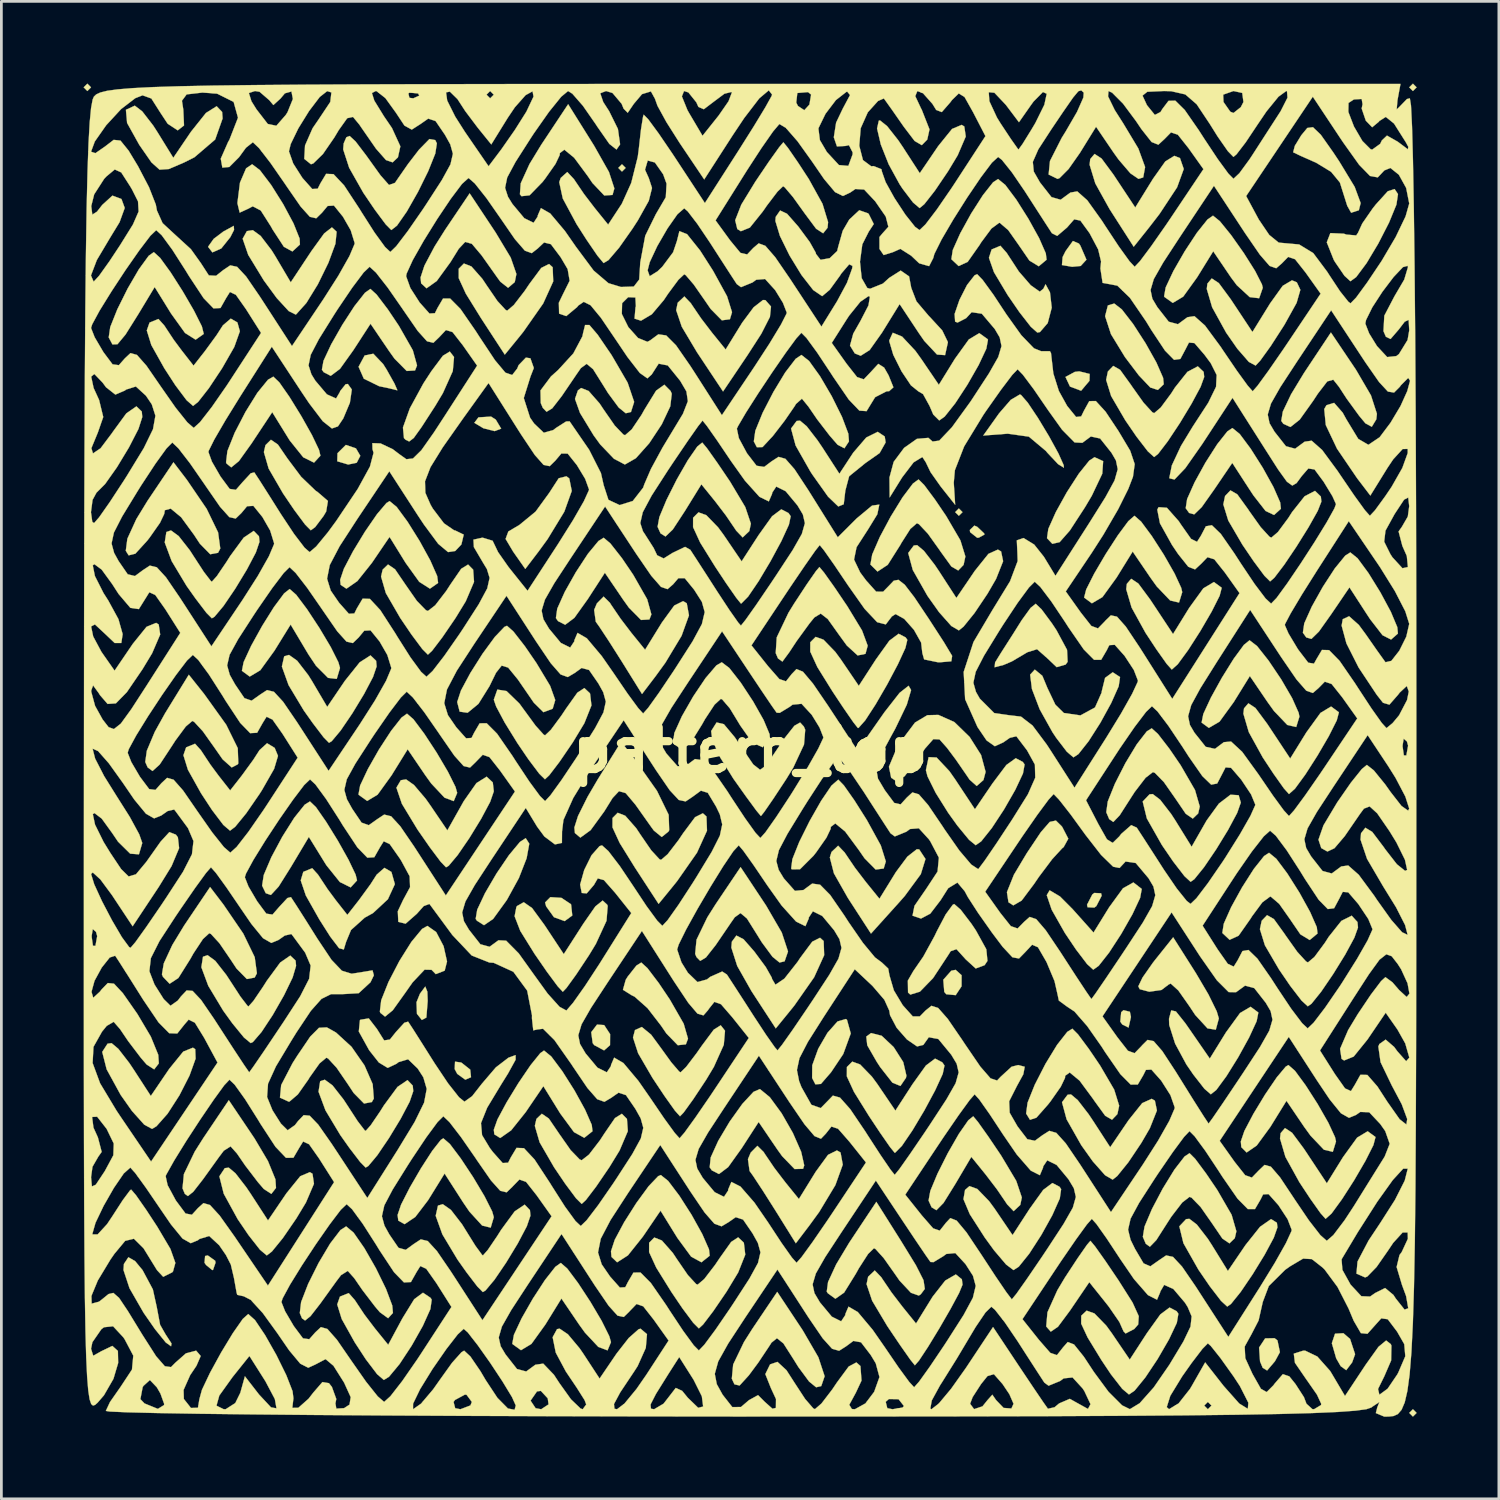
<source format=kicad_pcb>
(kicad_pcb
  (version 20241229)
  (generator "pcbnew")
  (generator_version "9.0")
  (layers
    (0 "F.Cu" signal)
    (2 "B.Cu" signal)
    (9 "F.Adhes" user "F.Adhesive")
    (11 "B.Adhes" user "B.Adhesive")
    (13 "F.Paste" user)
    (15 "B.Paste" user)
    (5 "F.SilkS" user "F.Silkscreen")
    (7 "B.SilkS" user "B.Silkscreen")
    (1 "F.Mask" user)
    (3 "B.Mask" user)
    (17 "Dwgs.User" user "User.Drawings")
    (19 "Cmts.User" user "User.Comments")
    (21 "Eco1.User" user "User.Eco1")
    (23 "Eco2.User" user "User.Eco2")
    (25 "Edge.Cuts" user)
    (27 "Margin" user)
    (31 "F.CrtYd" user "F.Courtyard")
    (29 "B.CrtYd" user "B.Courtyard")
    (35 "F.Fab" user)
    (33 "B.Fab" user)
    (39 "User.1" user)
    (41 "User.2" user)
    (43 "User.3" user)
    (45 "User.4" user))
  (footprint "pattern_top"
    (layer "F.Cu")
    (at 24.336 24.336)
    (property "Reference" "pattern_top" (at 0 0 0) (layer "F.SilkS") (effects (font (size 1.524 1.524) (thickness 0.3))))
    (attr through_hole)
    (fp_poly (pts (xy -24.063 -24.197) (xy -24.197 -24.063) (xy -24.331 -24.197) (xy -24.197 -24.331) (xy -24.063 -24.197)) (stroke (width 0.01) (type solid)) (fill yes) (layer "F.SilkS"))
    (fp_poly (pts (xy -4.545 -21.256) (xy -4.679 -21.122) (xy -4.813 -21.256) (xy -4.679 -21.389) (xy -4.545 -21.256)) (stroke (width 0.01) (type solid)) (fill yes) (layer "F.SilkS"))
    (fp_poly (pts (xy 7.754 -8.689) (xy 7.62 -8.556) (xy 7.486 -8.689) (xy 7.62 -8.823) (xy 7.754 -8.689)) (stroke (width 0.01) (type solid)) (fill yes) (layer "F.SilkS"))
    (fp_poly (pts (xy 24.331 -24.197) (xy 24.197 -24.063) (xy 24.063 -24.197) (xy 24.197 -24.331) (xy 24.331 -24.197)) (stroke (width 0.01) (type solid)) (fill yes) (layer "F.SilkS"))
    (fp_poly (pts (xy 24.331 24.197) (xy 24.197 24.331) (xy 24.063 24.197) (xy 24.197 24.063) (xy 24.331 24.197)) (stroke (width 0.01) (type solid)) (fill yes) (layer "F.SilkS"))
    (fp_poly (pts (xy -14.391 -11.017) (xy -14.232 -10.745) (xy -14.363 -10.492) (xy -14.675 -10.427) (xy -15.073 -10.546) (xy -15.065 -10.84) (xy -14.759 -11.143) (xy -14.391 -11.017)) (stroke (width 0.01) (type solid)) (fill yes) (layer "F.SilkS"))
    (fp_poly (pts (xy -10.547 11.405) (xy -10.219 11.664) (xy -10.19 11.942) (xy -10.399 12.032) (xy -10.693 11.819) (xy -10.786 11.644) (xy -10.774 11.373) (xy -10.547 11.405)) (stroke (width 0.01) (type solid)) (fill yes) (layer "F.SilkS"))
    (fp_poly (pts (xy -9.286 -12.066) (xy -9.089 -11.737) (xy -9.33 -11.647) (xy -9.741 -11.752) (xy -10.069 -11.95) (xy -9.918 -12.149) (xy -9.458 -12.177) (xy -9.286 -12.066)) (stroke (width 0.01) (type solid)) (fill yes) (layer "F.SilkS"))
    (fp_poly (pts (xy 13.864 9.552) (xy 13.903 9.743) (xy 13.815 10.129) (xy 13.584 10.014) (xy 13.514 9.911) (xy 13.547 9.568) (xy 13.631 9.494) (xy 13.864 9.552)) (stroke (width 0.01) (type solid)) (fill yes) (layer "F.SilkS"))
    (fp_poly (pts (xy -19.529 18.643) (xy -19.518 18.716) (xy -19.609 18.976) (xy -19.636 18.983) (xy -19.864 18.796) (xy -19.919 18.716) (xy -19.898 18.469) (xy -19.801 18.448) (xy -19.529 18.643)) (stroke (width 0.01) (type solid)) (fill yes) (layer "F.SilkS"))
    (fp_poly (pts (xy -11.784 8.82) (xy -11.772 9.157) (xy -11.82 9.762) (xy -11.985 9.851) (xy -12.164 9.627) (xy -12.18 9.204) (xy -12.054 8.892) (xy -11.86 8.631) (xy -11.784 8.82)) (stroke (width 0.01) (type solid)) (fill yes) (layer "F.SilkS"))
    (fp_poly (pts (xy -5.329 10.038) (xy -5.112 10.369) (xy -5.115 10.771) (xy -5.332 10.962) (xy -5.694 10.768) (xy -5.748 10.695) (xy -5.801 10.298) (xy -5.589 10.02) (xy -5.329 10.038)) (stroke (width 0.01) (type solid)) (fill yes) (layer "F.SilkS"))
    (fp_poly (pts (xy 7.72 8.218) (xy 7.719 8.621) (xy 7.505 8.945) (xy 7.161 8.912) (xy 7.088 8.828) (xy 7.052 8.383) (xy 7.343 8.054) (xy 7.502 8.021) (xy 7.72 8.218)) (stroke (width 0.01) (type solid)) (fill yes) (layer "F.SilkS"))
    (fp_poly (pts (xy 8.288 -8.155) (xy 8.543 -7.914) (xy 8.556 -7.872) (xy 8.349 -7.757) (xy 8.288 -7.754) (xy 8.031 -7.959) (xy 8.021 -8.037) (xy 8.185 -8.197) (xy 8.288 -8.155)) (stroke (width 0.01) (type solid)) (fill yes) (layer "F.SilkS"))
    (fp_poly (pts (xy 12.396 -13.734) (xy 12.389 -13.484) (xy 12.083 -13.121) (xy 11.683 -13.271) (xy 11.675 -13.279) (xy 11.513 -13.624) (xy 11.854 -13.809) (xy 12.016 -13.828) (xy 12.396 -13.734)) (stroke (width 0.01) (type solid)) (fill yes) (layer "F.SilkS"))
    (fp_poly (pts (xy 12.813 5.226) (xy 12.834 5.316) (xy 12.639 5.694) (xy 12.566 5.748) (xy 12.32 5.736) (xy 12.299 5.646) (xy 12.494 5.268) (xy 12.566 5.214) (xy 12.813 5.226)) (stroke (width 0.01) (type solid)) (fill yes) (layer "F.SilkS"))
    (fp_poly (pts (xy -18.841 -18.995) (xy -18.977 -18.728) (xy -19.308 -18.315) (xy -19.632 -18.172) (xy -19.785 -18.369) (xy -19.785 -18.384) (xy -19.585 -18.666) (xy -19.235 -18.931) (xy -18.852 -19.141) (xy -18.841 -18.995)) (stroke (width 0.01) (type solid)) (fill yes) (layer "F.SilkS"))
    (fp_poly (pts (xy 12.004 -18.494) (xy 12.056 -18.418) (xy 12.278 -17.905) (xy 12.068 -17.676) (xy 11.755 -17.646) (xy 11.384 -17.71) (xy 11.408 -18.001) (xy 11.516 -18.217) (xy 11.784 -18.588) (xy 12.004 -18.494)) (stroke (width 0.01) (type solid)) (fill yes) (layer "F.SilkS"))
    (fp_poly (pts (xy 19.252 21.551) (xy 19.341 21.978) (xy 19.161 22.31) (xy 18.874 22.649) (xy 18.713 22.55) (xy 18.616 22.318) (xy 18.581 21.811) (xy 18.802 21.476) (xy 19.147 21.469) (xy 19.252 21.551)) (stroke (width 0.01) (type solid)) (fill yes) (layer "F.SilkS"))
    (fp_poly (pts (xy 21.903 21.498) (xy 22.086 22.053) (xy 21.978 22.354) (xy 21.762 22.637) (xy 21.561 22.491) (xy 21.397 22.206) (xy 21.237 21.653) (xy 21.354 21.305) (xy 21.659 21.287) (xy 21.903 21.498)) (stroke (width 0.01) (type solid)) (fill yes) (layer "F.SilkS"))
    (fp_poly (pts (xy -6.891 5.393) (xy -6.549 5.619) (xy -6.536 5.638) (xy -6.493 6.037) (xy -6.772 6.242) (xy -7.161 6.1) (xy -7.165 6.096) (xy -7.447 5.703) (xy -7.486 5.561) (xy -7.293 5.367) (xy -6.891 5.393)) (stroke (width 0.01) (type solid)) (fill yes) (layer "F.SilkS"))
    (fp_poly (pts (xy -13.397 -14.094) (xy -13.271 -13.893) (xy -12.982 -13.378) (xy -12.879 -13.139) (xy -12.885 -13.137) (xy -13.181 -13.211) (xy -13.546 -13.287) (xy -14.103 -13.56) (xy -14.295 -13.995) (xy -14.073 -14.408) (xy -13.757 -14.472) (xy -13.397 -14.094)) (stroke (width 0.01) (type solid)) (fill yes) (layer "F.SilkS"))
    (fp_poly (pts (xy 3.536 9.846) (xy 3.674 10.343) (xy 3.4 11.094) (xy 2.953 11.762) (xy 2.585 12.186) (xy 2.383 12.202) (xy 2.263 11.97) (xy 2.268 11.505) (xy 2.486 10.903) (xy 2.825 10.318) (xy 3.192 9.905) (xy 3.496 9.816) (xy 3.536 9.846)) (stroke (width 0.01) (type solid)) (fill yes) (layer "F.SilkS"))
    (fp_poly (pts (xy 4.802 10.428) (xy 5.241 10.842) (xy 5.59 11.389) (xy 5.706 11.886) (xy 5.688 11.965) (xy 5.488 12.26) (xy 5.195 12.141) (xy 4.751 11.575) (xy 4.625 11.383) (xy 4.276 10.776) (xy 4.241 10.458) (xy 4.415 10.329) (xy 4.802 10.428)) (stroke (width 0.01) (type solid)) (fill yes) (layer "F.SilkS"))
    (fp_poly (pts (xy 12.888 -10.55) (xy 12.856 -10.092) (xy 12.473 -9.286) (xy 12.226 -8.869) (xy 11.674 -8.02) (xy 11.299 -7.593) (xy 11.033 -7.532) (xy 10.838 -7.739) (xy 10.887 -8.078) (xy 11.16 -8.69) (xy 11.562 -9.415) (xy 12 -10.094) (xy 12.381 -10.569) (xy 12.573 -10.695) (xy 12.888 -10.55)) (stroke (width 0.01) (type solid)) (fill yes) (layer "F.SilkS"))
    (fp_poly (pts (xy 13.571 -16.089) (xy 13.984 -15.555) (xy 14.436 -14.856) (xy 14.832 -14.151) (xy 15.077 -13.592) (xy 15.1 -13.358) (xy 14.886 -13.15) (xy 14.61 -13.239) (xy 14.193 -13.679) (xy 13.685 -14.349) (xy 13.173 -15.187) (xy 12.959 -15.844) (xy 13.061 -16.235) (xy 13.293 -16.305) (xy 13.571 -16.089)) (stroke (width 0.01) (type solid)) (fill yes) (layer "F.SilkS"))
    (fp_poly (pts (xy -22.453 18.655) (xy -22.181 18.985) (xy -21.805 19.689) (xy -21.663 20.333) (xy -21.541 20.98) (xy -21.34 21.332) (xy -21.125 21.661) (xy -21.141 21.764) (xy -21.335 21.624) (xy -21.725 21.142) (xy -22.144 20.54) (xy -22.658 19.645) (xy -22.878 18.98) (xy -22.862 18.759) (xy -22.699 18.514) (xy -22.453 18.655)) (stroke (width 0.01) (type solid)) (fill yes) (layer "F.SilkS"))
    (fp_poly (pts (xy -10.81 -14.352) (xy -10.855 -13.839) (xy -11.217 -13.034) (xy -11.496 -12.567) (xy -11.992 -11.8) (xy -12.281 -11.396) (xy -12.448 -11.268) (xy -12.576 -11.33) (xy -12.638 -11.391) (xy -12.675 -11.777) (xy -12.424 -12.478) (xy -11.93 -13.385) (xy -11.643 -13.827) (xy -11.217 -14.398) (xy -10.965 -14.552) (xy -10.81 -14.352)) (stroke (width 0.01) (type solid)) (fill yes) (layer "F.SilkS"))
    (fp_poly (pts (xy -8.063 3.416) (xy -8.16 3.947) (xy -8.442 4.669) (xy -8.869 5.448) (xy -8.9 5.496) (xy -9.383 6.163) (xy -9.716 6.391) (xy -9.976 6.226) (xy -10.02 6.16) (xy -9.964 5.826) (xy -9.679 5.222) (xy -9.26 4.505) (xy -8.802 3.83) (xy -8.403 3.351) (xy -8.193 3.213) (xy -8.063 3.416)) (stroke (width 0.01) (type solid)) (fill yes) (layer "F.SilkS"))
    (fp_poly (pts (xy -6.603 -9.919) (xy -6.512 -9.464) (xy -6.784 -8.705) (xy -7.394 -7.704) (xy -7.724 -7.251) (xy -8.209 -6.615) (xy -8.65 -7.244) (xy -8.928 -7.711) (xy -8.827 -7.983) (xy -8.425 -8.221) (xy -7.833 -8.707) (xy -7.336 -9.39) (xy -7.333 -9.395) (xy -6.988 -9.926) (xy -6.706 -9.997) (xy -6.603 -9.919)) (stroke (width 0.01) (type solid)) (fill yes) (layer "F.SilkS"))
    (fp_poly (pts (xy -17.241 -11.157) (xy -16.899 -10.657) (xy -16.39 -9.977) (xy -15.864 -9.472) (xy -15.789 -9.422) (xy -15.414 -9.097) (xy -15.478 -8.711) (xy -15.571 -8.553) (xy -15.88 -8.142) (xy -16.04 -8.026) (xy -16.246 -8.234) (xy -16.644 -8.769) (xy -17.053 -9.372) (xy -17.578 -10.279) (xy -17.752 -10.881) (xy -17.694 -11.134) (xy -17.495 -11.331) (xy -17.241 -11.157)) (stroke (width 0.01) (type solid)) (fill yes) (layer "F.SilkS"))
    (fp_poly (pts (xy -3.748 7.961) (xy -3.34 8.498) (xy -2.931 9.106) (xy -2.426 9.987) (xy -2.268 10.534) (xy -2.346 10.741) (xy -2.641 10.773) (xy -3.056 10.346) (xy -3.253 10.058) (xy -3.746 9.42) (xy -4.219 9) (xy -4.337 8.942) (xy -4.643 8.75) (xy -4.543 8.388) (xy -4.473 8.273) (xy -4.151 7.865) (xy -3.974 7.754) (xy -3.748 7.961)) (stroke (width 0.01) (type solid)) (fill yes) (layer "F.SilkS"))
    (fp_poly (pts (xy 9.888 -12.97) (xy 10.134 -12.687) (xy 10.506 -12.131) (xy 10.91 -11.461) (xy 11.255 -10.832) (xy 11.447 -10.404) (xy 11.454 -10.311) (xy 11.243 -10.441) (xy 10.849 -10.86) (xy 10.794 -10.926) (xy 10.175 -11.445) (xy 9.405 -11.553) (xy 9.368 -11.55) (xy 8.511 -11.485) (xy 9.089 -12.296) (xy 9.514 -12.787) (xy 9.841 -12.982) (xy 9.888 -12.97)) (stroke (width 0.01) (type solid)) (fill yes) (layer "F.SilkS"))
    (fp_poly (pts (xy 11.378 2.783) (xy 11.394 2.804) (xy 11.616 3.233) (xy 11.448 3.537) (xy 11.391 3.585) (xy 11.027 3.981) (xy 10.543 4.626) (xy 10.366 4.886) (xy 9.912 5.492) (xy 9.607 5.668) (xy 9.432 5.554) (xy 9.375 5.185) (xy 9.63 4.549) (xy 10.099 3.764) (xy 10.613 2.996) (xy 10.938 2.621) (xy 11.164 2.571) (xy 11.378 2.783)) (stroke (width 0.01) (type solid)) (fill yes) (layer "F.SilkS"))
    (fp_poly (pts (xy 9.364 -18.157) (xy 9.808 -17.476) (xy 10.244 -16.972) (xy 10.574 -16.738) (xy 10.705 -16.844) (xy 10.786 -17.008) (xy 10.947 -16.711) (xy 11.011 -16.152) (xy 10.864 -15.591) (xy 10.58 -15.263) (xy 10.485 -15.245) (xy 10.249 -15.454) (xy 9.829 -15.992) (xy 9.402 -16.613) (xy 8.902 -17.449) (xy 8.718 -17.974) (xy 8.817 -18.279) (xy 9.137 -18.413) (xy 9.364 -18.157)) (stroke (width 0.01) (type solid)) (fill yes) (layer "F.SilkS"))
    (fp_poly (pts (xy 12.832 -21.597) (xy 13.26 -21.018) (xy 13.325 -20.92) (xy 14.06 -19.81) (xy 14.705 -20.854) (xy 15.157 -21.492) (xy 15.487 -21.697) (xy 15.693 -21.613) (xy 15.831 -21.216) (xy 15.587 -20.546) (xy 14.947 -19.576) (xy 14.562 -19.077) (xy 14.004 -18.378) (xy 13.123 -19.751) (xy 12.601 -20.691) (xy 12.394 -21.37) (xy 12.416 -21.577) (xy 12.575 -21.766) (xy 12.832 -21.597)) (stroke (width 0.01) (type solid)) (fill yes) (layer "F.SilkS"))
    (fp_poly (pts (xy 20.833 -22.468) (xy 21.284 -21.829) (xy 21.506 -21.495) (xy 22.071 -20.563) (xy 22.289 -19.973) (xy 22.223 -19.71) (xy 21.942 -19.619) (xy 21.799 -19.874) (xy 21.597 -20.512) (xy 21.531 -20.723) (xy 21.21 -21.113) (xy 20.662 -21.446) (xy 20.107 -21.691) (xy 19.825 -21.827) (xy 19.886 -22.062) (xy 20.119 -22.444) (xy 20.341 -22.714) (xy 20.548 -22.742) (xy 20.833 -22.468)) (stroke (width 0.01) (type solid)) (fill yes) (layer "F.SilkS"))
    (fp_poly (pts (xy -17.898 -21.175) (xy -17.489 -20.637) (xy -17.048 -19.935) (xy -16.669 -19.227) (xy -16.447 -18.674) (xy -16.437 -18.458) (xy -16.711 -18.206) (xy -17.022 -18.375) (xy -17.433 -19.005) (xy -17.493 -19.115) (xy -17.866 -19.701) (xy -18.159 -19.853) (xy -18.356 -19.751) (xy -18.636 -19.623) (xy -18.716 -19.957) (xy -18.716 -19.998) (xy -18.625 -20.718) (xy -18.401 -21.241) (xy -18.18 -21.389) (xy -17.898 -21.175)) (stroke (width 0.01) (type solid)) (fill yes) (layer "F.SilkS"))
    (fp_poly (pts (xy -11.461 6.643) (xy -11.191 7.157) (xy -11.066 7.715) (xy -11.151 8.05) (xy -11.477 8.178) (xy -11.631 8.02) (xy -11.885 8.015) (xy -12.324 8.48) (xy -12.585 8.852) (xy -13.048 9.499) (xy -13.329 9.729) (xy -13.498 9.594) (xy -13.518 9.545) (xy -13.469 9.131) (xy -13.202 8.462) (xy -12.805 7.698) (xy -12.367 7) (xy -11.977 6.528) (xy -11.782 6.417) (xy -11.461 6.643)) (stroke (width 0.01) (type solid)) (fill yes) (layer "F.SilkS"))
    (fp_poly (pts (xy -2.162 -16.314) (xy -2.145 -16.285) (xy -1.789 -15.761) (xy -1.394 -15.244) (xy -0.894 -14.627) (xy -0.291 -15.604) (xy 0.127 -16.166) (xy 0.469 -16.433) (xy 0.558 -16.429) (xy 0.762 -16.195) (xy 0.723 -15.818) (xy 0.409 -15.202) (xy -0.093 -14.424) (xy -0.989 -13.094) (xy -1.94 -14.526) (xy -2.495 -15.456) (xy -2.7 -16.062) (xy -2.644 -16.334) (xy -2.401 -16.564) (xy -2.162 -16.314)) (stroke (width 0.01) (type solid)) (fill yes) (layer "F.SilkS"))
    (fp_poly (pts (xy 3.454 3.74) (xy 3.47 3.767) (xy 3.826 4.292) (xy 4.221 4.809) (xy 4.721 5.426) (xy 5.324 4.449) (xy 5.742 3.887) (xy 6.084 3.619) (xy 6.172 3.624) (xy 6.402 3.974) (xy 6.231 4.528) (xy 5.641 5.33) (xy 5.414 5.587) (xy 4.412 6.698) (xy 3.568 5.396) (xy 3.059 4.499) (xy 2.91 3.919) (xy 2.971 3.718) (xy 3.213 3.489) (xy 3.454 3.74)) (stroke (width 0.01) (type solid)) (fill yes) (layer "F.SilkS"))
    (fp_poly (pts (xy 10.64 -5.139) (xy 11.019 -4.628) (xy 11.185 -4.377) (xy 11.57 -3.661) (xy 11.591 -3.224) (xy 11.521 -3.125) (xy 11.191 -3.029) (xy 10.858 -3.346) (xy 10.475 -3.685) (xy 10.122 -3.574) (xy 9.553 -3.238) (xy 9.257 -3.112) (xy 8.925 -3.025) (xy 8.944 -3.204) (xy 9.15 -3.538) (xy 9.613 -4.263) (xy 9.916 -4.746) (xy 10.238 -5.192) (xy 10.425 -5.344) (xy 10.64 -5.139)) (stroke (width 0.01) (type solid)) (fill yes) (layer "F.SilkS"))
    (fp_poly (pts (xy 16.278 8.148) (xy 16.731 8.917) (xy 17.034 9.534) (xy 17.112 9.796) (xy 17 10.206) (xy 16.698 10.158) (xy 16.25 9.67) (xy 16.029 9.337) (xy 15.633 8.774) (xy 15.355 8.523) (xy 15.286 8.552) (xy 15.017 8.756) (xy 14.572 8.82) (xy 14.224 8.728) (xy 14.172 8.623) (xy 14.326 8.302) (xy 14.704 7.762) (xy 14.809 7.628) (xy 15.444 6.833) (xy 16.278 8.148)) (stroke (width 0.01) (type solid)) (fill yes) (layer "F.SilkS"))
    (fp_poly (pts (xy -22.194 -23.321) (xy -21.793 -22.803) (xy -21.647 -22.577) (xy -21.059 -21.625) (xy -20.413 -22.577) (xy -19.867 -23.262) (xy -19.476 -23.508) (xy -19.277 -23.299) (xy -19.259 -23.061) (xy -19.531 -22.292) (xy -20.288 -21.644) (xy -20.667 -21.453) (xy -21.224 -21.215) (xy -21.561 -21.192) (xy -21.855 -21.455) (xy -22.284 -22.073) (xy -22.304 -22.103) (xy -22.746 -22.897) (xy -22.789 -23.378) (xy -22.465 -23.528) (xy -22.194 -23.321)) (stroke (width 0.01) (type solid)) (fill yes) (layer "F.SilkS"))
    (fp_poly (pts (xy -9.29 -18.895) (xy -8.741 -17.981) (xy -8.533 -17.383) (xy -8.593 -17.087) (xy -8.837 -16.879) (xy -9.12 -17.103) (xy -9.224 -17.245) (xy -9.801 -18.06) (xy -10.159 -18.485) (xy -10.403 -18.554) (xy -10.638 -18.303) (xy -10.94 -17.816) (xy -11.442 -17.126) (xy -11.814 -16.861) (xy -12.011 -17.042) (xy -12.032 -17.256) (xy -11.89 -17.689) (xy -11.522 -18.384) (xy -11.136 -18.997) (xy -10.24 -20.327) (xy -9.29 -18.895)) (stroke (width 0.01) (type solid)) (fill yes) (layer "F.SilkS"))
    (fp_poly (pts (xy 14.297 5.068) (xy 14.298 5.069) (xy 14.238 5.393) (xy 13.957 5.992) (xy 13.549 6.709) (xy 13.107 7.389) (xy 12.726 7.873) (xy 12.527 8.016) (xy 12.303 7.812) (xy 11.896 7.277) (xy 11.49 6.674) (xy 11.01 5.828) (xy 10.829 5.295) (xy 10.934 5.118) (xy 11.311 5.341) (xy 11.772 5.804) (xy 12.537 6.66) (xy 13.108 5.736) (xy 13.613 5.043) (xy 13.993 4.83) (xy 14.297 5.068)) (stroke (width 0.01) (type solid)) (fill yes) (layer "F.SilkS"))
    (fp_poly (pts (xy -23.067 10.904) (xy -22.669 11.417) (xy -22.504 11.664) (xy -21.88 12.626) (xy -21.206 11.634) (xy -20.696 11.006) (xy -20.342 10.863) (xy -20.258 10.917) (xy -20.245 11.264) (xy -20.466 11.878) (xy -20.835 12.601) (xy -21.266 13.271) (xy -21.672 13.73) (xy -21.834 13.828) (xy -22.12 13.673) (xy -22.568 13.173) (xy -22.981 12.587) (xy -23.492 11.654) (xy -23.654 11.018) (xy -23.459 10.717) (xy -23.312 10.698) (xy -23.067 10.904)) (stroke (width 0.01) (type solid)) (fill yes) (layer "F.SilkS"))
    (fp_poly (pts (xy -21.54 -17.971) (xy -21.156 -17.443) (xy -20.713 -16.748) (xy -20.302 -16.04) (xy -20.016 -15.47) (xy -19.947 -15.195) (xy -20.244 -14.985) (xy -20.632 -15.231) (xy -21.141 -15.94) (xy -21.739 -16.907) (xy -22.324 -15.937) (xy -22.803 -15.173) (xy -23.098 -14.818) (xy -23.281 -14.812) (xy -23.417 -15.067) (xy -23.361 -15.447) (xy -23.102 -16.095) (xy -22.725 -16.852) (xy -22.315 -17.556) (xy -21.957 -18.048) (xy -21.77 -18.181) (xy -21.54 -17.971)) (stroke (width 0.01) (type solid)) (fill yes) (layer "F.SilkS"))
    (fp_poly (pts (xy -18.789 15.449) (xy -18.392 15.963) (xy -18.226 16.209) (xy -17.602 17.171) (xy -16.929 16.179) (xy -16.424 15.555) (xy -16.073 15.407) (xy -15.977 15.466) (xy -15.924 15.832) (xy -16.217 16.516) (xy -16.567 17.096) (xy -17.06 17.814) (xy -17.459 18.304) (xy -17.646 18.448) (xy -17.893 18.241) (xy -18.315 17.703) (xy -18.71 17.121) (xy -19.218 16.194) (xy -19.377 15.56) (xy -19.179 15.261) (xy -19.034 15.243) (xy -18.789 15.449)) (stroke (width 0.01) (type solid)) (fill yes) (layer "F.SilkS"))
    (fp_poly (pts (xy -18.093 14.177) (xy -17.603 15.003) (xy -17.331 15.669) (xy -17.31 15.982) (xy -17.479 16.201) (xy -17.755 16.022) (xy -17.969 15.773) (xy -18.431 15.169) (xy -18.733 14.729) (xy -18.967 14.466) (xy -19.215 14.623) (xy -19.379 14.839) (xy -19.973 15.665) (xy -20.33 16.123) (xy -20.526 16.28) (xy -20.637 16.201) (xy -20.723 15.996) (xy -20.672 15.478) (xy -20.276 14.657) (xy -19.965 14.165) (xy -19.033 12.781) (xy -18.093 14.177)) (stroke (width 0.01) (type solid)) (fill yes) (layer "F.SilkS"))
    (fp_poly (pts (xy -16.573 -5.673) (xy -16.178 -5.147) (xy -15.725 -4.459) (xy -15.31 -3.762) (xy -15.033 -3.21) (xy -14.973 -3) (xy -15.093 -2.601) (xy -15.409 -2.638) (xy -15.849 -3.08) (xy -16.124 -3.491) (xy -16.776 -4.585) (xy -17.367 -3.629) (xy -17.883 -2.916) (xy -18.269 -2.686) (xy -18.554 -2.895) (xy -18.492 -3.212) (xy -18.216 -3.81) (xy -17.816 -4.533) (xy -17.385 -5.222) (xy -17.013 -5.723) (xy -16.811 -5.882) (xy -16.573 -5.673)) (stroke (width 0.01) (type solid)) (fill yes) (layer "F.SilkS"))
    (fp_poly (pts (xy -13.64 -16.635) (xy -13.232 -16.099) (xy -12.824 -15.492) (xy -12.314 -14.597) (xy -12.161 -14.046) (xy -12.234 -13.861) (xy -12.538 -13.843) (xy -12.983 -14.292) (xy -13.185 -14.575) (xy -13.859 -15.567) (xy -14.483 -14.605) (xy -14.975 -13.918) (xy -15.312 -13.665) (xy -15.57 -13.799) (xy -15.634 -13.892) (xy -15.575 -14.216) (xy -15.294 -14.815) (xy -14.886 -15.532) (xy -14.444 -16.212) (xy -14.062 -16.697) (xy -13.864 -16.839) (xy -13.64 -16.635)) (stroke (width 0.01) (type solid)) (fill yes) (layer "F.SilkS"))
    (fp_poly (pts (xy -12.903 -8.877) (xy -12.508 -8.34) (xy -12.068 -7.637) (xy -11.676 -6.923) (xy -11.425 -6.355) (xy -11.392 -6.104) (xy -11.69 -5.895) (xy -12.081 -6.145) (xy -12.576 -6.834) (xy -13.164 -7.785) (xy -13.811 -6.834) (xy -14.34 -6.171) (xy -14.739 -5.894) (xy -14.949 -6.034) (xy -14.968 -6.216) (xy -14.832 -6.621) (xy -14.497 -7.26) (xy -14.061 -7.977) (xy -13.621 -8.616) (xy -13.276 -9.023) (xy -13.161 -9.091) (xy -12.903 -8.877)) (stroke (width 0.01) (type solid)) (fill yes) (layer "F.SilkS"))
    (fp_poly (pts (xy -5.695 -22.064) (xy -5.154 -21.107) (xy -4.957 -20.507) (xy -5.024 -20.269) (xy -5.325 -20.249) (xy -5.755 -20.702) (xy -5.926 -20.954) (xy -6.425 -21.628) (xy -6.784 -21.922) (xy -6.948 -21.796) (xy -6.953 -21.724) (xy -7.106 -21.402) (xy -7.484 -20.864) (xy -7.578 -20.743) (xy -8.052 -20.256) (xy -8.347 -20.223) (xy -8.405 -20.293) (xy -8.375 -20.693) (xy -8.054 -21.399) (xy -7.626 -22.101) (xy -6.644 -23.581) (xy -5.695 -22.064)) (stroke (width 0.01) (type solid)) (fill yes) (layer "F.SilkS"))
    (fp_poly (pts (xy -5.118 -5.377) (xy -5.086 -5.323) (xy -4.73 -4.799) (xy -4.335 -4.281) (xy -3.835 -3.665) (xy -3.221 -4.659) (xy -2.771 -5.278) (xy -2.447 -5.439) (xy -2.314 -5.362) (xy -2.233 -4.92) (xy -2.503 -4.173) (xy -3.093 -3.193) (xy -3.454 -2.696) (xy -3.947 -2.049) (xy -4.682 -3.23) (xy -5.145 -3.96) (xy -5.512 -4.516) (xy -5.635 -4.688) (xy -5.695 -5.119) (xy -5.595 -5.356) (xy -5.349 -5.606) (xy -5.118 -5.377)) (stroke (width 0.01) (type solid)) (fill yes) (layer "F.SilkS"))
    (fp_poly (pts (xy -5.102 -7.546) (xy -4.679 -7.007) (xy -4.268 -6.401) (xy -3.758 -5.507) (xy -3.605 -4.955) (xy -3.678 -4.771) (xy -3.982 -4.752) (xy -4.427 -5.202) (xy -4.63 -5.485) (xy -5.303 -6.476) (xy -5.927 -5.514) (xy -6.417 -4.829) (xy -6.753 -4.577) (xy -7.013 -4.71) (xy -7.091 -4.822) (xy -7.042 -5.164) (xy -6.768 -5.776) (xy -6.362 -6.497) (xy -5.92 -7.171) (xy -5.536 -7.636) (xy -5.347 -7.754) (xy -5.102 -7.546)) (stroke (width 0.01) (type solid)) (fill yes) (layer "F.SilkS"))
    (fp_poly (pts (xy -4.226 0.316) (xy -3.401 1.486) (xy -2.974 2.361) (xy -2.955 2.924) (xy -2.982 2.973) (xy -3.227 3.171) (xy -3.516 2.935) (xy -3.61 2.807) (xy -4.186 1.993) (xy -4.544 1.568) (xy -4.788 1.499) (xy -5.023 1.749) (xy -5.325 2.237) (xy -5.824 2.922) (xy -6.198 3.194) (xy -6.397 3.027) (xy -6.417 2.825) (xy -6.283 2.404) (xy -5.936 1.707) (xy -5.563 1.069) (xy -4.709 -0.305) (xy -4.226 0.316)) (stroke (width 0.01) (type solid)) (fill yes) (layer "F.SilkS"))
    (fp_poly (pts (xy 0.497 14.676) (xy 0.529 14.729) (xy 0.885 15.254) (xy 1.28 15.771) (xy 1.78 16.388) (xy 2.394 15.393) (xy 2.844 14.775) (xy 3.168 14.614) (xy 3.301 14.69) (xy 3.382 15.133) (xy 3.112 15.88) (xy 2.522 16.86) (xy 2.16 17.357) (xy 1.668 18.004) (xy 0.932 16.822) (xy 0.47 16.093) (xy 0.103 15.536) (xy -0.02 15.365) (xy -0.08 14.934) (xy 0.02 14.696) (xy 0.265 14.446) (xy 0.497 14.676)) (stroke (width 0.01) (type solid)) (fill yes) (layer "F.SilkS"))
    (fp_poly (pts (xy 0.585 5.678) (xy 1.155 6.66) (xy 1.383 7.351) (xy 1.259 7.71) (xy 1.074 7.754) (xy 0.816 7.544) (xy 0.427 7.017) (xy 0.262 6.751) (xy -0.117 6.146) (xy -0.352 5.949) (xy -0.562 6.102) (xy -0.689 6.283) (xy -1.26 7.121) (xy -1.614 7.57) (xy -1.823 7.694) (xy -1.958 7.555) (xy -2.007 7.44) (xy -1.957 6.921) (xy -1.562 6.103) (xy -1.264 5.632) (xy -0.348 4.271) (xy 0.585 5.678)) (stroke (width 0.01) (type solid)) (fill yes) (layer "F.SilkS"))
    (fp_poly (pts (xy 0.72 12.672) (xy 1.15 13.259) (xy 1.56 13.976) (xy 1.863 14.663) (xy 1.975 15.16) (xy 1.933 15.285) (xy 1.624 15.294) (xy 1.166 14.821) (xy 0.985 14.568) (xy 0.311 13.576) (xy -0.312 14.539) (xy -0.803 15.224) (xy -1.138 15.476) (xy -1.399 15.342) (xy -1.476 15.23) (xy -1.44 14.871) (xy -1.165 14.265) (xy -0.748 13.564) (xy -0.286 12.917) (xy 0.124 12.475) (xy 0.358 12.374) (xy 0.72 12.672)) (stroke (width 0.01) (type solid)) (fill yes) (layer "F.SilkS"))
    (fp_poly (pts (xy 1.922 21.185) (xy 2.492 22.167) (xy 2.72 22.858) (xy 2.596 23.218) (xy 2.41 23.261) (xy 2.153 23.052) (xy 1.763 22.525) (xy 1.597 22.258) (xy 1.215 21.659) (xy 0.979 21.47) (xy 0.78 21.631) (xy 0.701 21.755) (xy 0.295 22.364) (xy -0.047 22.825) (xy -0.386 23.197) (xy -0.573 23.153) (xy -0.669 22.947) (xy -0.619 22.428) (xy -0.223 21.606) (xy 0.073 21.139) (xy 0.989 19.778) (xy 1.922 21.185)) (stroke (width 0.01) (type solid)) (fill yes) (layer "F.SilkS"))
    (fp_poly (pts (xy 6.344 -7.277) (xy 6.741 -6.764) (xy 6.907 -6.517) (xy 7.53 -5.555) (xy 8.204 -6.547) (xy 8.7 -7.166) (xy 9.046 -7.322) (xy 9.162 -7.254) (xy 9.236 -6.897) (xy 8.978 -6.249) (xy 8.667 -5.712) (xy 8.19 -5.002) (xy 7.791 -4.509) (xy 7.62 -4.371) (xy 7.344 -4.533) (xy 6.898 -5.036) (xy 6.475 -5.631) (xy 5.939 -6.575) (xy 5.771 -7.196) (xy 5.976 -7.471) (xy 6.098 -7.483) (xy 6.344 -7.277)) (stroke (width 0.01) (type solid)) (fill yes) (layer "F.SilkS"))
    (fp_poly (pts (xy 11.959 12.776) (xy 12.356 13.289) (xy 12.521 13.535) (xy 13.145 14.497) (xy 13.819 13.506) (xy 14.314 12.887) (xy 14.66 12.73) (xy 14.777 12.798) (xy 14.851 13.156) (xy 14.593 13.804) (xy 14.282 14.34) (xy 13.805 15.051) (xy 13.406 15.544) (xy 13.235 15.681) (xy 12.959 15.52) (xy 12.513 15.017) (xy 12.089 14.422) (xy 11.554 13.478) (xy 11.386 12.856) (xy 11.591 12.581) (xy 11.713 12.57) (xy 11.959 12.776)) (stroke (width 0.01) (type solid)) (fill yes) (layer "F.SilkS"))
    (fp_poly (pts (xy 14.171 -6.084) (xy 14.601 -5.504) (xy 14.683 -5.381) (xy 15.439 -4.238) (xy 16.03 -5.194) (xy 16.546 -5.907) (xy 16.932 -6.137) (xy 17.217 -5.927) (xy 17.14 -5.634) (xy 16.849 -5.057) (xy 16.435 -4.346) (xy 15.992 -3.655) (xy 15.612 -3.136) (xy 15.394 -2.941) (xy 15.21 -3.147) (xy 14.831 -3.681) (xy 14.437 -4.279) (xy 13.927 -5.204) (xy 13.73 -5.875) (xy 13.753 -6.07) (xy 13.912 -6.255) (xy 14.171 -6.084)) (stroke (width 0.01) (type solid)) (fill yes) (layer "F.SilkS"))
    (fp_poly (pts (xy 14.273 -8.345) (xy 14.663 -7.819) (xy 15.104 -7.134) (xy 15.495 -6.449) (xy 15.739 -5.923) (xy 15.775 -5.767) (xy 15.658 -5.388) (xy 15.334 -5.464) (xy 14.845 -5.976) (xy 14.613 -6.299) (xy 13.966 -7.25) (xy 13.378 -6.299) (xy 12.863 -5.588) (xy 12.477 -5.36) (xy 12.193 -5.57) (xy 12.269 -5.865) (xy 12.562 -6.445) (xy 12.979 -7.155) (xy 13.426 -7.845) (xy 13.809 -8.362) (xy 14.031 -8.556) (xy 14.273 -8.345)) (stroke (width 0.01) (type solid)) (fill yes) (layer "F.SilkS"))
    (fp_poly (pts (xy 18.448 -1.539) (xy 18.879 -0.959) (xy 18.961 -0.835) (xy 19.717 0.307) (xy 20.308 -0.649) (xy 20.824 -1.361) (xy 21.21 -1.592) (xy 21.495 -1.382) (xy 21.418 -1.089) (xy 21.127 -0.511) (xy 20.713 0.199) (xy 20.27 0.89) (xy 19.89 1.409) (xy 19.672 1.604) (xy 19.488 1.398) (xy 19.109 0.864) (xy 18.715 0.267) (xy 18.205 -0.659) (xy 18.008 -1.33) (xy 18.031 -1.524) (xy 18.19 -1.71) (xy 18.448 -1.539)) (stroke (width 0.01) (type solid)) (fill yes) (layer "F.SilkS"))
    (fp_poly (pts (xy 18.507 -3.8) (xy 18.925 -3.272) (xy 19.387 -2.586) (xy 19.788 -1.897) (xy 20.026 -1.363) (xy 20.053 -1.222) (xy 19.936 -0.843) (xy 19.612 -0.919) (xy 19.123 -1.431) (xy 18.891 -1.754) (xy 18.244 -2.705) (xy 17.656 -1.754) (xy 17.136 -1.039) (xy 16.747 -0.812) (xy 16.482 -1.006) (xy 16.545 -1.32) (xy 16.822 -1.917) (xy 17.222 -2.641) (xy 17.653 -3.334) (xy 18.026 -3.842) (xy 18.233 -4.011) (xy 18.507 -3.8)) (stroke (width 0.01) (type solid)) (fill yes) (layer "F.SilkS"))
    (fp_poly (pts (xy 18.554 9.579) (xy 18.492 9.895) (xy 18.216 10.492) (xy 17.818 11.214) (xy 17.388 11.905) (xy 17.019 12.406) (xy 16.819 12.566) (xy 16.585 12.363) (xy 16.18 11.845) (xy 15.928 11.478) (xy 15.516 10.715) (xy 15.3 10.034) (xy 15.292 9.807) (xy 15.374 9.502) (xy 15.544 9.539) (xy 15.885 9.966) (xy 16.078 10.243) (xy 16.781 11.261) (xy 17.369 10.309) (xy 17.885 9.598) (xy 18.271 9.37) (xy 18.554 9.579)) (stroke (width 0.01) (type solid)) (fill yes) (layer "F.SilkS"))
    (fp_poly (pts (xy 19.785 13.968) (xy 20.216 14.549) (xy 20.298 14.672) (xy 21.054 15.814) (xy 21.645 14.859) (xy 22.161 14.146) (xy 22.546 13.915) (xy 22.832 14.125) (xy 22.755 14.418) (xy 22.463 14.996) (xy 22.049 15.707) (xy 21.606 16.397) (xy 21.227 16.916) (xy 21.009 17.112) (xy 20.825 16.906) (xy 20.446 16.371) (xy 20.052 15.774) (xy 19.542 14.849) (xy 19.345 14.178) (xy 19.368 13.983) (xy 19.527 13.798) (xy 19.785 13.968)) (stroke (width 0.01) (type solid)) (fill yes) (layer "F.SilkS"))
    (fp_poly (pts (xy 22.119 -13.886) (xy 22.666 -12.95) (xy 22.883 -12.279) (xy 22.861 -12.078) (xy 22.696 -11.805) (xy 22.463 -11.931) (xy 22.239 -12.2) (xy 21.777 -12.834) (xy 21.498 -13.263) (xy 21.29 -13.524) (xy 21.071 -13.462) (xy 20.729 -13.018) (xy 20.562 -12.763) (xy 20.064 -12.065) (xy 19.725 -11.797) (xy 19.468 -11.912) (xy 19.391 -12.021) (xy 19.447 -12.358) (xy 19.749 -12.991) (xy 20.217 -13.763) (xy 21.203 -15.247) (xy 22.119 -13.886)) (stroke (width 0.01) (type solid)) (fill yes) (layer "F.SilkS"))
    (fp_poly (pts (xy 23.652 -20.3) (xy 23.595 -19.916) (xy 23.327 -19.263) (xy 22.935 -18.498) (xy 22.506 -17.781) (xy 22.126 -17.271) (xy 21.915 -17.118) (xy 21.697 -17.319) (xy 21.355 -17.819) (xy 21.309 -17.895) (xy 21.052 -18.539) (xy 21.183 -18.876) (xy 21.677 -18.854) (xy 21.766 -18.822) (xy 22.127 -18.791) (xy 22.193 -18.888) (xy 22.348 -19.227) (xy 22.73 -19.779) (xy 22.841 -19.919) (xy 23.28 -20.404) (xy 23.529 -20.484) (xy 23.652 -20.3)) (stroke (width 0.01) (type solid)) (fill yes) (layer "F.SilkS"))
    (fp_poly (pts (xy -20.563 -9.867) (xy -19.84 -8.807) (xy -19.424 -7.948) (xy -19.344 -7.36) (xy -19.426 -7.204) (xy -19.71 -7.151) (xy -20.088 -7.535) (xy -20.308 -7.868) (xy -20.772 -8.502) (xy -21.153 -8.818) (xy -21.369 -8.759) (xy -21.391 -8.623) (xy -21.544 -8.301) (xy -21.921 -7.763) (xy -22.014 -7.644) (xy -22.445 -7.172) (xy -22.689 -7.111) (xy -22.794 -7.278) (xy -22.736 -7.718) (xy -22.408 -8.435) (xy -22.002 -9.099) (xy -21.053 -10.509) (xy -20.563 -9.867)) (stroke (width 0.01) (type solid)) (fill yes) (layer "F.SilkS"))
    (fp_poly (pts (xy -19.932 -2.049) (xy -19.127 -0.927) (xy -18.706 -0.073) (xy -18.686 0.482) (xy -18.706 0.518) (xy -18.927 0.633) (xy -19.259 0.335) (xy -19.557 -0.092) (xy -19.979 -0.686) (xy -20.296 -1.031) (xy -20.365 -1.066) (xy -20.604 -0.862) (xy -20.984 -0.349) (xy -21.122 -0.134) (xy -21.555 0.524) (xy -21.817 0.762) (xy -21.995 0.631) (xy -22.083 0.432) (xy -22.026 0.023) (xy -21.736 -0.666) (xy -21.359 -1.345) (xy -20.493 -2.753) (xy -19.932 -2.049)) (stroke (width 0.01) (type solid)) (fill yes) (layer "F.SilkS"))
    (fp_poly (pts (xy -19.226 5.641) (xy -18.503 6.7) (xy -18.087 7.559) (xy -18.007 8.147) (xy -18.089 8.303) (xy -18.373 8.357) (xy -18.752 7.972) (xy -18.971 7.64) (xy -19.376 7.048) (xy -19.684 6.713) (xy -19.746 6.684) (xy -19.978 6.897) (xy -20.327 7.426) (xy -20.435 7.62) (xy -20.874 8.319) (xy -21.194 8.53) (xy -21.437 8.275) (xy -21.474 8.187) (xy -21.407 7.787) (xy -21.094 7.112) (xy -20.666 6.408) (xy -19.716 4.998) (xy -19.226 5.641)) (stroke (width 0.01) (type solid)) (fill yes) (layer "F.SilkS"))
    (fp_poly (pts (xy -18.719 -15.614) (xy -18.629 -15.292) (xy -18.833 -14.719) (xy -19.277 -13.943) (xy -19.76 -13.215) (xy -20.151 -12.716) (xy -20.337 -12.566) (xy -20.575 -12.776) (xy -20.984 -13.321) (xy -21.385 -13.938) (xy -21.862 -14.79) (xy -22.027 -15.322) (xy -21.926 -15.609) (xy -21.603 -15.741) (xy -21.391 -15.507) (xy -21.042 -14.979) (xy -20.739 -14.572) (xy -20.32 -14.037) (xy -19.901 -14.572) (xy -19.477 -15.153) (xy -19.249 -15.507) (xy -18.961 -15.754) (xy -18.719 -15.614)) (stroke (width 0.01) (type solid)) (fill yes) (layer "F.SilkS"))
    (fp_poly (pts (xy -17.187 -13.424) (xy -16.817 -12.894) (xy -16.39 -12.202) (xy -15.999 -11.506) (xy -15.74 -10.964) (xy -15.688 -10.75) (xy -15.921 -10.496) (xy -16.315 -10.691) (xy -16.804 -11.3) (xy -16.849 -11.37) (xy -17.447 -12.338) (xy -18.203 -11.196) (xy -18.665 -10.551) (xy -18.944 -10.323) (xy -19.113 -10.46) (xy -19.133 -10.507) (xy -19.084 -10.919) (xy -18.818 -11.586) (xy -18.423 -12.349) (xy -17.989 -13.048) (xy -17.602 -13.523) (xy -17.407 -13.636) (xy -17.187 -13.424)) (stroke (width 0.01) (type solid)) (fill yes) (layer "F.SilkS"))
    (fp_poly (pts (xy -16.538 -3.265) (xy -16.132 -2.74) (xy -15.999 -2.528) (xy -15.44 -1.579) (xy -14.796 -2.528) (xy -14.253 -3.207) (xy -13.859 -3.459) (xy -13.655 -3.262) (xy -13.636 -3.056) (xy -13.767 -2.672) (xy -14.095 -2.049) (xy -14.522 -1.345) (xy -14.948 -0.718) (xy -15.276 -0.326) (xy -15.374 -0.267) (xy -15.572 -0.468) (xy -15.966 -0.985) (xy -16.297 -1.452) (xy -16.851 -2.374) (xy -17.095 -3.053) (xy -17.01 -3.425) (xy -16.835 -3.476) (xy -16.538 -3.265)) (stroke (width 0.01) (type solid)) (fill yes) (layer "F.SilkS"))
    (fp_poly (pts (xy -15.85 2.083) (xy -15.48 2.614) (xy -15.053 3.305) (xy -14.663 4.001) (xy -14.403 4.544) (xy -14.351 4.757) (xy -14.584 5.011) (xy -14.978 4.816) (xy -15.467 4.208) (xy -15.512 4.137) (xy -16.11 3.169) (xy -16.76 4.258) (xy -17.215 4.983) (xy -17.497 5.288) (xy -17.684 5.223) (xy -17.817 4.947) (xy -17.757 4.56) (xy -17.481 3.912) (xy -17.08 3.162) (xy -16.643 2.469) (xy -16.262 1.992) (xy -16.07 1.872) (xy -15.85 2.083)) (stroke (width 0.01) (type solid)) (fill yes) (layer "F.SilkS"))
    (fp_poly (pts (xy -15.101 -18.931) (xy -15.097 -18.92) (xy -15.14 -18.487) (xy -15.397 -17.791) (xy -15.78 -17.01) (xy -16.201 -16.325) (xy -16.572 -15.912) (xy -16.59 -15.901) (xy -16.845 -16.029) (xy -17.283 -16.505) (xy -17.755 -17.149) (xy -18.324 -18.082) (xy -18.527 -18.67) (xy -18.373 -18.948) (xy -18.156 -18.983) (xy -17.87 -18.773) (xy -17.469 -18.248) (xy -17.334 -18.031) (xy -16.772 -17.079) (xy -16.018 -18.218) (xy -15.552 -18.863) (xy -15.268 -19.085) (xy -15.101 -18.931)) (stroke (width 0.01) (type solid)) (fill yes) (layer "F.SilkS"))
    (fp_poly (pts (xy -12.291 -1.126) (xy -11.898 -0.601) (xy -11.447 0.087) (xy -11.034 0.787) (xy -10.756 1.344) (xy -10.695 1.561) (xy -10.821 1.861) (xy -11.157 1.735) (xy -11.644 1.216) (xy -11.857 0.92) (xy -12.503 -0.031) (xy -13.091 0.92) (xy -13.6 1.625) (xy -13.981 1.855) (xy -14.284 1.637) (xy -14.298 1.615) (xy -14.238 1.291) (xy -13.957 0.693) (xy -13.549 -0.025) (xy -13.107 -0.704) (xy -12.726 -1.189) (xy -12.527 -1.332) (xy -12.291 -1.126)) (stroke (width 0.01) (type solid)) (fill yes) (layer "F.SilkS"))
    (fp_poly (pts (xy -11.671 19.992) (xy -11.625 20.062) (xy -11.673 20.405) (xy -11.948 21.017) (xy -12.355 21.739) (xy -12.798 22.412) (xy -13.184 22.877) (xy -13.373 22.994) (xy -13.617 22.784) (xy -14.032 22.238) (xy -14.434 21.622) (xy -14.91 20.77) (xy -15.075 20.238) (xy -14.975 19.951) (xy -14.655 19.823) (xy -14.432 20.077) (xy -14.084 20.603) (xy -13.703 21.106) (xy -13.214 21.71) (xy -12.696 20.747) (xy -12.264 20.046) (xy -11.944 19.809) (xy -11.671 19.992)) (stroke (width 0.01) (type solid)) (fill yes) (layer "F.SilkS"))
    (fp_poly (pts (xy -10.961 14.38) (xy -10.565 14.906) (xy -10.11 15.594) (xy -9.695 16.291) (xy -9.417 16.843) (xy -9.358 17.052) (xy -9.472 17.433) (xy -9.783 17.357) (xy -10.249 16.847) (xy -10.465 16.531) (xy -11.155 15.458) (xy -11.757 16.431) (xy -12.224 17.043) (xy -12.615 17.306) (xy -12.844 17.178) (xy -12.871 16.971) (xy -12.743 16.593) (xy -12.426 15.97) (xy -12.015 15.263) (xy -11.607 14.631) (xy -11.294 14.232) (xy -11.201 14.171) (xy -10.961 14.38)) (stroke (width 0.01) (type solid)) (fill yes) (layer "F.SilkS"))
    (fp_poly (pts (xy -10.174 -17.657) (xy -9.775 -17.204) (xy -9.626 -16.98) (xy -9.226 -16.396) (xy -8.925 -16.07) (xy -8.868 -16.045) (xy -8.627 -16.251) (xy -8.231 -16.765) (xy -8.06 -17.019) (xy -7.625 -17.605) (xy -7.341 -17.748) (xy -7.209 -17.63) (xy -7.189 -17.112) (xy -7.554 -16.308) (xy -8.277 -15.276) (xy -8.415 -15.103) (xy -8.957 -14.439) (xy -9.826 -15.772) (xy -10.379 -16.665) (xy -10.639 -17.232) (xy -10.639 -17.574) (xy -10.45 -17.766) (xy -10.174 -17.657)) (stroke (width 0.01) (type solid)) (fill yes) (layer "F.SilkS"))
    (fp_poly (pts (xy -9.395 1.18) (xy -9.358 1.505) (xy -9.49 1.886) (xy -9.82 2.506) (xy -10.249 3.207) (xy -10.677 3.831) (xy -11.005 4.221) (xy -11.102 4.278) (xy -11.298 4.074) (xy -11.696 3.544) (xy -12.146 2.896) (xy -12.714 1.959) (xy -12.914 1.371) (xy -12.752 1.098) (xy -12.56 1.069) (xy -12.273 1.272) (xy -11.844 1.777) (xy -11.686 2) (xy -11.054 2.93) (xy -10.454 1.862) (xy -9.992 1.203) (xy -9.619 0.969) (xy -9.395 1.18)) (stroke (width 0.01) (type solid)) (fill yes) (layer "F.SilkS"))
    (fp_poly (pts (xy -7.26 11.184) (xy -6.859 11.72) (xy -6.416 12.419) (xy -6.026 13.126) (xy -5.782 13.682) (xy -5.755 13.914) (xy -6.056 14.153) (xy -6.431 13.946) (xy -6.932 13.266) (xy -6.961 13.219) (xy -7.549 12.268) (xy -8.196 13.219) (xy -8.724 13.88) (xy -9.125 14.161) (xy -9.339 14.027) (xy -9.358 13.86) (xy -9.225 13.483) (xy -8.892 12.862) (xy -8.456 12.149) (xy -8.013 11.498) (xy -7.661 11.062) (xy -7.525 10.967) (xy -7.26 11.184)) (stroke (width 0.01) (type solid)) (fill yes) (layer "F.SilkS"))
    (fp_poly (pts (xy -6.676 18.927) (xy -6.284 19.451) (xy -5.832 20.14) (xy -5.419 20.839) (xy -5.142 21.396) (xy -5.08 21.613) (xy -5.206 21.914) (xy -5.542 21.788) (xy -6.029 21.268) (xy -6.242 20.973) (xy -6.889 20.021) (xy -7.477 20.973) (xy -7.985 21.678) (xy -8.366 21.907) (xy -8.669 21.689) (xy -8.683 21.668) (xy -8.623 21.344) (xy -8.343 20.745) (xy -7.934 20.028) (xy -7.492 19.348) (xy -7.111 18.863) (xy -6.913 18.721) (xy -6.676 18.927)) (stroke (width 0.01) (type solid)) (fill yes) (layer "F.SilkS"))
    (fp_poly (pts (xy -5.219 5.642) (xy -5.2 5.688) (xy -5.243 6.229) (xy -5.632 7.074) (xy -5.882 7.486) (xy -6.353 8.196) (xy -6.704 8.681) (xy -6.839 8.823) (xy -7.027 8.62) (xy -7.42 8.09) (xy -7.871 7.436) (xy -8.391 6.6) (xy -8.599 6.064) (xy -8.533 5.724) (xy -8.506 5.689) (xy -8.265 5.553) (xy -7.96 5.766) (xy -7.505 6.388) (xy -6.804 7.448) (xy -6.09 6.337) (xy -5.65 5.705) (xy -5.384 5.491) (xy -5.219 5.642)) (stroke (width 0.01) (type solid)) (fill yes) (layer "F.SilkS"))
    (fp_poly (pts (xy -4.559 2.395) (xy -4.16 2.849) (xy -4.012 3.073) (xy -3.611 3.657) (xy -3.31 3.983) (xy -3.253 4.007) (xy -3.012 3.801) (xy -2.617 3.287) (xy -2.446 3.033) (xy -2.01 2.448) (xy -1.726 2.305) (xy -1.594 2.423) (xy -1.575 2.941) (xy -1.94 3.744) (xy -2.662 4.777) (xy -2.801 4.95) (xy -3.342 5.613) (xy -4.211 4.28) (xy -4.764 3.387) (xy -5.025 2.82) (xy -5.024 2.478) (xy -4.835 2.287) (xy -4.559 2.395)) (stroke (width 0.01) (type solid)) (fill yes) (layer "F.SilkS"))
    (fp_poly (pts (xy -2.992 15.728) (xy -2.586 16.264) (xy -2.139 16.963) (xy -1.747 17.669) (xy -1.502 18.226) (xy -1.477 18.459) (xy -1.778 18.698) (xy -2.154 18.492) (xy -2.654 17.811) (xy -2.683 17.764) (xy -3.271 16.813) (xy -3.918 17.764) (xy -4.462 18.446) (xy -4.856 18.698) (xy -5.061 18.503) (xy -5.08 18.296) (xy -4.943 17.877) (xy -4.6 17.237) (xy -4.153 16.532) (xy -3.704 15.918) (xy -3.357 15.554) (xy -3.262 15.512) (xy -2.992 15.728)) (stroke (width 0.01) (type solid)) (fill yes) (layer "F.SilkS"))
    (fp_poly (pts (xy -0.241 6.903) (xy 0.153 7.353) (xy 0.57 7.918) (xy 0.791 8.308) (xy 0.801 8.355) (xy 0.924 8.563) (xy 1.251 8.342) (xy 1.729 7.734) (xy 1.832 7.579) (xy 2.268 6.993) (xy 2.552 6.85) (xy 2.684 6.968) (xy 2.703 7.486) (xy 2.338 8.29) (xy 1.616 9.322) (xy 1.477 9.495) (xy 0.936 10.159) (xy 0.048 8.797) (xy -0.471 7.88) (xy -0.686 7.209) (xy -0.667 6.993) (xy -0.502 6.769) (xy -0.241 6.903)) (stroke (width 0.01) (type solid)) (fill yes) (layer "F.SilkS"))
    (fp_poly (pts (xy 2.066 -11.822) (xy 2.463 -11.308) (xy 2.632 -11.058) (xy 3.259 -10.09) (xy 3.764 -10.86) (xy 4.24 -11.413) (xy 4.658 -11.621) (xy 4.914 -11.45) (xy 4.946 -11.233) (xy 4.728 -10.846) (xy 4.211 -10.483) (xy 3.614 -9.998) (xy 3.476 -9.477) (xy 3.417 -8.976) (xy 3.218 -8.895) (xy 2.846 -9.253) (xy 2.268 -10.066) (xy 2.197 -10.176) (xy 1.661 -11.12) (xy 1.494 -11.741) (xy 1.698 -12.017) (xy 1.821 -12.028) (xy 2.066 -11.822)) (stroke (width 0.01) (type solid)) (fill yes) (layer "F.SilkS"))
    (fp_poly (pts (xy 4.999 -22.784) (xy 5.404 -22.27) (xy 5.57 -22.025) (xy 6.193 -21.063) (xy 6.867 -22.054) (xy 7.372 -22.679) (xy 7.723 -22.827) (xy 7.819 -22.768) (xy 7.872 -22.402) (xy 7.578 -21.718) (xy 7.229 -21.138) (xy 6.743 -20.421) (xy 6.359 -19.932) (xy 6.188 -19.789) (xy 5.947 -19.994) (xy 5.563 -20.499) (xy 5.458 -20.658) (xy 5.059 -21.386) (xy 4.77 -22.114) (xy 4.634 -22.694) (xy 4.698 -22.981) (xy 4.741 -22.99) (xy 4.999 -22.784)) (stroke (width 0.01) (type solid)) (fill yes) (layer "F.SilkS"))
    (fp_poly (pts (xy 6.808 0.269) (xy 7.274 0.766) (xy 7.492 1.077) (xy 8.207 2.158) (xy 8.849 1.214) (xy 9.355 0.541) (xy 9.697 0.295) (xy 9.955 0.431) (xy 10.02 0.524) (xy 9.961 0.851) (xy 9.679 1.451) (xy 9.268 2.168) (xy 8.822 2.846) (xy 8.436 3.33) (xy 8.234 3.471) (xy 7.991 3.272) (xy 7.565 2.754) (xy 7.232 2.291) (xy 6.772 1.556) (xy 6.476 0.958) (xy 6.417 0.732) (xy 6.517 0.256) (xy 6.808 0.269)) (stroke (width 0.01) (type solid)) (fill yes) (layer "F.SilkS"))
    (fp_poly (pts (xy 11.292 15.938) (xy 11.354 16.027) (xy 11.305 16.367) (xy 11.032 16.979) (xy 10.629 17.704) (xy 10.19 18.383) (xy 9.808 18.858) (xy 9.615 18.983) (xy 9.346 18.78) (xy 8.904 18.259) (xy 8.569 17.799) (xy 8.019 16.942) (xy 7.788 16.394) (xy 7.846 16.057) (xy 8.007 15.917) (xy 8.294 16.021) (xy 8.723 16.464) (xy 8.921 16.733) (xy 9.581 17.706) (xy 10.205 16.744) (xy 10.698 16.057) (xy 11.035 15.804) (xy 11.292 15.938)) (stroke (width 0.01) (type solid)) (fill yes) (layer "F.SilkS"))
    (fp_poly (pts (xy 14.969 1.811) (xy 15.371 2.331) (xy 15.523 2.566) (xy 16.118 3.527) (xy 16.667 2.566) (xy 17.113 1.952) (xy 17.537 1.628) (xy 17.835 1.646) (xy 17.914 1.915) (xy 17.781 2.291) (xy 17.448 2.913) (xy 17.012 3.625) (xy 16.569 4.277) (xy 16.217 4.712) (xy 16.081 4.808) (xy 15.855 4.599) (xy 15.442 4.063) (xy 15.03 3.46) (xy 14.483 2.493) (xy 14.332 1.877) (xy 14.581 1.614) (xy 14.699 1.604) (xy 14.969 1.811)) (stroke (width 0.01) (type solid)) (fill yes) (layer "F.SilkS"))
    (fp_poly (pts (xy 15.57 20.483) (xy 15.634 20.577) (xy 15.578 20.907) (xy 15.294 21.508) (xy 14.879 22.226) (xy 14.428 22.903) (xy 14.036 23.384) (xy 13.83 23.524) (xy 13.586 23.319) (xy 13.171 22.786) (xy 12.828 22.273) (xy 12.321 21.443) (xy 12.086 20.939) (xy 12.089 20.648) (xy 12.285 20.463) (xy 12.571 20.566) (xy 13.001 21.009) (xy 13.198 21.279) (xy 13.859 22.251) (xy 14.483 21.289) (xy 14.975 20.602) (xy 15.312 20.349) (xy 15.57 20.483)) (stroke (width 0.01) (type solid)) (fill yes) (layer "F.SilkS"))
    (fp_poly (pts (xy 16.307 17.319) (xy 16.708 17.837) (xy 16.854 18.063) (xy 17.442 19.015) (xy 18.089 18.063) (xy 18.616 17.402) (xy 19.018 17.121) (xy 19.231 17.255) (xy 19.251 17.422) (xy 19.118 17.799) (xy 18.785 18.42) (xy 18.348 19.133) (xy 17.906 19.784) (xy 17.554 20.22) (xy 17.418 20.315) (xy 17.192 20.107) (xy 16.779 19.57) (xy 16.367 18.968) (xy 15.819 18.001) (xy 15.669 17.385) (xy 15.917 17.122) (xy 16.036 17.112) (xy 16.307 17.319)) (stroke (width 0.01) (type solid)) (fill yes) (layer "F.SilkS"))
    (fp_poly (pts (xy 17.11 -17.052) (xy 17.538 -16.472) (xy 17.603 -16.375) (xy 18.338 -15.265) (xy 18.983 -16.309) (xy 19.444 -16.952) (xy 19.782 -17.152) (xy 19.959 -17.078) (xy 20.088 -16.805) (xy 19.951 -16.33) (xy 19.517 -15.547) (xy 19.482 -15.49) (xy 19.006 -14.752) (xy 18.621 -14.218) (xy 18.454 -14.04) (xy 18.207 -14.173) (xy 17.787 -14.655) (xy 17.378 -15.242) (xy 16.868 -16.167) (xy 16.671 -16.837) (xy 16.694 -17.032) (xy 16.853 -17.221) (xy 17.11 -17.052)) (stroke (width 0.01) (type solid)) (fill yes) (layer "F.SilkS"))
    (fp_poly (pts (xy 17.148 -19.311) (xy 17.559 -18.804) (xy 18.024 -18.146) (xy 18.435 -17.495) (xy 18.685 -17.005) (xy 18.716 -16.879) (xy 18.583 -16.498) (xy 18.239 -16.539) (xy 17.767 -16.974) (xy 17.558 -17.254) (xy 16.907 -18.212) (xy 16.319 -17.261) (xy 15.811 -16.556) (xy 15.43 -16.327) (xy 15.127 -16.544) (xy 15.113 -16.566) (xy 15.171 -16.893) (xy 15.453 -17.493) (xy 15.865 -18.21) (xy 16.311 -18.888) (xy 16.697 -19.372) (xy 16.898 -19.513) (xy 17.148 -19.311)) (stroke (width 0.01) (type solid)) (fill yes) (layer "F.SilkS"))
    (fp_poly (pts (xy 17.873 -11.543) (xy 18.273 -11.006) (xy 18.716 -10.307) (xy 19.107 -9.601) (xy 19.351 -9.044) (xy 19.378 -8.812) (xy 19.128 -8.585) (xy 18.819 -8.731) (xy 18.375 -9.299) (xy 18.226 -9.525) (xy 17.602 -10.487) (xy 16.946 -9.521) (xy 16.487 -8.872) (xy 16.214 -8.607) (xy 16.027 -8.659) (xy 15.902 -8.833) (xy 15.954 -9.167) (xy 16.226 -9.776) (xy 16.623 -10.497) (xy 17.055 -11.172) (xy 17.426 -11.64) (xy 17.607 -11.759) (xy 17.873 -11.543)) (stroke (width 0.01) (type solid)) (fill yes) (layer "F.SilkS"))
    (fp_poly (pts (xy 19.891 11.707) (xy 20.279 12.234) (xy 20.718 12.919) (xy 21.109 13.603) (xy 21.353 14.129) (xy 21.389 14.286) (xy 21.273 14.665) (xy 20.949 14.589) (xy 20.46 14.076) (xy 20.227 13.754) (xy 19.581 12.802) (xy 18.993 13.754) (xy 18.495 14.435) (xy 18.126 14.689) (xy 17.932 14.495) (xy 17.914 14.286) (xy 18.045 13.902) (xy 18.373 13.279) (xy 18.8 12.574) (xy 19.226 11.947) (xy 19.554 11.555) (xy 19.652 11.497) (xy 19.891 11.707)) (stroke (width 0.01) (type solid)) (fill yes) (layer "F.SilkS"))
    (fp_poly (pts (xy 22.177 -7.004) (xy 22.573 -6.466) (xy 23.009 -5.761) (xy 23.391 -5.05) (xy 23.627 -4.489) (xy 23.649 -4.256) (xy 23.4 -4.037) (xy 23.089 -4.194) (xy 22.639 -4.774) (xy 22.504 -4.979) (xy 21.88 -5.942) (xy 21.224 -4.976) (xy 20.764 -4.327) (xy 20.492 -4.061) (xy 20.305 -4.114) (xy 20.18 -4.287) (xy 20.23 -4.627) (xy 20.504 -5.238) (xy 20.907 -5.959) (xy 21.345 -6.633) (xy 21.726 -7.1) (xy 21.912 -7.219) (xy 22.177 -7.004)) (stroke (width 0.01) (type solid)) (fill yes) (layer "F.SilkS"))
    (fp_poly (pts (xy -17.358 -0.082) (xy -17.237 0.21) (xy -17.379 0.685) (xy -17.817 1.452) (xy -17.904 1.589) (xy -18.398 2.307) (xy -18.799 2.797) (xy -18.988 2.941) (xy -19.232 2.731) (xy -19.646 2.186) (xy -20.049 1.57) (xy -20.525 0.717) (xy -20.69 0.186) (xy -20.59 -0.101) (xy -20.266 -0.234) (xy -20.054 0) (xy -19.705 0.528) (xy -19.403 0.936) (xy -18.983 1.471) (xy -18.564 0.936) (xy -18.14 0.354) (xy -17.912 0) (xy -17.636 -0.252) (xy -17.358 -0.082)) (stroke (width 0.01) (type solid)) (fill yes) (layer "F.SilkS"))
    (fp_poly (pts (xy -1.577 -11.025) (xy -1.199 -10.492) (xy -0.731 -9.801) (xy -0.177 -8.873) (xy 0.027 -8.267) (xy -0.03 -7.996) (xy -0.272 -7.766) (xy -0.512 -8.017) (xy -0.529 -8.045) (xy -0.885 -8.569) (xy -1.28 -9.087) (xy -1.78 -9.704) (xy -2.382 -8.729) (xy -2.823 -8.055) (xy -3.09 -7.8) (xy -3.271 -7.914) (xy -3.379 -8.154) (xy -3.314 -8.508) (xy -3.052 -9.137) (xy -2.677 -9.883) (xy -2.274 -10.585) (xy -1.928 -11.084) (xy -1.748 -11.229) (xy -1.577 -11.025)) (stroke (width 0.01) (type solid)) (fill yes) (layer "F.SilkS"))
    (fp_poly (pts (xy 1.399 -8.657) (xy 1.481 -8.539) (xy 1.416 -8.232) (xy 1.142 -7.635) (xy 0.744 -6.897) (xy 0.311 -6.17) (xy -0.073 -5.605) (xy -0.321 -5.354) (xy -0.337 -5.352) (xy -0.505 -5.559) (xy -0.875 -6.091) (xy -1.27 -6.686) (xy -1.823 -7.576) (xy -2.083 -8.141) (xy -2.082 -8.483) (xy -1.886 -8.681) (xy -1.599 -8.577) (xy -1.17 -8.134) (xy -0.972 -7.865) (xy -0.311 -6.892) (xy 0.312 -7.854) (xy 0.802 -8.539) (xy 1.137 -8.791) (xy 1.399 -8.657)) (stroke (width 0.01) (type solid)) (fill yes) (layer "F.SilkS"))
    (fp_poly (pts (xy 4.79 19.246) (xy 4.807 19.275) (xy 5.162 19.799) (xy 5.558 20.316) (xy 6.057 20.933) (xy 6.661 19.956) (xy 7.123 19.366) (xy 7.509 19.141) (xy 7.73 19.318) (xy 7.754 19.516) (xy 7.63 19.816) (xy 7.319 20.396) (xy 6.911 21.103) (xy 6.496 21.784) (xy 6.165 22.286) (xy 6.014 22.459) (xy 5.85 22.255) (xy 5.476 21.722) (xy 5.009 21.03) (xy 4.455 20.102) (xy 4.251 19.496) (xy 4.308 19.226) (xy 4.55 18.996) (xy 4.79 19.246)) (stroke (width 0.01) (type solid)) (fill yes) (layer "F.SilkS"))
    (fp_poly (pts (xy 5.512 17.925) (xy 6.053 18.807) (xy 6.33 19.353) (xy 6.377 19.67) (xy 6.23 19.866) (xy 6.159 19.913) (xy 5.871 19.811) (xy 5.454 19.366) (xy 5.29 19.13) (xy 4.878 18.547) (xy 4.578 18.214) (xy 4.521 18.184) (xy 4.306 18.394) (xy 3.967 18.921) (xy 3.858 19.117) (xy 3.431 19.806) (xy 3.112 20.029) (xy 2.836 19.828) (xy 2.797 19.768) (xy 2.845 19.417) (xy 3.142 18.773) (xy 3.614 17.987) (xy 4.608 16.491) (xy 5.512 17.925)) (stroke (width 0.01) (type solid)) (fill yes) (layer "F.SilkS"))
    (fp_poly (pts (xy 5.678 -4.115) (xy 5.739 -4.026) (xy 5.669 -3.73) (xy 5.396 -3.138) (xy 5.004 -2.399) (xy 4.578 -1.665) (xy 4.201 -1.086) (xy 3.958 -0.812) (xy 3.935 -0.807) (xy 3.771 -1.014) (xy 3.403 -1.546) (xy 3.008 -2.141) (xy 2.455 -3.031) (xy 2.195 -3.596) (xy 2.196 -3.938) (xy 2.392 -4.135) (xy 2.679 -4.032) (xy 3.108 -3.588) (xy 3.306 -3.319) (xy 3.967 -2.347) (xy 4.59 -3.309) (xy 5.083 -3.996) (xy 5.42 -4.249) (xy 5.678 -4.115)) (stroke (width 0.01) (type solid)) (fill yes) (layer "F.SilkS"))
    (fp_poly (pts (xy 7.013 11.396) (xy 7.096 11.514) (xy 7.031 11.82) (xy 6.756 12.418) (xy 6.359 13.156) (xy 5.925 13.883) (xy 5.541 14.447) (xy 5.293 14.698) (xy 5.278 14.7) (xy 5.11 14.494) (xy 4.74 13.961) (xy 4.345 13.367) (xy 3.792 12.477) (xy 3.531 11.911) (xy 3.533 11.569) (xy 3.729 11.372) (xy 4.016 11.476) (xy 4.445 11.919) (xy 4.643 12.188) (xy 5.303 13.161) (xy 5.927 12.198) (xy 6.417 11.514) (xy 6.752 11.262) (xy 7.013 11.396)) (stroke (width 0.01) (type solid)) (fill yes) (layer "F.SilkS"))
    (fp_poly (pts (xy 7.456 -1.025) (xy 8.013 -0.483) (xy 8.431 0.177) (xy 8.597 0.793) (xy 8.518 1.092) (xy 8.272 1.309) (xy 8.01 1.076) (xy 7.94 0.971) (xy 7.513 0.351) (xy 7.193 -0.077) (xy 6.914 -0.392) (xy 6.688 -0.402) (xy 6.382 -0.054) (xy 6.094 0.362) (xy 5.635 0.957) (xy 5.327 1.126) (xy 5.149 1.009) (xy 5.067 0.607) (xy 5.337 -0.039) (xy 5.526 -0.351) (xy 6.02 -1.008) (xy 6.47 -1.276) (xy 6.872 -1.286) (xy 7.456 -1.025)) (stroke (width 0.01) (type solid)) (fill yes) (layer "F.SilkS"))
    (fp_poly (pts (xy 8.315 13.572) (xy 8.694 14.106) (xy 9.161 14.797) (xy 9.715 15.725) (xy 9.919 16.331) (xy 9.863 16.602) (xy 9.62 16.831) (xy 9.381 16.581) (xy 9.364 16.553) (xy 9.011 16.034) (xy 8.594 15.488) (xy 8.076 14.849) (xy 7.487 15.846) (xy 7.061 16.531) (xy 6.801 16.796) (xy 6.625 16.69) (xy 6.514 16.444) (xy 6.579 16.09) (xy 6.841 15.461) (xy 7.216 14.715) (xy 7.619 14.012) (xy 7.965 13.514) (xy 8.145 13.368) (xy 8.315 13.572)) (stroke (width 0.01) (type solid)) (fill yes) (layer "F.SilkS"))
    (fp_poly (pts (xy -13.096 4.447) (xy -12.97 4.892) (xy -13.225 5.444) (xy -13.771 5.951) (xy -14.069 6.115) (xy -14.571 6.566) (xy -14.752 7.003) (xy -14.835 7.278) (xy -15.006 7.232) (xy -15.328 6.81) (xy -15.727 6.182) (xy -16.221 5.307) (xy -16.407 4.757) (xy -16.313 4.445) (xy -16.312 4.444) (xy -15.988 4.311) (xy -15.776 4.545) (xy -15.427 5.073) (xy -15.125 5.481) (xy -14.705 6.016) (xy -14.286 5.481) (xy -13.862 4.9) (xy -13.634 4.545) (xy -13.351 4.297) (xy -13.096 4.447)) (stroke (width 0.01) (type solid)) (fill yes) (layer "F.SilkS"))
    (fp_poly (pts (xy -12.963 -6.602) (xy -12.584 -6.045) (xy -12.168 -5.449) (xy -11.838 -5.11) (xy -11.764 -5.08) (xy -11.498 -5.287) (xy -11.098 -5.807) (xy -10.944 -6.045) (xy -10.548 -6.621) (xy -10.297 -6.776) (xy -10.112 -6.589) (xy -10.08 -6.142) (xy -10.382 -5.435) (xy -10.753 -4.827) (xy -11.239 -4.116) (xy -11.61 -3.629) (xy -11.764 -3.485) (xy -11.969 -3.691) (xy -12.366 -4.224) (xy -12.775 -4.827) (xy -13.3 -5.734) (xy -13.474 -6.336) (xy -13.416 -6.589) (xy -13.22 -6.778) (xy -12.963 -6.602)) (stroke (width 0.01) (type solid)) (fill yes) (layer "F.SilkS"))
    (fp_poly (pts (xy -7.349 13.451) (xy -6.97 14.008) (xy -6.553 14.603) (xy -6.223 14.943) (xy -6.149 14.973) (xy -5.883 14.765) (xy -5.484 14.246) (xy -5.329 14.008) (xy -4.933 13.431) (xy -4.683 13.276) (xy -4.497 13.464) (xy -4.465 13.91) (xy -4.767 14.618) (xy -5.139 15.226) (xy -5.624 15.937) (xy -5.995 16.423) (xy -6.149 16.567) (xy -6.355 16.362) (xy -6.752 15.829) (xy -7.16 15.226) (xy -7.685 14.318) (xy -7.86 13.717) (xy -7.802 13.464) (xy -7.605 13.275) (xy -7.349 13.451)) (stroke (width 0.01) (type solid)) (fill yes) (layer "F.SilkS"))
    (fp_poly (pts (xy -0.917 10.245) (xy -0.962 10.759) (xy -1.324 11.564) (xy -1.604 12.031) (xy -2.075 12.742) (xy -2.425 13.227) (xy -2.56 13.368) (xy -2.744 13.163) (xy -3.126 12.626) (xy -3.566 11.965) (xy -4.089 11.067) (xy -4.276 10.492) (xy -4.204 10.221) (xy -3.955 10.107) (xy -3.615 10.387) (xy -3.295 10.822) (xy -2.877 11.4) (xy -2.591 11.733) (xy -2.54 11.764) (xy -2.335 11.564) (xy -1.952 11.06) (xy -1.757 10.781) (xy -1.328 10.205) (xy -1.074 10.046) (xy -0.917 10.245)) (stroke (width 0.01) (type solid)) (fill yes) (layer "F.SilkS"))
    (fp_poly (pts (xy 1.381 -21.986) (xy 1.748 -21.453) (xy 2.139 -20.854) (xy 2.642 -19.945) (xy 2.846 -19.276) (xy 2.826 -19.069) (xy 2.665 -18.869) (xy 2.409 -19.035) (xy 1.986 -19.604) (xy 1.56 -20.197) (xy 1.263 -20.547) (xy 1.203 -20.587) (xy 0.997 -20.388) (xy 0.617 -19.888) (xy 0.457 -19.658) (xy -0.01 -19.077) (xy -0.34 -18.944) (xy -0.468 -19.024) (xy -0.546 -19.344) (xy -0.322 -19.916) (xy 0.191 -20.755) (xy 0.689 -21.491) (xy 1.059 -22.009) (xy 1.213 -22.192) (xy 1.381 -21.986)) (stroke (width 0.01) (type solid)) (fill yes) (layer "F.SilkS"))
    (fp_poly (pts (xy 2.7 -6.48) (xy 3.079 -5.947) (xy 3.552 -5.247) (xy 4.086 -4.368) (xy 4.292 -3.812) (xy 4.211 -3.516) (xy 3.925 -3.457) (xy 3.529 -3.82) (xy 3.255 -4.197) (xy 2.835 -4.786) (xy 2.577 -4.985) (xy 2.345 -4.844) (xy 2.165 -4.623) (xy 1.701 -3.985) (xy 1.43 -3.574) (xy 1.178 -3.232) (xy 1.018 -3.347) (xy 0.934 -3.542) (xy 0.971 -4.116) (xy 1.402 -5.02) (xy 1.604 -5.347) (xy 2.07 -6.057) (xy 2.408 -6.542) (xy 2.53 -6.684) (xy 2.7 -6.48)) (stroke (width 0.01) (type solid)) (fill yes) (layer "F.SilkS"))
    (fp_poly (pts (xy 7.686 5.824) (xy 8.078 6.337) (xy 8.244 6.585) (xy 8.623 7.272) (xy 8.664 7.695) (xy 8.56 7.851) (xy 8.235 7.972) (xy 7.861 7.629) (xy 7.854 7.62) (xy 7.534 7.266) (xy 7.322 7.34) (xy 7.214 7.51) (xy 6.678 8.324) (xy 6.198 8.818) (xy 5.848 8.925) (xy 5.765 8.85) (xy 5.758 8.413) (xy 5.955 8.071) (xy 6.323 7.536) (xy 6.734 6.786) (xy 6.814 6.617) (xy 7.141 5.995) (xy 7.397 5.646) (xy 7.45 5.618) (xy 7.686 5.824)) (stroke (width 0.01) (type solid)) (fill yes) (layer "F.SilkS"))
    (fp_poly (pts (xy 9.317 -20.633) (xy 9.718 -20.097) (xy 10.16 -19.397) (xy 10.551 -18.691) (xy 10.795 -18.135) (xy 10.822 -17.903) (xy 10.537 -17.665) (xy 10.196 -17.873) (xy 9.801 -18.448) (xy 9.422 -18.986) (xy 9.118 -19.246) (xy 9.091 -19.251) (xy 8.809 -19.042) (xy 8.431 -18.533) (xy 8.38 -18.448) (xy 7.942 -17.825) (xy 7.612 -17.673) (xy 7.347 -17.923) (xy 7.398 -18.258) (xy 7.67 -18.866) (xy 8.068 -19.588) (xy 8.499 -20.262) (xy 8.87 -20.731) (xy 9.052 -20.85) (xy 9.317 -20.633)) (stroke (width 0.01) (type solid)) (fill yes) (layer "F.SilkS"))
    (fp_poly (pts (xy 10.668 -2.714) (xy 10.853 -2.269) (xy 11.142 -1.662) (xy 11.453 -1.356) (xy 12.058 -1.268) (xy 12.591 -1.558) (xy 12.833 -2.103) (xy 12.834 -2.133) (xy 12.958 -2.638) (xy 13.237 -2.843) (xy 13.505 -2.668) (xy 13.455 -2.332) (xy 13.184 -1.723) (xy 12.787 -1) (xy 12.356 -0.324) (xy 11.985 0.145) (xy 11.803 0.264) (xy 11.563 0.059) (xy 11.174 -0.45) (xy 11.039 -0.653) (xy 10.571 -1.492) (xy 10.288 -2.233) (xy 10.223 -2.756) (xy 10.393 -2.941) (xy 10.668 -2.714)) (stroke (width 0.01) (type solid)) (fill yes) (layer "F.SilkS"))
    (fp_poly (pts (xy 12.593 18.118) (xy 12.972 18.652) (xy 13.452 19.362) (xy 13.962 20.168) (xy 14.188 20.665) (xy 14.168 20.968) (xy 14.025 21.132) (xy 13.708 21.297) (xy 13.634 21.222) (xy 13.48 20.877) (xy 13.101 20.326) (xy 13.007 20.206) (xy 12.382 19.424) (xy 11.682 20.455) (xy 11.239 21.051) (xy 10.976 21.231) (xy 10.814 21.046) (xy 10.81 21.037) (xy 10.855 20.523) (xy 11.217 19.718) (xy 11.496 19.251) (xy 11.962 18.541) (xy 12.301 18.056) (xy 12.423 17.914) (xy 12.593 18.118)) (stroke (width 0.01) (type solid)) (fill yes) (layer "F.SilkS"))
    (fp_poly (pts (xy 19.209 3.965) (xy 19.61 4.501) (xy 20.053 5.201) (xy 20.443 5.907) (xy 20.688 6.463) (xy 20.714 6.695) (xy 20.429 6.932) (xy 20.088 6.725) (xy 19.694 6.149) (xy 19.315 5.612) (xy 19.011 5.352) (xy 18.983 5.347) (xy 18.701 5.555) (xy 18.324 6.065) (xy 18.272 6.149) (xy 17.834 6.773) (xy 17.505 6.925) (xy 17.239 6.675) (xy 17.291 6.34) (xy 17.562 5.732) (xy 17.96 5.01) (xy 18.391 4.335) (xy 18.763 3.867) (xy 18.944 3.748) (xy 19.209 3.965)) (stroke (width 0.01) (type solid)) (fill yes) (layer "F.SilkS"))
    (fp_poly (pts (xy -15.121 10.309) (xy -14.554 10.828) (xy -14.079 11.51) (xy -13.78 12.195) (xy -13.739 12.721) (xy -13.811 12.848) (xy -14.095 12.902) (xy -14.474 12.517) (xy -14.693 12.185) (xy -15.099 11.593) (xy -15.408 11.258) (xy -15.472 11.229) (xy -15.719 11.436) (xy -16.08 11.943) (xy -16.133 12.032) (xy -16.512 12.569) (xy -16.816 12.829) (xy -16.844 12.834) (xy -17.165 12.687) (xy -17.121 12.228) (xy -16.705 11.427) (xy -16.535 11.159) (xy -16.059 10.458) (xy -15.74 10.137) (xy -15.455 10.122) (xy -15.121 10.309)) (stroke (width 0.01) (type solid)) (fill yes) (layer "F.SilkS"))
    (fp_poly (pts (xy -14.476 17.616) (xy -14.084 18.18) (xy -13.661 18.918) (xy -13.293 19.671) (xy -13.065 20.278) (xy -13.041 20.548) (xy -13.217 20.74) (xy -13.519 20.52) (xy -13.691 20.318) (xy -14.153 19.714) (xy -14.455 19.275) (xy -14.69 19.012) (xy -14.937 19.168) (xy -15.101 19.384) (xy -15.695 20.209) (xy -16.052 20.667) (xy -16.248 20.824) (xy -16.359 20.746) (xy -16.441 20.552) (xy -16.393 20.15) (xy -16.136 19.487) (xy -15.755 18.723) (xy -15.334 18.015) (xy -14.958 17.522) (xy -14.749 17.387) (xy -14.476 17.616)) (stroke (width 0.01) (type solid)) (fill yes) (layer "F.SilkS"))
    (fp_poly (pts (xy -14.405 -22.222) (xy -14.016 -21.711) (xy -13.497 -20.988) (xy -13.185 -20.633) (xy -12.967 -20.71) (xy -12.851 -20.879) (xy -12.487 -21.403) (xy -12.087 -21.923) (xy -11.708 -22.31) (xy -11.496 -22.272) (xy -11.437 -22.153) (xy -11.494 -21.782) (xy -11.752 -21.139) (xy -12.126 -20.381) (xy -12.533 -19.665) (xy -12.892 -19.15) (xy -13.099 -18.988) (xy -13.305 -19.196) (xy -13.704 -19.732) (xy -14.123 -20.35) (xy -14.639 -21.262) (xy -14.857 -21.932) (xy -14.839 -22.15) (xy -14.74 -22.376) (xy -14.621 -22.422) (xy -14.405 -22.222)) (stroke (width 0.01) (type solid)) (fill yes) (layer "F.SilkS"))
    (fp_poly (pts (xy -8.643 -4.332) (xy -8.224 -3.794) (xy -7.798 -3.173) (xy -7.301 -2.346) (xy -7.115 -1.829) (xy -7.205 -1.523) (xy -7.222 -1.506) (xy -7.546 -1.385) (xy -7.897 -1.732) (xy -7.901 -1.738) (xy -8.477 -2.576) (xy -8.835 -3.014) (xy -9.071 -3.086) (xy -9.277 -2.825) (xy -9.516 -2.335) (xy -9.919 -1.69) (xy -10.314 -1.365) (xy -10.604 -1.405) (xy -10.695 -1.757) (xy -10.558 -2.175) (xy -10.214 -2.816) (xy -9.768 -3.521) (xy -9.319 -4.134) (xy -8.971 -4.499) (xy -8.877 -4.54) (xy -8.643 -4.332)) (stroke (width 0.01) (type solid)) (fill yes) (layer "F.SilkS"))
    (fp_poly (pts (xy -0.958 -0.947) (xy -0.555 -0.463) (xy -0.294 -0.073) (xy 0.113 0.522) (xy 0.362 0.717) (xy 0.572 0.57) (xy 0.697 0.392) (xy 1.264 -0.444) (xy 1.616 -0.89) (xy 1.825 -1.008) (xy 1.962 -0.86) (xy 2.011 -0.744) (xy 1.967 -0.203) (xy 1.571 0.645) (xy 1.317 1.06) (xy 0.848 1.772) (xy 0.512 2.259) (xy 0.394 2.406) (xy 0.227 2.206) (xy -0.156 1.684) (xy -0.612 1.042) (xy -1.092 0.269) (xy -1.382 -0.371) (xy -1.423 -0.696) (xy -1.224 -1.011) (xy -0.958 -0.947)) (stroke (width 0.01) (type solid)) (fill yes) (layer "F.SilkS"))
    (fp_poly (pts (xy 2.152 -14.208) (xy 2.551 -13.652) (xy 2.981 -12.918) (xy 3.354 -12.166) (xy 3.585 -11.553) (xy 3.608 -11.271) (xy 3.443 -11.02) (xy 3.196 -11.147) (xy 2.911 -11.473) (xy 2.444 -12.08) (xy 2.128 -12.542) (xy 1.891 -12.831) (xy 1.675 -12.64) (xy 1.615 -12.542) (xy 1.259 -12.025) (xy 0.833 -11.473) (xy 0.453 -11.064) (xy 0.245 -11.059) (xy 0.135 -11.271) (xy 0.19 -11.661) (xy 0.457 -12.316) (xy 0.85 -13.077) (xy 1.28 -13.787) (xy 1.662 -14.286) (xy 1.872 -14.428) (xy 2.152 -14.208)) (stroke (width 0.01) (type solid)) (fill yes) (layer "F.SilkS"))
    (fp_poly (pts (xy 3.42 1.284) (xy 3.805 1.831) (xy 4.262 2.553) (xy 4.771 3.481) (xy 4.954 4.063) (xy 4.876 4.322) (xy 4.583 4.36) (xy 4.176 3.948) (xy 3.966 3.644) (xy 3.468 2.97) (xy 3.109 2.676) (xy 2.945 2.802) (xy 2.94 2.874) (xy 2.786 3.196) (xy 2.409 3.734) (xy 2.315 3.854) (xy 1.82 4.349) (xy 1.52 4.352) (xy 1.498 4.322) (xy 1.542 3.981) (xy 1.794 3.35) (xy 2.173 2.587) (xy 2.593 1.849) (xy 2.971 1.293) (xy 3.219 1.077) (xy 3.42 1.284)) (stroke (width 0.01) (type solid)) (fill yes) (layer "F.SilkS"))
    (fp_poly (pts (xy 5.548 -15.098) (xy 6.032 -14.58) (xy 6.242 -14.289) (xy 6.889 -13.337) (xy 7.477 -14.289) (xy 7.985 -14.994) (xy 8.366 -15.223) (xy 8.669 -15.005) (xy 8.683 -14.983) (xy 8.624 -14.658) (xy 8.342 -14.058) (xy 7.932 -13.341) (xy 7.488 -12.662) (xy 7.103 -12.178) (xy 6.903 -12.036) (xy 6.686 -12.252) (xy 6.551 -12.566) (xy 6.313 -12.998) (xy 6.138 -13.101) (xy 5.871 -13.317) (xy 5.528 -13.828) (xy 5.226 -14.432) (xy 5.081 -14.925) (xy 5.08 -14.959) (xy 5.208 -15.238) (xy 5.548 -15.098)) (stroke (width 0.01) (type solid)) (fill yes) (layer "F.SilkS"))
    (fp_poly (pts (xy 6.355 -9.678) (xy 6.752 -9.145) (xy 7.16 -8.542) (xy 7.676 -7.659) (xy 7.858 -7.071) (xy 7.793 -6.764) (xy 7.597 -6.559) (xy 7.348 -6.703) (xy 6.949 -7.255) (xy 6.916 -7.305) (xy 6.489 -7.902) (xy 6.163 -8.249) (xy 6.089 -8.285) (xy 5.848 -8.075) (xy 5.519 -7.559) (xy 5.49 -7.503) (xy 5.024 -6.766) (xy 4.65 -6.52) (xy 4.391 -6.776) (xy 4.457 -7.143) (xy 4.734 -7.78) (xy 5.134 -8.529) (xy 5.567 -9.232) (xy 5.944 -9.733) (xy 6.149 -9.883) (xy 6.355 -9.678)) (stroke (width 0.01) (type solid)) (fill yes) (layer "F.SilkS"))
    (fp_poly (pts (xy 14.89 -0.589) (xy 15.305 -0.052) (xy 15.716 0.549) (xy 16.241 1.456) (xy 16.415 2.058) (xy 16.357 2.311) (xy 16.161 2.5) (xy 15.904 2.324) (xy 15.525 1.767) (xy 15.109 1.171) (xy 14.779 0.832) (xy 14.705 0.802) (xy 14.437 1.009) (xy 14.04 1.526) (xy 13.903 1.738) (xy 13.491 2.381) (xy 13.259 2.623) (xy 13.109 2.518) (xy 13.002 2.267) (xy 13.056 1.876) (xy 13.318 1.225) (xy 13.701 0.473) (xy 14.118 -0.217) (xy 14.483 -0.686) (xy 14.661 -0.797) (xy 14.89 -0.589)) (stroke (width 0.01) (type solid)) (fill yes) (layer "F.SilkS"))
    (fp_poly (pts (xy 16.247 14.92) (xy 16.644 15.453) (xy 17.053 16.056) (xy 17.578 16.964) (xy 17.752 17.565) (xy 17.694 17.818) (xy 17.498 18.007) (xy 17.241 17.831) (xy 16.862 17.274) (xy 16.446 16.679) (xy 16.116 16.339) (xy 16.042 16.309) (xy 15.774 16.516) (xy 15.377 17.033) (xy 15.24 17.245) (xy 14.828 17.889) (xy 14.595 18.13) (xy 14.446 18.024) (xy 14.337 17.77) (xy 14.399 17.393) (xy 14.671 16.752) (xy 15.065 16.005) (xy 15.491 15.313) (xy 15.86 14.836) (xy 16.042 14.715) (xy 16.247 14.92)) (stroke (width 0.01) (type solid)) (fill yes) (layer "F.SilkS"))
    (fp_poly (pts (xy -20.862 -7.814) (xy -20.456 -7.296) (xy -20.32 -7.085) (xy -19.941 -6.503) (xy -19.689 -6.176) (xy -19.652 -6.149) (xy -19.469 -6.354) (xy -19.122 -6.865) (xy -18.983 -7.085) (xy -18.489 -7.758) (xy -18.123 -8.005) (xy -17.931 -7.805) (xy -17.914 -7.601) (xy -18.045 -7.217) (xy -18.373 -6.594) (xy -18.8 -5.89) (xy -19.226 -5.263) (xy -19.554 -4.871) (xy -19.652 -4.813) (xy -19.85 -5.013) (xy -20.244 -5.53) (xy -20.575 -5.997) (xy -21.119 -6.902) (xy -21.372 -7.582) (xy -21.311 -7.964) (xy -21.144 -8.021) (xy -20.862 -7.814)) (stroke (width 0.01) (type solid)) (fill yes) (layer "F.SilkS"))
    (fp_poly (pts (xy -19.525 7.694) (xy -19.12 8.212) (xy -18.983 8.422) (xy -18.604 9.004) (xy -18.352 9.332) (xy -18.315 9.358) (xy -18.133 9.154) (xy -17.785 8.642) (xy -17.646 8.422) (xy -17.156 7.754) (xy -16.788 7.5) (xy -16.594 7.685) (xy -16.577 7.876) (xy -16.703 8.301) (xy -17.019 8.953) (xy -17.429 9.67) (xy -17.839 10.292) (xy -18.154 10.657) (xy -18.233 10.695) (xy -18.478 10.493) (xy -18.904 9.973) (xy -19.238 9.51) (xy -19.782 8.605) (xy -20.035 7.925) (xy -19.975 7.543) (xy -19.807 7.486) (xy -19.525 7.694)) (stroke (width 0.01) (type solid)) (fill yes) (layer "F.SilkS"))
    (fp_poly (pts (xy -15.247 12.239) (xy -14.842 12.757) (xy -14.705 12.967) (xy -14.326 13.549) (xy -14.074 13.877) (xy -14.037 13.903) (xy -13.855 13.699) (xy -13.507 13.188) (xy -13.368 12.967) (xy -12.874 12.295) (xy -12.508 12.047) (xy -12.317 12.248) (xy -12.299 12.451) (xy -12.43 12.835) (xy -12.758 13.458) (xy -13.185 14.162) (xy -13.611 14.79) (xy -13.939 15.182) (xy -14.037 15.24) (xy -14.235 15.039) (xy -14.63 14.523) (xy -14.96 14.056) (xy -15.504 13.15) (xy -15.757 12.47) (xy -15.697 12.088) (xy -15.529 12.032) (xy -15.247 12.239)) (stroke (width 0.01) (type solid)) (fill yes) (layer "F.SilkS"))
    (fp_poly (pts (xy -10.922 16.787) (xy -10.517 17.311) (xy -10.392 17.513) (xy -10.028 18.097) (xy -9.788 18.424) (xy -9.754 18.448) (xy -9.575 18.244) (xy -9.229 17.733) (xy -9.091 17.513) (xy -8.597 16.84) (xy -8.231 16.593) (xy -8.039 16.793) (xy -8.021 16.997) (xy -8.152 17.381) (xy -8.48 18.004) (xy -8.907 18.708) (xy -9.333 19.335) (xy -9.661 19.727) (xy -9.759 19.785) (xy -9.957 19.584) (xy -10.352 19.068) (xy -10.682 18.601) (xy -11.236 17.678) (xy -11.48 17) (xy -11.396 16.628) (xy -11.22 16.577) (xy -10.922 16.787)) (stroke (width 0.01) (type solid)) (fill yes) (layer "F.SilkS"))
    (fp_poly (pts (xy -5.869 -15.521) (xy -5.566 -15.166) (xy -5.056 -14.419) (xy -4.472 -13.415) (xy -4.234 -12.713) (xy -4.35 -12.346) (xy -4.541 -12.299) (xy -4.799 -12.508) (xy -5.188 -13.036) (xy -5.353 -13.302) (xy -5.732 -13.906) (xy -5.967 -14.103) (xy -6.177 -13.951) (xy -6.304 -13.769) (xy -6.874 -12.93) (xy -7.225 -12.478) (xy -7.432 -12.353) (xy -7.569 -12.495) (xy -7.644 -12.672) (xy -7.654 -13.132) (xy -7.271 -13.643) (xy -7.012 -13.875) (xy -6.454 -14.484) (xy -6.124 -15.105) (xy -6.1 -15.221) (xy -6.025 -15.522) (xy -5.869 -15.521)) (stroke (width 0.01) (type solid)) (fill yes) (layer "F.SilkS"))
    (fp_poly (pts (xy -5.855 -2.081) (xy -5.843 -2.059) (xy -5.793 -1.633) (xy -6.052 -0.983) (xy -6.476 -0.281) (xy -6.962 0.431) (xy -7.335 0.919) (xy -7.491 1.065) (xy -7.698 0.862) (xy -8.097 0.332) (xy -8.493 -0.251) (xy -8.959 -1.005) (xy -9.273 -1.594) (xy -9.358 -1.84) (xy -9.228 -2.211) (xy -8.891 -2.155) (xy -8.421 -1.698) (xy -8.253 -1.468) (xy -7.834 -0.895) (xy -7.539 -0.568) (xy -7.486 -0.54) (xy -7.273 -0.744) (xy -6.895 -1.255) (xy -6.72 -1.518) (xy -6.308 -2.098) (xy -6.052 -2.266) (xy -5.855 -2.081)) (stroke (width 0.01) (type solid)) (fill yes) (layer "F.SilkS"))
    (fp_poly (pts (xy -2.904 -13.112) (xy -2.861 -13.011) (xy -2.915 -12.553) (xy -3.227 -11.893) (xy -3.684 -11.203) (xy -4.17 -10.658) (xy -4.57 -10.429) (xy -4.577 -10.429) (xy -4.97 -10.636) (xy -5.474 -11.162) (xy -5.713 -11.491) (xy -6.211 -12.31) (xy -6.394 -12.822) (xy -6.288 -13.132) (xy -6.172 -13.221) (xy -5.896 -13.112) (xy -5.497 -12.658) (xy -5.348 -12.434) (xy -4.942 -11.849) (xy -4.628 -11.522) (xy -4.566 -11.497) (xy -4.322 -11.71) (xy -3.966 -12.24) (xy -3.858 -12.433) (xy -3.432 -13.125) (xy -3.131 -13.341) (xy -2.904 -13.112)) (stroke (width 0.01) (type solid)) (fill yes) (layer "F.SilkS"))
    (fp_poly (pts (xy -0.758 -2.996) (xy -0.343 -2.466) (xy 0.108 -1.78) (xy 0.493 -1.098) (xy 0.71 -0.581) (xy 0.722 -0.427) (xy 0.458 -0.105) (xy 0.08 -0.274) (xy -0.371 -0.915) (xy -0.381 -0.934) (xy -0.742 -1.527) (xy -1.02 -1.851) (xy -1.069 -1.872) (xy -1.3 -1.659) (xy -1.648 -1.13) (xy -1.757 -0.936) (xy -2.185 -0.246) (xy -2.504 -0.022) (xy -2.779 -0.224) (xy -2.813 -0.277) (xy -2.767 -0.626) (xy -2.49 -1.24) (xy -2.077 -1.961) (xy -1.626 -2.632) (xy -1.231 -3.094) (xy -1.036 -3.208) (xy -0.758 -2.996)) (stroke (width 0.01) (type solid)) (fill yes) (layer "F.SilkS"))
    (fp_poly (pts (xy -0.24 17.972) (xy -0.228 17.994) (xy -0.178 18.42) (xy -0.437 19.07) (xy -0.861 19.771) (xy -1.346 20.482) (xy -1.717 20.969) (xy -1.872 21.112) (xy -2.077 20.907) (xy -2.474 20.375) (xy -2.874 19.784) (xy -3.428 18.892) (xy -3.688 18.326) (xy -3.687 17.985) (xy -3.499 17.794) (xy -3.222 17.903) (xy -2.823 18.356) (xy -2.675 18.58) (xy -2.274 19.164) (xy -1.974 19.49) (xy -1.917 19.515) (xy -1.675 19.309) (xy -1.28 18.794) (xy -1.105 18.535) (xy -0.693 17.955) (xy -0.437 17.787) (xy -0.24 17.972)) (stroke (width 0.01) (type solid)) (fill yes) (layer "F.SilkS"))
    (fp_poly (pts (xy 11.969 10.375) (xy 12.366 10.908) (xy 12.775 11.511) (xy 13.291 12.394) (xy 13.473 12.981) (xy 13.408 13.288) (xy 13.212 13.493) (xy 12.963 13.349) (xy 12.563 12.797) (xy 12.531 12.748) (xy 12.028 12.067) (xy 11.667 11.768) (xy 11.501 11.889) (xy 11.496 11.965) (xy 11.342 12.287) (xy 10.965 12.825) (xy 10.872 12.943) (xy 10.451 13.419) (xy 10.217 13.496) (xy 10.076 13.267) (xy 10.129 12.87) (xy 10.393 12.213) (xy 10.781 11.456) (xy 11.206 10.76) (xy 11.579 10.285) (xy 11.764 10.17) (xy 11.969 10.375)) (stroke (width 0.01) (type solid)) (fill yes) (layer "F.SilkS"))
    (fp_poly (pts (xy 13.507 -13.884) (xy 13.906 -13.332) (xy 13.939 -13.282) (xy 14.362 -12.686) (xy 14.68 -12.338) (xy 14.75 -12.302) (xy 14.989 -12.506) (xy 15.37 -13.02) (xy 15.508 -13.236) (xy 15.964 -13.81) (xy 16.344 -14.012) (xy 16.558 -13.809) (xy 16.577 -13.624) (xy 16.446 -13.264) (xy 16.117 -12.651) (xy 15.686 -11.937) (xy 15.247 -11.275) (xy 14.896 -10.817) (xy 14.749 -10.7) (xy 14.52 -10.908) (xy 14.106 -11.445) (xy 13.694 -12.046) (xy 13.179 -12.928) (xy 12.997 -13.516) (xy 13.061 -13.823) (xy 13.257 -14.028) (xy 13.507 -13.884)) (stroke (width 0.01) (type solid)) (fill yes) (layer "F.SilkS"))
    (fp_poly (pts (xy 17.785 -9.339) (xy 18.184 -8.787) (xy 18.216 -8.737) (xy 18.64 -8.141) (xy 18.958 -7.793) (xy 19.028 -7.757) (xy 19.267 -7.961) (xy 19.648 -8.475) (xy 19.786 -8.691) (xy 20.243 -9.267) (xy 20.622 -9.466) (xy 20.836 -9.259) (xy 20.855 -9.072) (xy 20.722 -8.735) (xy 20.387 -8.139) (xy 19.947 -7.433) (xy 19.499 -6.768) (xy 19.141 -6.297) (xy 18.983 -6.159) (xy 18.778 -6.364) (xy 18.381 -6.898) (xy 17.972 -7.5) (xy 17.456 -8.383) (xy 17.275 -8.971) (xy 17.339 -9.278) (xy 17.535 -9.483) (xy 17.785 -9.339)) (stroke (width 0.01) (type solid)) (fill yes) (layer "F.SilkS"))
    (fp_poly (pts (xy 19.122 6.168) (xy 19.521 6.721) (xy 19.553 6.77) (xy 19.977 7.367) (xy 20.295 7.714) (xy 20.365 7.75) (xy 20.604 7.547) (xy 20.984 7.033) (xy 21.123 6.816) (xy 21.585 6.234) (xy 21.962 6.044) (xy 22.172 6.275) (xy 22.192 6.476) (xy 22.059 6.847) (xy 21.725 7.464) (xy 21.287 8.173) (xy 20.845 8.822) (xy 20.494 9.258) (xy 20.359 9.353) (xy 20.133 9.145) (xy 19.72 8.608) (xy 19.309 8.007) (xy 18.793 7.124) (xy 18.611 6.536) (xy 18.676 6.23) (xy 18.872 6.025) (xy 19.122 6.168)) (stroke (width 0.01) (type solid)) (fill yes) (layer "F.SilkS"))
    (fp_poly (pts (xy 23.633 -23.725) (xy 23.604 -23.391) (xy 23.681 -23.462) (xy 23.979 -23.77) (xy 24.085 -23.796) (xy 24.127 -23.533) (xy 24.165 -22.761) (xy 24.199 -21.508) (xy 24.23 -19.799) (xy 24.257 -17.66) (xy 24.28 -15.119) (xy 24.298 -12.201) (xy 24.311 -8.932) (xy 24.319 -5.339) (xy 24.322 -1.449) (xy 24.322 -0.201) (xy 24.32 3.974) (xy 24.318 7.645) (xy 24.313 10.847) (xy 24.303 13.61) (xy 24.289 15.968) (xy 24.267 17.952) (xy 24.236 19.594) (xy 24.195 20.927) (xy 24.142 21.984) (xy 24.076 22.795) (xy 23.995 23.394) (xy 23.898 23.813) (xy 23.782 24.084) (xy 23.648 24.239) (xy 23.492 24.31) (xy 23.313 24.33) (xy 23.149 24.331) (xy 22.844 24.203) (xy 22.896 23.996) (xy 22.974 23.799) (xy 22.719 23.968) (xy 22.68 23.999) (xy 22.499 24.061) (xy 22.101 24.115) (xy 21.456 24.162) (xy 20.537 24.202) (xy 19.314 24.236) (xy 17.759 24.264) (xy 15.843 24.286) (xy 13.539 24.303) (xy 10.817 24.316) (xy 7.649 24.323) (xy 4.007 24.327) (xy -0.138 24.328) (xy -0.632 24.328) (xy -4.08 24.324) (xy -7.37 24.316) (xy -10.463 24.305) (xy -13.322 24.29) (xy -15.907 24.272) (xy -18.18 24.251) (xy -20.102 24.228) (xy -21.634 24.202) (xy -22.738 24.175) (xy -23.375 24.147) (xy -23.522 24.124) (xy -23.369 23.797) (xy -23.297 23.694) (xy -22.261 23.694) (xy -22.111 23.851) (xy -21.622 24.05) (xy -21.397 23.91) (xy -21.394 23.863) (xy -21.529 23.489) (xy -21.661 23.261) (xy -21.913 22.996) (xy -22.149 23.21) (xy -22.177 23.254) (xy -22.261 23.694) (xy -23.297 23.694) (xy -23.005 23.276) (xy -22.994 23.261) (xy -22.568 22.615) (xy -22.52 22.106) (xy -22.835 21.508) (xy -22.884 21.436) (xy -23.258 21.034) (xy -23.589 21.069) (xy -23.686 21.142) (xy -24.013 21.615) (xy -24.063 21.856) (xy -23.982 22.111) (xy -23.686 21.944) (xy -23.284 21.751) (xy -23.082 21.934) (xy -23.072 22.373) (xy -23.244 22.952) (xy -23.591 23.554) (xy -23.825 23.825) (xy -23.913 23.903) (xy -23.99 23.93) (xy -24.057 23.872) (xy -24.115 23.699) (xy -24.164 23.378) (xy -24.205 22.877) (xy -24.239 22.164) (xy -24.266 21.208) (xy -24.287 19.976) (xy -24.287 19.924) (xy -24.048 19.924) (xy -24.04 20.208) (xy -23.772 20.136) (xy -23.656 20.047) (xy -23.424 19.858) (xy -23.247 19.816) (xy -23.039 19.998) (xy -22.717 20.479) (xy -22.194 21.334) (xy -22.179 21.358) (xy -21.687 22.127) (xy -21.368 22.493) (xy -21.143 22.524) (xy -20.981 22.361) (xy -20.598 22.023) (xy -20.225 21.924) (xy -20.061 22.116) (xy -20.061 22.125) (xy -20.213 22.475) (xy -20.444 22.819) (xy -20.684 23.358) (xy -20.674 23.688) (xy -20.415 24.016) (xy -20.159 24.009) (xy -20.146 23.933) (xy -19.483 23.933) (xy -19.221 24.061) (xy -19.148 24.063) (xy -19.148 24.063) (xy -12.307 24.063) (xy -12.305 24.063) (xy -12.013 23.858) (xy -11.961 23.796) (xy -10.828 23.796) (xy -10.768 24.025) (xy -10.577 24.063) (xy -10.211 23.924) (xy -10.16 23.796) (xy -10.352 23.536) (xy -10.412 23.528) (xy -10.774 23.723) (xy -10.828 23.796) (xy -11.961 23.796) (xy -11.573 23.337) (xy -11.331 22.994) (xy -10.883 22.368) (xy -10.539 21.983) (xy -10.441 21.924) (xy -10.213 22.136) (xy -9.846 22.673) (xy -9.657 22.994) (xy -9.226 23.647) (xy -8.843 24.035) (xy -8.599 24.083) (xy -8.556 23.926) (xy -8.635 23.749) (xy -8.016 23.749) (xy -7.832 24.025) (xy -7.628 24.063) (xy -7.359 23.886) (xy -7.389 23.664) (xy -7.641 23.392) (xy -7.782 23.412) (xy -8.016 23.749) (xy -8.635 23.749) (xy -8.694 23.619) (xy -9.04 23.049) (xy -9.492 22.365) (xy -9.949 21.719) (xy -10.165 21.443) (xy -9.179 21.443) (xy -9.108 21.761) (xy -8.93 22.061) (xy -8.512 22.594) (xy -8.176 22.685) (xy -7.841 22.439) (xy -7.553 22.397) (xy -7.163 22.804) (xy -6.964 23.108) (xy -6.54 23.701) (xy -6.191 24.036) (xy -6.112 24.063) (xy -5.984 23.888) (xy -6.044 23.729) (xy -6.328 23.279) (xy -6.728 22.685) (xy -7.096 21.996) (xy -7.21 21.434) (xy -7.049 21.138) (xy -6.954 21.122) (xy -6.653 21.326) (xy -6.227 21.836) (xy -6.092 22.032) (xy -5.496 22.943) (xy -4.877 22.032) (xy -4.432 21.462) (xy -4.074 21.145) (xy -4.001 21.122) (xy -3.766 21.321) (xy -3.809 21.823) (xy -4.107 22.488) (xy -4.234 22.685) (xy -4.744 23.449) (xy -4.971 23.873) (xy -4.953 24.045) (xy -4.86 24.063) (xy -4.634 23.891) (xy -3.637 23.891) (xy -3.621 24.043) (xy -3.505 24.063) (xy -3.161 23.86) (xy -2.955 23.595) (xy -2.715 23.284) (xy -2.482 23.391) (xy -2.276 23.643) (xy -1.896 24.011) (xy -1.715 23.964) (xy -1.763 23.59) (xy -2.063 22.988) (xy -2.201 22.77) (xy -1.291 22.77) (xy -1.217 23.149) (xy -1.005 23.532) (xy -0.652 23.983) (xy -0.336 23.982) (xy -0.042 23.731) (xy 0.289 23.548) (xy 0.531 23.79) (xy 0.814 24.043) (xy 0.94 24.015) (xy 0.944 23.69) (xy 0.76 23.294) (xy 0.555 22.78) (xy 0.728 22.426) (xy 0.998 22.334) (xy 1.326 22.637) (xy 1.616 23.088) (xy 2.008 23.688) (xy 2.304 24.03) (xy 2.366 24.06) (xy 2.604 23.854) (xy 2.998 23.34) (xy 3.169 23.086) (xy 3.599 22.503) (xy 3.879 22.354) (xy 4.027 22.485) (xy 4.066 23.017) (xy 3.859 23.459) (xy 3.619 23.901) (xy 3.714 24.055) (xy 3.825 24.063) (xy 4.209 23.85) (xy 4.254 23.791) (xy 4.949 23.791) (xy 5.007 24.024) (xy 5.198 24.063) (xy 5.328 24.041) (xy 6.577 24.041) (xy 6.62 24.063) (xy 6.878 23.863) (xy 8.03 23.863) (xy 8.176 24.059) (xy 8.483 23.957) (xy 8.667 23.729) (xy 8.843 23.532) (xy 8.979 23.729) (xy 9.253 24.014) (xy 9.539 24.036) (xy 9.617 23.863) (xy 9.465 23.514) (xy 9.216 23.143) (xy 8.9 22.783) (xy 8.665 22.852) (xy 8.431 23.143) (xy 8.123 23.62) (xy 8.03 23.863) (xy 6.878 23.863) (xy 6.887 23.856) (xy 7.339 23.314) (xy 7.872 22.563) (xy 8.868 21.062) (xy 9.821 22.496) (xy 10.327 23.252) (xy 10.708 23.814) (xy 10.872 24.045) (xy 11.113 23.991) (xy 11.281 23.851) (xy 11.671 23.683) (xy 11.951 23.84) (xy 12.334 24.052) (xy 12.427 23.878) (xy 12.202 23.399) (xy 12.135 23.299) (xy 11.771 22.902) (xy 11.446 22.936) (xy 11.319 23.031) (xy 10.896 23.204) (xy 10.741 23.09) (xy 10.504 22.726) (xy 10.086 22.079) (xy 9.759 21.57) (xy 9.294 20.885) (xy 9.207 20.774) (xy 9.942 20.774) (xy 10.545 21.531) (xy 10.959 22.005) (xy 11.201 22.087) (xy 11.408 21.825) (xy 11.414 21.815) (xy 11.596 21.609) (xy 11.825 21.698) (xy 12.183 22.144) (xy 12.551 22.703) (xy 13.085 23.427) (xy 13.578 23.92) (xy 13.864 24.06) (xy 13.986 23.986) (xy 15.209 23.986) (xy 15.294 24.061) (xy 15.51 23.929) (xy 16.577 23.929) (xy 16.711 24.063) (xy 16.844 23.929) (xy 16.711 23.796) (xy 16.577 23.929) (xy 15.51 23.929) (xy 15.644 23.848) (xy 16.057 23.324) (xy 16.127 23.206) (xy 16.613 22.352) (xy 17.283 23.208) (xy 17.856 23.854) (xy 18.17 24.048) (xy 18.189 23.824) (xy 17.879 23.215) (xy 17.646 22.86) (xy 17.172 22.196) (xy 16.836 21.774) (xy 18.055 21.774) (xy 18.077 22.198) (xy 18.338 22.77) (xy 18.647 23.316) (xy 18.858 23.436) (xy 19.104 23.19) (xy 19.15 23.127) (xy 19.449 22.782) (xy 19.684 22.862) (xy 19.91 23.143) (xy 20.218 23.62) (xy 20.311 23.863) (xy 20.526 24.058) (xy 20.587 24.063) (xy 20.843 23.91) (xy 20.849 23.863) (xy 20.695 23.531) (xy 20.331 23.008) (xy 20.32 22.994) (xy 19.89 22.367) (xy 19.848 22.034) (xy 20.188 21.926) (xy 20.262 21.924) (xy 20.707 22.138) (xy 21.171 22.66) (xy 21.228 22.752) (xy 21.717 23.579) (xy 22.477 22.431) (xy 22.94 21.784) (xy 23.22 21.553) (xy 23.389 21.685) (xy 23.412 21.74) (xy 23.402 22.282) (xy 23.151 22.862) (xy 22.923 23.324) (xy 22.971 23.528) (xy 22.981 23.528) (xy 23.273 23.314) (xy 23.627 22.792) (xy 23.662 22.727) (xy 23.919 22.128) (xy 23.881 21.686) (xy 23.619 21.228) (xy 23.278 20.777) (xy 23.042 20.744) (xy 22.848 20.96) (xy 22.537 21.308) (xy 22.297 21.284) (xy 22.035 20.833) (xy 21.848 20.387) (xy 21.444 19.598) (xy 20.972 18.96) (xy 20.898 18.888) (xy 20.52 18.59) (xy 21.592 18.59) (xy 21.623 18.976) (xy 21.92 19.512) (xy 22.314 19.936) (xy 22.633 19.949) (xy 22.82 19.819) (xy 23.182 19.637) (xy 23.485 19.889) (xy 23.57 20.02) (xy 23.892 20.425) (xy 24.027 20.377) (xy 23.949 19.933) (xy 23.799 19.526) (xy 23.602 18.87) (xy 23.707 18.434) (xy 23.789 18.323) (xy 24.013 17.84) (xy 24.006 17.608) (xy 23.821 17.61) (xy 23.477 17.988) (xy 23.29 18.267) (xy 22.87 18.87) (xy 22.533 19.217) (xy 22.453 19.251) (xy 22.136 19.111) (xy 22.175 18.671) (xy 22.579 17.902) (xy 23.013 17.25) (xy 23.541 16.422) (xy 23.898 15.717) (xy 24.008 15.285) (xy 24.007 15.279) (xy 23.842 15.279) (xy 23.459 15.698) (xy 22.896 16.486) (xy 22.189 17.592) (xy 21.592 18.59) (xy 20.52 18.59) (xy 20.511 18.582) (xy 20.189 18.563) (xy 19.713 18.845) (xy 19.532 18.973) (xy 18.936 19.564) (xy 18.716 20.145) (xy 18.563 20.822) (xy 18.304 21.323) (xy 18.055 21.774) (xy 16.836 21.774) (xy 16.825 21.759) (xy 16.711 21.657) (xy 16.513 21.858) (xy 16.117 22.376) (xy 15.775 22.86) (xy 15.339 23.574) (xy 15.209 23.986) (xy 13.986 23.986) (xy 14.223 23.842) (xy 14.736 23.265) (xy 15.304 22.442) (xy 15.818 21.589) (xy 16.078 21.046) (xy 16.119 20.673) (xy 15.975 20.331) (xy 15.875 20.172) (xy 15.451 19.672) (xy 15.116 19.522) (xy 14.973 19.767) (xy 14.973 19.785) (xy 14.855 20.064) (xy 14.524 19.896) (xy 14.013 19.31) (xy 13.514 18.582) (xy 13.02 17.832) (xy 12.79 17.507) (xy 13.798 17.507) (xy 13.888 17.875) (xy 14.052 18.209) (xy 14.363 18.737) (xy 14.612 18.845) (xy 14.929 18.622) (xy 15.188 18.447) (xy 15.439 18.501) (xy 15.768 18.855) (xy 16.265 19.579) (xy 16.419 19.817) (xy 17.458 21.421) (xy 18.615 19.6) (xy 19.156 18.718) (xy 19.562 17.997) (xy 19.762 17.563) (xy 19.772 17.513) (xy 19.623 17.125) (xy 19.286 16.611) (xy 18.927 16.208) (xy 18.727 16.22) (xy 18.632 16.411) (xy 18.431 16.754) (xy 18.172 16.756) (xy 17.795 16.375) (xy 17.239 15.572) (xy 17.112 15.374) (xy 16.615 14.624) (xy 16.35 14.264) (xy 17.142 14.264) (xy 17.689 15.033) (xy 18.073 15.519) (xy 18.318 15.605) (xy 18.572 15.342) (xy 18.573 15.342) (xy 18.781 15.143) (xy 19.011 15.207) (xy 19.347 15.598) (xy 19.869 16.383) (xy 19.878 16.398) (xy 20.396 17.163) (xy 20.818 17.707) (xy 21.052 17.913) (xy 21.293 17.704) (xy 21.701 17.165) (xy 22.043 16.643) (xy 22.55 15.827) (xy 22.988 15.124) (xy 23.166 14.839) (xy 23.35 14.372) (xy 23.187 13.908) (xy 23.005 13.649) (xy 22.602 13.221) (xy 22.277 13.208) (xy 22.116 13.32) (xy 21.863 13.424) (xy 21.569 13.257) (xy 21.157 12.749) (xy 20.694 12.058) (xy 19.986 10.965) (xy 20.804 10.965) (xy 21.349 11.826) (xy 21.718 12.349) (xy 21.934 12.448) (xy 22.072 12.226) (xy 22.281 11.852) (xy 22.534 11.858) (xy 22.902 12.28) (xy 23.263 12.838) (xy 23.712 13.476) (xy 23.958 13.668) (xy 23.989 13.467) (xy 23.789 12.928) (xy 23.425 12.241) (xy 23.016 11.391) (xy 22.935 10.822) (xy 22.971 10.731) (xy 23.202 10.568) (xy 23.513 10.837) (xy 23.628 10.994) (xy 23.95 11.357) (xy 24.063 11.23) (xy 24.063 11.215) (xy 23.917 10.706) (xy 23.633 10.2) (xy 23.203 9.586) (xy 22.536 10.568) (xy 22.035 11.187) (xy 21.685 11.33) (xy 21.592 11.271) (xy 21.538 10.905) (xy 21.832 10.221) (xy 22.182 9.641) (xy 22.663 8.925) (xy 23.034 8.434) (xy 23.193 8.288) (xy 23.448 8.475) (xy 23.691 8.756) (xy 23.969 9.013) (xy 24.07 8.89) (xy 24.001 8.512) (xy 23.767 8.001) (xy 23.639 7.802) (xy 23.422 7.523) (xy 23.227 7.453) (xy 22.976 7.651) (xy 22.592 8.18) (xy 22.009 9.081) (xy 20.804 10.965) (xy 19.986 10.965) (xy 19.665 10.469) (xy 17.142 14.264) (xy 16.35 14.264) (xy 16.228 14.097) (xy 16.042 13.91) (xy 15.843 14.119) (xy 15.435 14.67) (xy 14.898 15.453) (xy 14.767 15.651) (xy 14.199 16.532) (xy 13.889 17.105) (xy 13.798 17.507) (xy 12.79 17.507) (xy 12.645 17.303) (xy 12.475 17.112) (xy 12.293 17.318) (xy 11.894 17.867) (xy 11.352 18.655) (xy 11.16 18.943) (xy 9.942 20.774) (xy 9.207 20.774) (xy 8.938 20.431) (xy 8.806 20.32) (xy 8.592 20.53) (xy 8.235 21.057) (xy 8.076 21.323) (xy 7.548 22.209) (xy 7.005 23.079) (xy 6.931 23.194) (xy 6.633 23.739) (xy 6.577 24.041) (xy 5.328 24.041) (xy 5.565 24.001) (xy 5.615 23.945) (xy 5.419 23.696) (xy 5.066 23.69) (xy 4.949 23.791) (xy 4.254 23.791) (xy 4.528 23.428) (xy 4.722 22.888) (xy 4.586 22.385) (xy 4.403 22.082) (xy 4.048 21.619) (xy 3.77 21.568) (xy 3.503 21.766) (xy 3.248 21.928) (xy 2.993 21.855) (xy 2.65 21.474) (xy 2.133 20.717) (xy 2.032 20.561) (xy 1.349 19.505) (xy 2.28 19.505) (xy 2.348 19.824) (xy 2.548 20.161) (xy 2.982 20.683) (xy 3.323 20.853) (xy 3.475 20.625) (xy 3.476 20.587) (xy 3.592 20.317) (xy 3.93 20.514) (xy 4.475 21.164) (xy 4.911 21.791) (xy 5.42 22.537) (xy 5.808 23.066) (xy 5.987 23.261) (xy 6.17 23.054) (xy 6.561 22.507) (xy 7.085 21.729) (xy 7.188 21.571) (xy 7.793 20.624) (xy 8.132 19.995) (xy 8.236 19.559) (xy 8.135 19.188) (xy 7.863 18.763) (xy 7.492 18.361) (xy 7.164 18.393) (xy 7.055 18.474) (xy 6.696 18.692) (xy 6.584 18.687) (xy 6.401 18.426) (xy 6.011 17.849) (xy 5.543 17.148) (xy 4.932 16.229) (xy 5.664 16.229) (xy 6.268 16.986) (xy 6.681 17.459) (xy 6.923 17.542) (xy 7.131 17.279) (xy 7.135 17.271) (xy 7.309 17.085) (xy 7.54 17.176) (xy 7.898 17.605) (xy 8.445 18.424) (xy 8.963 19.215) (xy 9.357 19.794) (xy 9.55 20.047) (xy 9.556 20.05) (xy 9.723 19.845) (xy 10.11 19.297) (xy 10.646 18.51) (xy 10.849 18.206) (xy 11.445 17.295) (xy 11.781 16.705) (xy 11.892 16.312) (xy 11.818 15.993) (xy 11.622 15.666) (xy 11.189 15.144) (xy 10.847 14.975) (xy 10.696 15.202) (xy 10.695 15.24) (xy 10.577 15.518) (xy 10.246 15.351) (xy 9.735 14.764) (xy 9.236 14.037) (xy 8.742 13.287) (xy 8.368 12.757) (xy 8.197 12.566) (xy 8.015 12.773) (xy 7.616 13.322) (xy 7.075 14.109) (xy 6.882 14.398) (xy 5.664 16.229) (xy 4.932 16.229) (xy 4.59 15.714) (xy 3.342 17.591) (xy 2.739 18.511) (xy 2.398 19.108) (xy 2.28 19.505) (xy 1.349 19.505) (xy 0.997 18.963) (xy -0.17 20.702) (xy -0.803 21.668) (xy -1.165 22.316) (xy -1.291 22.77) (xy -2.201 22.77) (xy -2.589 22.157) (xy -2.985 22.776) (xy -3.439 23.504) (xy -3.637 23.891) (xy -4.634 23.891) (xy -4.588 23.856) (xy -4.149 23.323) (xy -3.793 22.809) (xy -2.977 21.555) (xy -3.521 20.791) (xy -3.903 20.305) (xy -4.146 20.22) (xy -4.402 20.485) (xy -4.409 20.496) (xy -4.613 20.694) (xy -4.839 20.646) (xy -5.164 20.286) (xy -5.668 19.548) (xy -5.819 19.315) (xy -6.45 18.339) (xy -5.554 18.339) (xy -5.419 18.773) (xy -5.115 19.216) (xy -4.756 19.62) (xy -4.557 19.608) (xy -4.461 19.417) (xy -4.26 19.074) (xy -4.002 19.072) (xy -3.625 19.452) (xy -3.068 20.256) (xy -2.941 20.454) (xy -2.444 21.203) (xy -2.057 21.731) (xy -1.872 21.917) (xy -1.672 21.708) (xy -1.264 21.157) (xy -0.727 20.373) (xy -0.593 20.17) (xy -0.023 19.29) (xy 0.288 18.722) (xy 0.378 18.333) (xy 0.282 17.989) (xy 0.089 17.643) (xy -0.257 17.139) (xy -0.526 17.051) (xy -0.792 17.236) (xy -1.043 17.385) (xy -1.305 17.289) (xy -1.663 16.879) (xy -2.202 16.084) (xy -2.245 16.016) (xy -2.931 14.958) (xy -1.998 14.958) (xy -1.931 15.276) (xy -1.73 15.616) (xy -1.296 16.138) (xy -0.954 16.307) (xy -0.803 16.08) (xy -0.802 16.042) (xy -0.684 15.764) (xy -0.353 15.932) (xy 0.157 16.518) (xy 0.657 17.245) (xy 1.15 17.995) (xy 1.525 18.525) (xy 1.695 18.716) (xy 1.878 18.509) (xy 2.277 17.96) (xy 2.818 17.173) (xy 3.011 16.885) (xy 4.229 15.053) (xy 3.625 14.296) (xy 3.211 13.823) (xy 2.968 13.742) (xy 2.761 14.005) (xy 2.76 14.006) (xy 2.586 14.187) (xy 2.352 14.092) (xy 1.986 13.661) (xy 1.419 12.831) (xy 1.409 12.815) (xy 0.663 11.679) (xy 1.708 11.679) (xy 1.788 12.084) (xy 1.872 12.3) (xy 2.237 12.949) (xy 2.578 13.068) (xy 2.807 12.834) (xy 3.021 12.613) (xy 3.28 12.685) (xy 3.652 13.104) (xy 4.209 13.928) (xy 4.278 14.037) (xy 4.764 14.786) (xy 5.125 15.315) (xy 5.278 15.506) (xy 5.445 15.301) (xy 5.832 14.752) (xy 6.368 13.965) (xy 6.571 13.661) (xy 7.167 12.75) (xy 7.503 12.16) (xy 7.614 11.766) (xy 7.54 11.447) (xy 7.344 11.121) (xy 6.872 10.548) (xy 6.523 10.481) (xy 6.323 10.762) (xy 6.096 10.818) (xy 5.725 10.563) (xy 5.349 10.135) (xy 5.108 9.677) (xy 5.08 9.509) (xy 4.9 9.113) (xy 4.466 8.607) (xy 4.45 8.592) (xy 3.82 8) (xy 2.68 9.749) (xy 2.11 10.649) (xy 1.8 11.247) (xy 1.708 11.679) (xy 0.663 11.679) (xy 0.32 11.157) (xy -0.932 13.04) (xy -1.536 13.961) (xy -1.879 14.56) (xy -1.998 14.958) (xy -2.931 14.958) (xy -3.281 14.417) (xy -4.448 16.157) (xy -5.095 17.154) (xy -5.455 17.84) (xy -5.554 18.339) (xy -6.45 18.339) (xy -6.886 17.665) (xy -8.126 19.53) (xy -8.726 20.449) (xy -9.064 21.046) (xy -9.179 21.443) (xy -10.165 21.443) (xy -10.308 21.259) (xy -10.456 21.127) (xy -10.675 21.33) (xy -11.091 21.866) (xy -11.595 22.593) (xy -12.049 23.33) (xy -12.305 23.858) (xy -12.307 24.063) (xy -19.148 24.063) (xy -18.797 23.838) (xy -18.612 23.462) (xy -18.445 22.86) (xy -17.93 23.524) (xy -17.493 23.993) (xy -17.292 24.03) (xy -17.352 23.691) (xy -17.698 23.037) (xy -17.711 23.017) (xy -18.28 22.118) (xy -18.898 22.89) (xy -19.38 23.563) (xy -19.483 23.933) (xy -20.146 23.933) (xy -20.108 23.699) (xy -20.013 23.353) (xy -19.719 22.733) (xy -19.314 21.993) (xy -18.886 21.287) (xy -18.523 20.767) (xy -18.323 20.587) (xy -18.077 20.807) (xy -17.707 21.358) (xy -17.297 22.081) (xy -16.935 22.817) (xy -16.705 23.406) (xy -16.674 23.663) (xy -16.714 24.013) (xy -16.493 24.009) (xy -16.121 23.679) (xy -15.953 23.462) (xy -15.615 23.071) (xy -15.377 23.111) (xy -15.269 23.248) (xy -15.109 23.688) (xy -15.14 23.85) (xy -15.108 24.04) (xy -14.824 24.023) (xy -14.626 23.894) (xy -14.582 23.621) (xy -14.823 23.091) (xy -15.211 22.476) (xy -15.5 22.233) (xy -15.872 22.429) (xy -16.133 22.548) (xy -16.424 22.399) (xy -16.83 21.912) (xy -17.264 21.281) (xy -17.792 20.552) (xy -18.161 20.148) (xy -17.112 20.148) (xy -16.978 20.486) (xy -16.661 21.026) (xy -16.325 21.475) (xy -16.095 21.506) (xy -15.878 21.26) (xy -15.67 21.065) (xy -15.434 21.132) (xy -15.087 21.525) (xy -14.553 22.3) (xy -14.024 23.056) (xy -13.596 23.593) (xy -13.362 23.796) (xy -13.132 23.587) (xy -12.703 23.036) (xy -12.158 22.25) (xy -12.034 22.062) (xy -10.905 20.328) (xy -11.453 19.461) (xy -11.823 18.936) (xy -12.04 18.834) (xy -12.179 19.056) (xy -12.384 19.419) (xy -12.638 19.433) (xy -13.001 19.059) (xy -13.533 18.255) (xy -13.66 18.047) (xy -14.144 17.291) (xy -14.345 17.016) (xy -13.444 17.016) (xy -13.35 17.36) (xy -13.173 17.679) (xy -12.838 18.169) (xy -12.573 18.244) (xy -12.281 18.031) (xy -12.023 17.861) (xy -11.77 17.922) (xy -11.436 18.287) (xy -10.931 19.025) (xy -10.804 19.22) (xy -9.773 20.813) (xy -7.249 17.018) (xy -7.796 16.249) (xy -8.18 15.762) (xy -8.424 15.676) (xy -8.679 15.939) (xy -8.682 15.944) (xy -8.89 16.144) (xy -9.122 16.088) (xy -9.461 15.71) (xy -9.991 14.946) (xy -10.029 14.887) (xy -10.557 14.126) (xy -10.977 13.581) (xy -11.2 13.368) (xy -11.201 13.368) (xy -11.411 13.578) (xy -11.821 14.134) (xy -12.352 14.928) (xy -12.492 15.146) (xy -13.051 16.042) (xy -13.356 16.621) (xy -13.444 17.016) (xy -14.345 17.016) (xy -14.533 16.76) (xy -14.73 16.577) (xy -14.946 16.783) (xy -15.349 17.314) (xy -15.852 18.035) (xy -16.366 18.815) (xy -16.8 19.518) (xy -17.068 20.013) (xy -17.112 20.148) (xy -18.161 20.148) (xy -18.23 20.071) (xy -18.483 19.94) (xy -18.725 19.886) (xy -18.749 19.801) (xy -18.843 19.278) (xy -18.849 19.251) (xy -18.953 18.808) (xy -18.958 18.783) (xy -19.138 18.432) (xy -19.384 18.075) (xy -19.748 17.738) (xy -20.101 17.845) (xy -20.162 17.894) (xy -20.422 18.001) (xy -20.721 17.832) (xy -21.143 17.317) (xy -21.545 16.73) (xy -22.057 15.979) (xy -22.367 15.551) (xy -21.339 15.551) (xy -21.266 15.885) (xy -20.973 16.429) (xy -20.956 16.455) (xy -20.612 16.917) (xy -20.379 16.962) (xy -20.16 16.72) (xy -19.958 16.538) (xy -19.72 16.607) (xy -19.367 16.992) (xy -18.822 17.758) (xy -18.719 17.91) (xy -17.605 19.549) (xy -15.189 15.772) (xy -15.735 14.911) (xy -16.103 14.388) (xy -16.319 14.288) (xy -16.457 14.511) (xy -16.674 14.881) (xy -16.946 14.883) (xy -17.33 14.48) (xy -17.881 13.636) (xy -17.961 13.502) (xy -18.438 12.745) (xy -18.818 12.214) (xy -19.008 12.032) (xy -19.201 12.237) (xy -19.586 12.767) (xy -20.077 13.489) (xy -20.587 14.271) (xy -21.027 14.983) (xy -21.312 15.491) (xy -21.339 15.551) (xy -22.367 15.551) (xy -22.446 15.443) (xy -22.627 15.24) (xy -22.868 15.455) (xy -23.227 15.98) (xy -23.604 16.639) (xy -23.899 17.255) (xy -24.012 17.651) (xy -24.007 17.68) (xy -23.822 17.681) (xy -23.477 17.305) (xy -23.29 17.025) (xy -22.903 16.427) (xy -22.643 16.078) (xy -22.599 16.042) (xy -22.422 16.248) (xy -22.049 16.782) (xy -21.647 17.395) (xy -21.164 18.211) (xy -20.984 18.72) (xy -21.07 19.032) (xy -21.101 19.066) (xy -21.428 19.228) (xy -21.655 18.983) (xy -22.146 18.186) (xy -22.497 17.838) (xy -22.816 17.915) (xy -23.212 18.392) (xy -23.356 18.601) (xy -23.815 19.362) (xy -24.048 19.924) (xy -24.287 19.924) (xy -24.302 18.437) (xy -24.313 16.558) (xy -24.316 15.59) (xy -24.062 15.59) (xy -24.031 15.928) (xy -23.89 15.867) (xy -23.563 15.374) (xy -23.562 15.374) (xy -23.248 14.791) (xy -23.233 14.362) (xy -23.493 13.826) (xy -23.839 13.383) (xy -24.024 13.392) (xy -23.974 13.781) (xy -23.812 14.139) (xy -23.674 14.667) (xy -23.795 14.838) (xy -24.01 15.211) (xy -24.062 15.59) (xy -24.316 15.59) (xy -24.32 14.308) (xy -24.324 11.654) (xy -24.325 8.823) (xy -24.046 8.823) (xy -23.982 9.042) (xy -23.74 8.819) (xy -23.675 8.735) (xy -23.45 8.503) (xy -23.224 8.527) (xy -22.903 8.87) (xy -22.393 9.599) (xy -22.368 9.636) (xy -21.879 10.461) (xy -21.608 11.125) (xy -21.588 11.437) (xy -21.757 11.655) (xy -22.033 11.477) (xy -22.247 11.228) (xy -22.706 10.624) (xy -23.004 10.184) (xy -23.235 9.919) (xy -23.49 10.067) (xy -23.662 10.278) (xy -23.973 10.832) (xy -24.005 11.423) (xy -23.732 12.163) (xy -23.13 13.165) (xy -22.967 13.408) (xy -21.871 15.021) (xy -19.445 11.406) (xy -19.932 10.503) (xy -20.271 9.951) (xy -20.498 9.838) (xy -20.65 10.013) (xy -20.914 10.345) (xy -21.207 10.335) (xy -21.598 9.94) (xy -22.156 9.116) (xy -22.214 9.024) (xy -22.689 8.27) (xy -22.815 8.073) (xy -21.933 8.073) (xy -21.747 8.554) (xy -21.409 9.089) (xy -21.162 9.332) (xy -20.896 9.144) (xy -20.78 8.993) (xy -20.571 8.772) (xy -20.354 8.791) (xy -20.048 9.116) (xy -19.572 9.81) (xy -19.366 10.128) (xy -18.852 10.92) (xy -18.469 11.501) (xy -18.291 11.758) (xy -18.287 11.762) (xy -18.138 11.557) (xy -17.764 11.011) (xy -17.237 10.225) (xy -17.036 9.925) (xy -16.426 8.986) (xy -16.1 8.348) (xy -16.044 7.865) (xy -16.245 7.393) (xy -16.691 6.787) (xy -16.749 6.713) (xy -16.989 6.769) (xy -17.223 6.933) (xy -17.482 7.039) (xy -17.783 6.866) (xy -18.208 6.346) (xy -18.604 5.768) (xy -19.116 5.017) (xy -19.388 4.64) (xy -18.448 4.64) (xy -18.315 4.979) (xy -17.998 5.519) (xy -17.664 5.97) (xy -17.437 6.004) (xy -17.199 5.73) (xy -16.893 5.4) (xy -16.764 5.367) (xy -16.587 5.637) (xy -16.213 6.224) (xy -15.799 6.883) (xy -15.282 7.658) (xy -14.904 8.054) (xy -14.549 8.163) (xy -14.249 8.117) (xy -13.786 8.04) (xy -13.737 8.22) (xy -13.86 8.475) (xy -14.291 8.874) (xy -14.892 8.909) (xy -15.299 8.908) (xy -15.649 9.081) (xy -16.037 9.517) (xy -16.562 10.304) (xy -16.755 10.616) (xy -17.313 11.546) (xy -17.601 12.178) (xy -17.636 12.662) (xy -17.438 13.149) (xy -17.131 13.634) (xy -16.884 13.878) (xy -16.618 13.69) (xy -16.505 13.542) (xy -16.298 13.326) (xy -16.079 13.347) (xy -15.768 13.671) (xy -15.284 14.362) (xy -15.061 14.699) (xy -13.976 16.35) (xy -12.87 14.598) (xy -12.248 13.575) (xy -11.903 12.871) (xy -11.807 12.367) (xy -11.931 11.943) (xy -12.136 11.625) (xy -12.487 11.286) (xy -12.837 11.391) (xy -12.912 11.451) (xy -13.231 11.601) (xy -13.554 11.405) (xy -13.91 10.953) (xy -14.287 10.272) (xy -14.246 9.862) (xy -14.228 9.843) (xy -13.922 9.794) (xy -13.625 10.179) (xy -13.363 10.597) (xy -13.152 10.566) (xy -12.935 10.295) (xy -12.624 9.953) (xy -12.486 9.912) (xy -12.309 10.182) (xy -11.936 10.77) (xy -11.52 11.43) (xy -11.028 12.165) (xy -10.628 12.673) (xy -10.43 12.834) (xy -10.149 12.633) (xy -9.79 12.175) (xy -9.283 11.582) (xy -8.823 11.229) (xy -8.563 11.134) (xy -8.562 11.302) (xy -8.839 11.805) (xy -9.09 12.208) (xy -9.6 13.053) (xy -9.826 13.616) (xy -9.787 14.055) (xy -9.502 14.527) (xy -9.393 14.671) (xy -9.034 15.074) (xy -8.835 15.063) (xy -8.739 14.872) (xy -8.528 14.521) (xy -8.257 14.532) (xy -7.871 14.944) (xy -7.313 15.794) (xy -7.243 15.908) (xy -6.761 16.664) (xy -6.376 17.192) (xy -6.184 17.373) (xy -5.968 17.163) (xy -5.547 16.611) (xy -5.004 15.826) (xy -4.871 15.625) (xy -4.301 14.745) (xy -3.99 14.177) (xy -3.9 13.788) (xy -3.995 13.444) (xy -4.189 13.097) (xy -4.534 12.594) (xy -4.804 12.505) (xy -5.07 12.691) (xy -5.32 12.839) (xy -5.582 12.744) (xy -5.94 12.335) (xy -6.478 11.541) (xy -6.528 11.464) (xy -7.146 10.583) (xy -7.319 10.411) (xy -6.275 10.411) (xy -6.21 10.729) (xy -6.008 11.071) (xy -5.574 11.592) (xy -5.232 11.762) (xy -5.081 11.534) (xy -5.08 11.497) (xy -4.964 11.226) (xy -4.626 11.423) (xy -4.08 12.074) (xy -3.645 12.7) (xy -3.137 13.446) (xy -2.752 13.975) (xy -2.576 14.171) (xy -2.397 13.964) (xy -2 13.415) (xy -1.46 12.628) (xy -1.267 12.339) (xy -0.049 10.508) (xy -0.653 9.751) (xy -1.065 9.276) (xy -1.304 9.19) (xy -1.511 9.45) (xy -1.531 9.485) (xy -1.704 9.684) (xy -1.923 9.619) (xy -2.257 9.227) (xy -2.779 8.444) (xy -2.878 8.289) (xy -3.52 7.279) (xy -2.665 7.279) (xy -2.507 7.749) (xy -2.272 8.128) (xy -1.921 8.467) (xy -1.576 8.371) (xy -1.459 8.278) (xy -1.019 8.082) (xy -0.849 8.192) (xy -0.611 8.557) (xy -0.193 9.203) (xy 0.134 9.712) (xy 0.583 10.395) (xy 0.902 10.849) (xy 1.001 10.962) (xy 1.167 10.756) (xy 1.555 10.207) (xy 2.09 9.419) (xy 2.293 9.116) (xy 2.889 8.205) (xy 3.225 7.614) (xy 3.336 7.221) (xy 3.262 6.902) (xy 3.067 6.576) (xy 2.633 6.054) (xy 2.291 5.884) (xy 2.14 6.112) (xy 2.139 6.149) (xy 2.018 6.427) (xy 1.678 6.259) (xy 1.15 5.673) (xy 0.633 4.946) (xy 0.128 4.201) (xy 0.018 4.046) (xy 0.955 4.046) (xy 1.041 4.37) (xy 1.229 4.681) (xy 1.634 5.138) (xy 1.951 5.107) (xy 1.965 5.094) (xy 2.265 4.872) (xy 2.555 4.914) (xy 2.919 5.283) (xy 3.442 6.041) (xy 3.598 6.283) (xy 4.119 7.037) (xy 4.558 7.567) (xy 4.809 7.754) (xy 5.042 7.975) (xy 5.086 8.222) (xy 5.247 8.771) (xy 5.571 9.312) (xy 5.937 9.72) (xy 6.194 9.722) (xy 6.405 9.506) (xy 6.62 9.334) (xy 6.864 9.413) (xy 7.213 9.809) (xy 7.748 10.589) (xy 7.832 10.717) (xy 8.404 11.554) (xy 8.777 11.983) (xy 9.016 12.062) (xy 9.144 11.927) (xy 9.546 11.558) (xy 9.787 11.497) (xy 10.025 11.56) (xy 9.973 11.835) (xy 9.741 12.258) (xy 9.456 12.821) (xy 9.475 13.237) (xy 9.762 13.737) (xy 10.119 14.204) (xy 10.397 14.261) (xy 10.668 14.061) (xy 10.923 13.899) (xy 11.178 13.973) (xy 11.521 14.353) (xy 12.037 15.111) (xy 12.138 15.266) (xy 13.173 16.865) (xy 14.34 15.125) (xy 14.894 14.257) (xy 15.304 13.533) (xy 15.496 13.087) (xy 15.501 13.043) (xy 15.345 12.596) (xy 15.008 12.066) (xy 14.649 11.662) (xy 14.449 11.674) (xy 14.354 11.865) (xy 14.153 12.208) (xy 13.894 12.21) (xy 13.517 11.83) (xy 12.961 11.027) (xy 12.834 10.828) (xy 12.305 10.074) (xy 11.995 9.719) (xy 12.864 9.719) (xy 13.411 10.487) (xy 13.793 10.976) (xy 14.036 11.064) (xy 14.291 10.801) (xy 14.306 10.781) (xy 14.51 10.579) (xy 14.731 10.624) (xy 15.045 10.984) (xy 15.53 11.724) (xy 15.682 11.968) (xy 16.183 12.773) (xy 16.558 13.364) (xy 16.733 13.628) (xy 16.738 13.633) (xy 16.888 13.428) (xy 17.262 12.881) (xy 17.791 12.093) (xy 18.012 11.761) (xy 18.614 10.84) (xy 18.954 10.241) (xy 19.071 9.843) (xy 19.002 9.525) (xy 18.823 9.221) (xy 18.405 8.688) (xy 18.069 8.597) (xy 17.739 8.838) (xy 17.47 8.833) (xy 17.04 8.403) (xy 16.422 7.522) (xy 15.701 6.409) (xy 16.519 6.409) (xy 17.068 7.275) (xy 17.438 7.801) (xy 17.655 7.903) (xy 17.794 7.681) (xy 17.975 7.335) (xy 18.194 7.296) (xy 18.519 7.611) (xy 19.016 8.325) (xy 19.251 8.689) (xy 19.753 9.441) (xy 20.153 9.97) (xy 20.355 10.159) (xy 20.572 9.951) (xy 20.99 9.403) (xy 21.526 8.622) (xy 21.625 8.47) (xy 22.155 7.625) (xy 22.543 6.945) (xy 22.717 6.557) (xy 22.72 6.532) (xy 22.567 6.162) (xy 22.205 5.62) (xy 22.202 5.616) (xy 21.836 5.191) (xy 21.635 5.174) (xy 21.511 5.416) (xy 21.32 5.772) (xy 21.09 5.802) (xy 20.757 5.463) (xy 20.257 4.707) (xy 20.076 4.412) (xy 19.588 3.655) (xy 19.29 3.256) (xy 20.233 3.256) (xy 20.3 3.574) (xy 20.48 3.88) (xy 20.897 4.412) (xy 21.234 4.503) (xy 21.58 4.247) (xy 21.835 4.211) (xy 22.219 4.55) (xy 22.782 5.312) (xy 22.894 5.48) (xy 23.406 6.197) (xy 23.801 6.648) (xy 23.998 6.743) (xy 24.002 6.733) (xy 23.911 6.384) (xy 23.584 5.741) (xy 23.111 4.975) (xy 22.523 3.97) (xy 22.284 3.266) (xy 22.303 3.036) (xy 22.461 2.833) (xy 22.712 2.985) (xy 23.135 3.545) (xy 23.185 3.618) (xy 23.611 4.166) (xy 23.911 4.407) (xy 23.987 4.373) (xy 23.906 4.001) (xy 23.594 3.369) (xy 23.341 2.956) (xy 22.894 2.307) (xy 22.618 2.055) (xy 22.409 2.135) (xy 22.274 2.316) (xy 21.706 3.142) (xy 21.333 3.581) (xy 21.076 3.702) (xy 20.855 3.578) (xy 20.85 3.574) (xy 20.749 3.269) (xy 20.931 2.748) (xy 21.428 1.917) (xy 21.434 1.907) (xy 21.933 1.188) (xy 22.331 0.692) (xy 22.516 0.54) (xy 22.768 0.738) (xy 23.181 1.245) (xy 23.385 1.533) (xy 23.779 2.038) (xy 24.023 2.209) (xy 24.062 2.134) (xy 23.921 1.694) (xy 23.563 1.012) (xy 23.303 0.596) (xy 22.804 -0.156) (xy 23.817 -0.156) (xy 23.866 0.191) (xy 23.957 0.195) (xy 24.021 -0.163) (xy 23.978 -0.318) (xy 23.86 -0.419) (xy 23.817 -0.156) (xy 22.804 -0.156) (xy 22.545 -0.547) (xy 21.295 1.334) (xy 20.691 2.257) (xy 20.35 2.857) (xy 20.233 3.256) (xy 19.29 3.256) (xy 19.191 3.124) (xy 18.982 2.941) (xy 18.75 3.149) (xy 18.318 3.701) (xy 17.772 4.487) (xy 17.649 4.675) (xy 16.519 6.409) (xy 15.701 6.409) (xy 15.387 5.924) (xy 12.864 9.719) (xy 11.995 9.719) (xy 11.842 9.543) (xy 11.564 9.359) (xy 11.27 9.142) (xy 11.229 8.944) (xy 11.112 8.429) (xy 10.827 7.751) (xy 10.809 7.716) (xy 10.508 7.196) (xy 10.295 7.104) (xy 10.043 7.375) (xy 9.816 7.607) (xy 9.577 7.563) (xy 9.22 7.181) (xy 8.831 6.665) (xy 8.322 5.942) (xy 7.948 5.364) (xy 7.843 5.168) (xy 8.582 5.168) (xy 9.131 5.94) (xy 9.517 6.426) (xy 9.766 6.511) (xy 10.005 6.267) (xy 10.207 6.089) (xy 10.444 6.17) (xy 10.793 6.577) (xy 11.33 7.375) (xy 11.381 7.454) (xy 11.895 8.247) (xy 12.278 8.827) (xy 12.456 9.084) (xy 12.46 9.088) (xy 12.61 8.883) (xy 12.984 8.336) (xy 13.514 7.547) (xy 13.734 7.216) (xy 14.337 6.295) (xy 14.677 5.696) (xy 14.793 5.297) (xy 14.724 4.979) (xy 14.545 4.676) (xy 14.078 4.121) (xy 13.707 4.066) (xy 13.487 4.302) (xy 13.254 4.256) (xy 12.813 3.826) (xy 12.247 3.099) (xy 11.704 2.352) (xy 11.296 1.83) (xy 12.263 1.83) (xy 12.715 2.704) (xy 13.027 3.257) (xy 13.237 3.386) (xy 13.48 3.148) (xy 13.546 3.06) (xy 13.913 2.738) (xy 14.114 2.829) (xy 14.358 3.203) (xy 14.78 3.857) (xy 15.106 4.365) (xy 15.574 5.05) (xy 15.938 5.504) (xy 16.078 5.614) (xy 16.294 5.407) (xy 16.712 4.857) (xy 17.248 4.077) (xy 17.348 3.925) (xy 17.877 3.08) (xy 18.265 2.399) (xy 18.439 2.012) (xy 18.442 1.987) (xy 18.289 1.617) (xy 17.927 1.074) (xy 17.924 1.071) (xy 17.558 0.646) (xy 17.357 0.629) (xy 17.233 0.871) (xy 17.051 1.219) (xy 16.832 1.26) (xy 16.509 0.948) (xy 16.013 0.236) (xy 15.775 -0.134) (xy 15.272 -0.885) (xy 15.005 -1.238) (xy 15.989 -1.238) (xy 16.056 -0.919) (xy 16.219 -0.64) (xy 16.632 -0.121) (xy 16.971 -0.047) (xy 17.296 -0.291) (xy 17.558 -0.314) (xy 17.963 0.061) (xy 18.552 0.874) (xy 18.578 0.912) (xy 19.092 1.665) (xy 19.485 2.202) (xy 19.672 2.406) (xy 19.857 2.201) (xy 20.26 1.654) (xy 20.802 0.873) (xy 20.97 0.624) (xy 22.165 -1.158) (xy 21.616 -1.929) (xy 21.229 -2.415) (xy 20.98 -2.499) (xy 20.745 -2.26) (xy 20.544 -2.086) (xy 20.304 -2.171) (xy 19.947 -2.58) (xy 19.4 -3.377) (xy 19.339 -3.469) (xy 18.617 -4.568) (xy 19.52 -4.568) (xy 19.654 -4.26) (xy 19.98 -3.717) (xy 20.019 -3.658) (xy 20.376 -3.192) (xy 20.586 -3.159) (xy 20.677 -3.323) (xy 20.876 -3.658) (xy 21.136 -3.651) (xy 21.518 -3.262) (xy 22.079 -2.448) (xy 22.192 -2.273) (xy 22.684 -1.523) (xy 23.06 -0.993) (xy 23.232 -0.803) (xy 23.455 -0.987) (xy 23.691 -1.27) (xy 23.983 -1.828) (xy 24.046 -2.139) (xy 23.974 -2.343) (xy 23.715 -2.101) (xy 23.654 -2.021) (xy 23.338 -1.66) (xy 23.106 -1.729) (xy 22.876 -2.021) (xy 22.214 -3.017) (xy 21.77 -3.896) (xy 21.594 -4.547) (xy 21.636 -4.78) (xy 21.867 -4.888) (xy 22.222 -4.572) (xy 22.47 -4.236) (xy 22.885 -3.641) (xy 23.16 -3.257) (xy 23.196 -3.209) (xy 23.41 -3.259) (xy 23.7 -3.629) (xy 23.955 -4.141) (xy 24.063 -4.611) (xy 23.919 -5.069) (xy 23.539 -5.806) (xy 23.004 -6.668) (xy 22.96 -6.734) (xy 22.365 -7.61) (xy 23.148 -7.61) (xy 23.372 -7.159) (xy 23.448 -7.041) (xy 23.815 -6.641) (xy 24.014 -6.684) (xy 23.974 -7.089) (xy 23.812 -7.455) (xy 23.674 -7.983) (xy 23.795 -8.154) (xy 24.011 -8.527) (xy 24.062 -8.906) (xy 24.026 -9.223) (xy 23.875 -9.145) (xy 23.539 -8.635) (xy 23.526 -8.615) (xy 23.195 -8.013) (xy 23.148 -7.61) (xy 22.365 -7.61) (xy 21.856 -8.359) (xy 20.687 -6.542) (xy 20.143 -5.679) (xy 19.735 -4.995) (xy 19.531 -4.608) (xy 19.52 -4.568) (xy 18.617 -4.568) (xy 18.255 -5.119) (xy 17.027 -3.2) (xy 16.437 -2.259) (xy 16.103 -1.645) (xy 15.989 -1.238) (xy 15.005 -1.238) (xy 14.872 -1.414) (xy 14.67 -1.603) (xy 14.454 -1.396) (xy 14.036 -0.846) (xy 13.497 -0.063) (xy 13.382 0.113) (xy 12.263 1.83) (xy 11.296 1.83) (xy 11.286 1.817) (xy 11.082 1.604) (xy 11.08 1.604) (xy 10.893 1.81) (xy 10.488 2.357) (xy 9.945 3.138) (xy 9.778 3.386) (xy 8.582 5.168) (xy 7.843 5.168) (xy 7.831 5.147) (xy 7.568 4.835) (xy 7.231 5.041) (xy 6.952 5.481) (xy 6.577 5.97) (xy 6.238 6.149) (xy 5.928 6.043) (xy 6 5.685) (xy 6.417 5.08) (xy 6.842 4.434) (xy 6.891 3.925) (xy 6.576 3.327) (xy 6.526 3.255) (xy 6.16 2.853) (xy 5.837 2.88) (xy 5.704 2.978) (xy 5.282 3.151) (xy 5.126 3.037) (xy 4.889 2.673) (xy 4.471 2.026) (xy 4.144 1.518) (xy 3.683 0.835) (xy 3.335 0.386) (xy 3.208 0.279) (xy 3.015 0.494) (xy 2.62 1.059) (xy 2.096 1.864) (xy 1.924 2.138) (xy 1.362 3.057) (xy 1.05 3.651) (xy 0.955 4.046) (xy 0.018 4.046) (xy -0.249 3.672) (xy -0.415 3.476) (xy -0.612 3.689) (xy -0.982 4.237) (xy -1.446 4.987) (xy -1.925 5.803) (xy -2.339 6.551) (xy -2.607 7.094) (xy -2.665 7.279) (xy -3.52 7.279) (xy -3.951 6.601) (xy -5.207 8.489) (xy -5.811 9.412) (xy -6.155 10.012) (xy -6.275 10.411) (xy -7.319 10.411) (xy -7.56 10.172) (xy -7.778 10.199) (xy -7.917 10.231) (xy -7.966 9.789) (xy -7.964 9.681) (xy -8.14 8.779) (xy -8.644 8.092) (xy -9.363 7.764) (xy -9.519 7.754) (xy -10.164 7.498) (xy -10.869 6.753) (xy -10.871 6.751) (xy -11.33 6.127) (xy -11.478 5.927) (xy -10.514 5.927) (xy -10.449 6.245) (xy -10.267 6.554) (xy -9.849 7.087) (xy -9.512 7.179) (xy -9.188 6.942) (xy -8.906 6.957) (xy -8.448 7.42) (xy -7.922 8.155) (xy -7.394 8.886) (xy -6.958 9.371) (xy -6.708 9.506) (xy -6.707 9.506) (xy -6.465 9.225) (xy -6.031 8.612) (xy -5.494 7.791) (xy -5.41 7.657) (xy -4.339 5.948) (xy -4.932 5.204) (xy -5.339 4.744) (xy -5.563 4.682) (xy -5.702 4.921) (xy -5.965 5.229) (xy -6.147 5.215) (xy -6.207 4.91) (xy -6.058 4.378) (xy -5.791 3.838) (xy -5.498 3.505) (xy -5.407 3.477) (xy -5.175 3.686) (xy -4.758 4.231) (xy -4.278 4.946) (xy -3.78 5.697) (xy -3.392 6.226) (xy -3.205 6.415) (xy -3.011 6.206) (xy -2.616 5.647) (xy -2.097 4.85) (xy -1.956 4.625) (xy -1.405 3.717) (xy -1.105 3.124) (xy -1.018 2.712) (xy -1.107 2.344) (xy -1.243 2.061) (xy -1.546 1.558) (xy -1.797 1.479) (xy -2.095 1.698) (xy -2.355 1.873) (xy -2.605 1.819) (xy -2.935 1.464) (xy -3.432 0.74) (xy -3.582 0.509) (xy -4.268 -0.55) (xy -3.336 -0.55) (xy -3.268 -0.231) (xy -3.058 0.122) (xy -2.649 0.588) (xy -2.332 0.566) (xy -2.313 0.548) (xy -2.013 0.326) (xy -1.723 0.369) (xy -1.359 0.738) (xy -0.836 1.495) (xy -0.68 1.738) (xy -0.184 2.488) (xy 0.196 3.018) (xy 0.374 3.208) (xy 0.56 2.999) (xy 0.949 2.446) (xy 1.466 1.658) (xy 1.58 1.477) (xy 2.103 0.624) (xy 2.489 -0.058) (xy 2.669 -0.441) (xy 2.674 -0.469) (xy 2.534 -0.826) (xy 2.249 -1.29) (xy 1.878 -1.692) (xy 1.549 -1.66) (xy 1.44 -1.579) (xy 1.081 -1.361) (xy 0.969 -1.366) (xy 0.786 -1.626) (xy 0.396 -2.203) (xy -0.072 -2.904) (xy -1.025 -4.338) (xy -2.273 -2.462) (xy -2.875 -1.543) (xy -3.217 -0.946) (xy -3.336 -0.55) (xy -4.268 -0.55) (xy -4.617 -1.09) (xy -5.808 0.686) (xy -6.458 1.747) (xy -6.816 2.548) (xy -6.867 2.968) (xy -6.871 3.388) (xy -7.125 3.442) (xy -7.512 3.152) (xy -7.777 2.793) (xy -8.191 2.11) (xy -9.447 3.999) (xy -10.052 4.924) (xy -10.395 5.527) (xy -10.514 5.927) (xy -11.478 5.927) (xy -11.644 5.702) (xy -11.708 5.615) (xy -11.917 5.693) (xy -12.169 5.976) (xy -12.578 6.336) (xy -12.845 6.269) (xy -12.863 5.882) (xy -12.669 5.471) (xy -12.415 5.002) (xy -12.431 4.604) (xy -12.737 4.038) (xy -12.79 3.954) (xy -13.16 3.428) (xy -13.377 3.327) (xy -13.516 3.549) (xy -13.721 3.911) (xy -13.975 3.926) (xy -14.338 3.551) (xy -14.87 2.748) (xy -14.996 2.54) (xy -15.481 1.784) (xy -15.724 1.452) (xy -14.816 1.452) (xy -14.72 1.796) (xy -14.527 2.143) (xy -14.186 2.647) (xy -13.922 2.74) (xy -13.618 2.524) (xy -13.36 2.353) (xy -13.107 2.415) (xy -12.773 2.779) (xy -12.268 3.517) (xy -12.141 3.713) (xy -11.11 5.306) (xy -9.848 3.408) (xy -8.586 1.511) (xy -9.133 0.742) (xy -9.516 0.255) (xy -9.761 0.169) (xy -10.016 0.432) (xy -10.019 0.436) (xy -10.227 0.637) (xy -10.459 0.581) (xy -10.798 0.203) (xy -11.327 -0.562) (xy -11.366 -0.62) (xy -11.893 -1.38) (xy -12.151 -1.714) (xy -11.168 -1.714) (xy -11.034 -1.279) (xy -10.73 -0.836) (xy -10.371 -0.433) (xy -10.171 -0.445) (xy -10.076 -0.636) (xy -9.875 -0.979) (xy -9.617 -0.981) (xy -9.239 -0.601) (xy -8.683 0.203) (xy -8.556 0.401) (xy -8.059 1.15) (xy -7.672 1.676) (xy -7.486 1.862) (xy -7.29 1.649) (xy -6.888 1.093) (xy -6.359 0.302) (xy -6.222 0.089) (xy -5.661 -0.802) (xy -5.355 -1.377) (xy -5.268 -1.771) (xy -5.363 -2.115) (xy -5.541 -2.435) (xy -5.881 -2.926) (xy -6.151 -3) (xy -6.407 -2.816) (xy -6.657 -2.668) (xy -6.919 -2.763) (xy -7.278 -3.173) (xy -7.816 -3.969) (xy -7.86 -4.037) (xy -8.545 -5.095) (xy -7.613 -5.095) (xy -7.546 -4.777) (xy -7.344 -4.437) (xy -6.911 -3.915) (xy -6.569 -3.745) (xy -6.418 -3.973) (xy -6.417 -4.011) (xy -6.301 -4.281) (xy -5.963 -4.084) (xy -5.417 -3.434) (xy -4.981 -2.807) (xy -4.472 -2.061) (xy -4.084 -1.532) (xy -3.906 -1.337) (xy -3.723 -1.544) (xy -3.331 -2.091) (xy -2.808 -2.869) (xy -2.705 -3.027) (xy -2.1 -3.973) (xy -1.761 -4.602) (xy -1.658 -5.04) (xy -1.762 -5.415) (xy -2.043 -5.855) (xy -2.047 -5.861) (xy -2.387 -6.277) (xy -2.622 -6.276) (xy -2.814 -6.052) (xy -3.015 -5.877) (xy -3.254 -5.96) (xy -3.609 -6.366) (xy -4.155 -7.161) (xy -4.216 -7.253) (xy -4.898 -8.29) (xy -4.011 -8.29) (xy -3.913 -7.989) (xy -3.854 -7.901) (xy -3.522 -7.38) (xy -3.395 -7.114) (xy -3.156 -6.998) (xy -2.83 -7.202) (xy -2.374 -7.421) (xy -2.185 -7.315) (xy -1.948 -6.951) (xy -1.53 -6.304) (xy -1.203 -5.795) (xy -0.754 -5.112) (xy -0.435 -4.658) (xy -0.336 -4.546) (xy -0.17 -4.752) (xy 0.218 -5.3) (xy 0.753 -6.088) (xy 0.956 -6.392) (xy 1.553 -7.303) (xy 1.888 -7.893) (xy 2 -8.286) (xy 1.925 -8.605) (xy 1.73 -8.932) (xy 1.296 -9.454) (xy 0.954 -9.623) (xy 0.803 -9.395) (xy 0.802 -9.358) (xy 0.681 -9.081) (xy 0.341 -9.248) (xy -0.187 -9.835) (xy -0.704 -10.561) (xy -1.206 -11.306) (xy -1.578 -11.835) (xy -1.737 -12.032) (xy -1.9 -11.826) (xy -2.284 -11.278) (xy -2.816 -10.493) (xy -3.003 -10.212) (xy -3.598 -9.289) (xy -3.92 -8.686) (xy -4.011 -8.29) (xy -4.898 -8.29) (xy -5.295 -8.895) (xy -6.547 -7.013) (xy -7.151 -6.092) (xy -7.493 -5.493) (xy -7.613 -5.095) (xy -8.545 -5.095) (xy -8.895 -5.635) (xy -10.062 -3.895) (xy -10.71 -2.899) (xy -11.069 -2.213) (xy -11.168 -1.714) (xy -12.151 -1.714) (xy -12.313 -1.923) (xy -12.536 -2.133) (xy -12.537 -2.133) (xy -12.75 -1.923) (xy -13.169 -1.371) (xy -13.712 -0.586) (xy -13.845 -0.385) (xy -14.414 0.495) (xy -14.726 1.063) (xy -14.816 1.452) (xy -15.724 1.452) (xy -15.87 1.253) (xy -16.067 1.069) (xy -16.283 1.276) (xy -16.686 1.807) (xy -17.189 2.528) (xy -17.702 3.307) (xy -18.137 4.011) (xy -18.405 4.505) (xy -18.448 4.64) (xy -19.388 4.64) (xy -19.504 4.481) (xy -19.684 4.278) (xy -19.864 4.483) (xy -20.262 5.03) (xy -20.801 5.811) (xy -20.969 6.059) (xy -21.565 6.973) (xy -21.879 7.595) (xy -21.933 8.073) (xy -22.815 8.073) (xy -23.041 7.718) (xy -23.181 7.506) (xy -23.38 7.571) (xy -23.672 7.938) (xy -23.935 8.42) (xy -24.046 8.823) (xy -24.325 8.823) (xy -24.325 8.565) (xy -24.324 6.796) (xy -24.042 6.796) (xy -23.993 7.142) (xy -23.902 7.147) (xy -23.838 6.789) (xy -23.881 6.634) (xy -23.999 6.533) (xy -24.042 6.796) (xy -24.324 6.796) (xy -24.324 5.009) (xy -24.324 4.522) (xy -24.062 4.522) (xy -23.947 4.896) (xy -23.662 5.517) (xy -23.295 6.217) (xy -22.936 6.829) (xy -22.675 7.185) (xy -22.621 7.219) (xy -22.445 7.013) (xy -22.051 6.463) (xy -21.512 5.676) (xy -21.314 5.379) (xy -20.704 4.441) (xy -20.378 3.802) (xy -20.322 3.319) (xy -20.523 2.847) (xy -20.969 2.241) (xy -21.027 2.168) (xy -21.267 2.224) (xy -21.501 2.388) (xy -21.759 2.492) (xy -22.058 2.321) (xy -22.483 1.805) (xy -22.901 1.194) (xy -23.412 0.481) (xy -23.752 0.095) (xy -22.726 0.095) (xy -22.593 0.434) (xy -22.276 0.974) (xy -21.94 1.422) (xy -21.71 1.453) (xy -21.493 1.207) (xy -21.285 1.012) (xy -21.049 1.079) (xy -20.702 1.473) (xy -20.168 2.248) (xy -19.639 3.003) (xy -19.21 3.541) (xy -18.977 3.743) (xy -18.747 3.535) (xy -18.318 2.983) (xy -17.773 2.197) (xy -17.649 2.009) (xy -16.519 0.275) (xy -17.068 -0.591) (xy -17.438 -1.116) (xy -17.655 -1.219) (xy -17.794 -0.996) (xy -17.999 -0.634) (xy -18.253 -0.62) (xy -18.616 -0.994) (xy -19.147 -1.797) (xy -19.274 -2.005) (xy -19.759 -2.762) (xy -20.002 -3.093) (xy -19.094 -3.093) (xy -18.998 -2.749) (xy -18.805 -2.403) (xy -18.463 -1.898) (xy -18.2 -1.806) (xy -17.896 -2.022) (xy -17.637 -2.192) (xy -17.385 -2.13) (xy -17.05 -1.766) (xy -16.545 -1.027) (xy -16.42 -0.835) (xy -15.39 0.756) (xy -14.246 -0.951) (xy -13.697 -1.812) (xy -13.291 -2.53) (xy -13.105 -2.97) (xy -13.101 -3.007) (xy -13.245 -3.474) (xy -13.528 -3.967) (xy -13.858 -4.373) (xy -14.088 -4.36) (xy -14.295 -4.111) (xy -14.504 -3.909) (xy -14.735 -3.962) (xy -15.072 -4.336) (xy -15.598 -5.097) (xy -15.644 -5.165) (xy -16.171 -5.925) (xy -16.429 -6.259) (xy -15.446 -6.259) (xy -15.312 -5.825) (xy -15.008 -5.382) (xy -14.649 -4.978) (xy -14.449 -4.99) (xy -14.354 -5.181) (xy -14.146 -5.531) (xy -13.881 -5.521) (xy -13.503 -5.114) (xy -12.956 -4.269) (xy -12.881 -4.144) (xy -12.401 -3.387) (xy -12.014 -2.859) (xy -11.816 -2.679) (xy -11.592 -2.89) (xy -11.165 -3.443) (xy -10.617 -4.23) (xy -10.478 -4.439) (xy -9.906 -5.329) (xy -9.597 -5.904) (xy -9.511 -6.289) (xy -9.61 -6.612) (xy -9.743 -6.83) (xy -10.086 -7.413) (xy -10.101 -7.684) (xy -9.791 -7.753) (xy -9.759 -7.754) (xy -9.402 -7.645) (xy -9.357 -7.553) (xy -9.203 -7.231) (xy -8.827 -6.694) (xy -8.741 -6.585) (xy -8.126 -5.817) (xy -7.004 -7.539) (xy -6.468 -8.393) (xy -6.071 -9.085) (xy -5.887 -9.486) (xy -5.882 -9.518) (xy -6.023 -9.906) (xy -6.325 -10.406) (xy -6.661 -10.826) (xy -6.892 -10.83) (xy -7.114 -10.567) (xy -7.318 -10.367) (xy -7.541 -10.414) (xy -7.861 -10.775) (xy -8.356 -11.515) (xy -8.505 -11.749) (xy -9.55 -13.403) (xy -10.488 -12.098) (xy -11.222 -11.055) (xy -11.67 -10.33) (xy -11.87 -9.813) (xy -11.857 -9.393) (xy -11.668 -8.962) (xy -11.585 -8.818) (xy -11.177 -8.28) (xy -10.804 -8.024) (xy -10.771 -8.021) (xy -10.456 -7.868) (xy -10.542 -7.508) (xy -10.767 -7.27) (xy -11.027 -7.23) (xy -11.388 -7.532) (xy -11.908 -8.234) (xy -12.14 -8.584) (xy -13.173 -10.18) (xy -14.34 -8.441) (xy -14.987 -7.444) (xy -15.347 -6.758) (xy -15.446 -6.259) (xy -16.429 -6.259) (xy -16.591 -6.468) (xy -16.814 -6.679) (xy -16.815 -6.679) (xy -17.028 -6.468) (xy -17.447 -5.916) (xy -17.99 -5.131) (xy -18.123 -4.93) (xy -18.692 -4.05) (xy -19.004 -3.482) (xy -19.094 -3.093) (xy -20.002 -3.093) (xy -20.147 -3.292) (xy -20.345 -3.476) (xy -20.561 -3.269) (xy -20.964 -2.739) (xy -21.467 -2.017) (xy -21.98 -1.238) (xy -22.415 -0.534) (xy -22.683 -0.04) (xy -22.726 0.095) (xy -23.752 0.095) (xy -23.805 0.035) (xy -24 -0.053) (xy -24.004 -0.044) (xy -23.913 0.309) (xy -23.584 0.949) (xy -23.145 1.652) (xy -22.648 2.438) (xy -22.303 3.074) (xy -22.192 3.39) (xy -22.314 3.804) (xy -22.633 3.78) (xy -23.077 3.342) (xy -23.289 3.029) (xy -23.672 2.5) (xy -23.939 2.297) (xy -23.997 2.34) (xy -23.917 2.719) (xy -23.604 3.352) (xy -23.359 3.75) (xy -22.964 4.342) (xy -22.69 4.612) (xy -22.422 4.533) (xy -22.044 4.079) (xy -21.523 3.342) (xy -21.203 2.993) (xy -20.964 3.086) (xy -20.892 3.184) (xy -20.847 3.578) (xy -21.122 4.233) (xy -21.591 4.995) (xy -22.544 6.431) (xy -23.302 5.287) (xy -23.722 4.719) (xy -23.998 4.467) (xy -24.062 4.522) (xy -24.324 4.522) (xy -24.322 0.954) (xy -24.321 0.471) (xy -24.317 -3.793) (xy -24.316 -4.516) (xy -24.06 -4.516) (xy -23.984 -4.15) (xy -23.685 -3.591) (xy -23.633 -3.516) (xy -23.203 -2.902) (xy -22.536 -3.883) (xy -22.035 -4.503) (xy -21.685 -4.646) (xy -21.592 -4.587) (xy -21.538 -4.221) (xy -21.832 -3.537) (xy -22.182 -2.957) (xy -22.755 -2.117) (xy -23.155 -1.708) (xy -23.458 -1.687) (xy -23.739 -2.012) (xy -23.774 -2.072) (xy -23.987 -2.364) (xy -24.053 -2.185) (xy -24.055 -2.132) (xy -23.915 -1.616) (xy -23.639 -1.118) (xy -23.422 -0.839) (xy -23.227 -0.769) (xy -22.976 -0.967) (xy -22.592 -1.496) (xy -22.009 -2.396) (xy -20.804 -4.281) (xy -21.349 -5.142) (xy -21.718 -5.665) (xy -21.934 -5.764) (xy -22.072 -5.542) (xy -22.317 -5.149) (xy -22.627 -5.195) (xy -23.057 -5.702) (xy -23.29 -6.063) (xy -23.673 -6.59) (xy -23.941 -6.789) (xy -23.999 -6.744) (xy -23.921 -6.355) (xy -23.607 -5.734) (xy -23.433 -5.462) (xy -23.063 -4.784) (xy -22.908 -4.235) (xy -22.957 -3.912) (xy -23.199 -3.911) (xy -23.573 -4.266) (xy -23.92 -4.589) (xy -24.06 -4.516) (xy -24.316 -4.516) (xy -24.311 -7.545) (xy -23.314 -7.545) (xy -23.22 -7.2) (xy -23.055 -6.901) (xy -22.724 -6.42) (xy -22.459 -6.356) (xy -22.174 -6.567) (xy -21.915 -6.737) (xy -21.663 -6.676) (xy -21.328 -6.311) (xy -20.823 -5.572) (xy -20.698 -5.38) (xy -19.668 -3.79) (xy -18.524 -5.496) (xy -17.975 -6.357) (xy -17.569 -7.076) (xy -17.383 -7.515) (xy -17.379 -7.552) (xy -17.523 -8.019) (xy -17.806 -8.512) (xy -18.135 -8.918) (xy -18.366 -8.905) (xy -18.573 -8.656) (xy -18.782 -8.454) (xy -19.013 -8.507) (xy -19.35 -8.882) (xy -19.876 -9.642) (xy -19.922 -9.71) (xy -20.45 -10.472) (xy -20.77 -10.886) (xy -19.778 -10.886) (xy -19.65 -10.533) (xy -19.335 -9.988) (xy -19.001 -9.537) (xy -18.774 -9.503) (xy -18.535 -9.778) (xy -18.23 -10.108) (xy -18.101 -10.14) (xy -17.924 -9.871) (xy -17.55 -9.283) (xy -17.134 -8.623) (xy -16.649 -7.891) (xy -16.263 -7.386) (xy -16.081 -7.229) (xy -15.842 -7.435) (xy -15.417 -7.951) (xy -15.113 -8.365) (xy -14.327 -9.535) (xy -13.88 -10.351) (xy -13.748 -10.854) (xy -13.787 -10.99) (xy -13.792 -11.208) (xy -13.492 -11.197) (xy -13.05 -10.989) (xy -12.803 -10.801) (xy -12.55 -10.621) (xy -12.31 -10.647) (xy -12.003 -10.948) (xy -11.548 -11.593) (xy -11.149 -12.205) (xy -9.967 -14.037) (xy -10.492 -14.785) (xy -10.865 -15.263) (xy -11.106 -15.337) (xy -11.356 -15.071) (xy -11.564 -14.871) (xy -11.796 -14.927) (xy -12.135 -15.304) (xy -12.664 -16.069) (xy -12.703 -16.127) (xy -13.233 -16.889) (xy -13.557 -17.303) (xy -12.56 -17.303) (xy -12.404 -16.87) (xy -12.067 -16.344) (xy -11.708 -15.94) (xy -11.508 -15.952) (xy -11.413 -16.143) (xy -11.212 -16.486) (xy -10.953 -16.488) (xy -10.576 -16.108) (xy -10.02 -15.304) (xy -9.893 -15.106) (xy -9.315 -14.235) (xy -8.935 -13.781) (xy -8.687 -13.695) (xy -8.504 -13.929) (xy -8.453 -14.054) (xy -8.187 -14.33) (xy -8.022 -14.305) (xy -7.897 -13.951) (xy -8.02 -13.637) (xy -8.264 -12.854) (xy -8.034 -12.137) (xy -7.887 -11.925) (xy -7.532 -11.587) (xy -7.184 -11.687) (xy -7.087 -11.763) (xy -6.717 -11.999) (xy -6.591 -12.003) (xy -5.876 -10.964) (xy -5.447 -10.115) (xy -5.347 -9.673) (xy -5.173 -9.137) (xy -4.763 -8.946) (xy -4.285 -9.095) (xy -3.907 -9.58) (xy -3.858 -9.717) (xy -3.62 -10.267) (xy -3.197 -11.047) (xy -2.895 -11.547) (xy -2.453 -12.279) (xy -2.273 -12.738) (xy -2.326 -13.096) (xy -2.554 -13.485) (xy -3.007 -14.045) (xy -3.34 -14.109) (xy -3.594 -13.714) (xy -3.75 -13.573) (xy -4.027 -13.769) (xy -4.478 -14.351) (xy -4.877 -14.943) (xy -5.451 -15.789) (xy -5.564 -15.925) (xy -4.685 -15.925) (xy -4.447 -15.444) (xy -4.092 -15.047) (xy -3.75 -14.907) (xy -3.65 -14.959) (xy -3.352 -15.18) (xy -3.065 -15.14) (xy -2.704 -14.778) (xy -2.186 -14.031) (xy -1.994 -13.734) (xy -1.031 -12.228) (xy 0.153 -13.993) (xy 0.709 -14.848) (xy 1.125 -15.535) (xy 1.328 -15.934) (xy 1.337 -15.974) (xy 1.197 -16.333) (xy 0.912 -16.797) (xy 0.546 -17.2) (xy 0.222 -17.173) (xy 0.089 -17.075) (xy -0.333 -16.902) (xy -0.488 -17.015) (xy -0.726 -17.38) (xy -1.144 -18.027) (xy -1.471 -18.535) (xy -1.932 -19.219) (xy -2.025 -19.34) (xy -1.262 -19.34) (xy -0.735 -18.616) (xy -0.355 -18.155) (xy -0.108 -18.097) (xy 0.112 -18.33) (xy 0.312 -18.501) (xy 0.555 -18.412) (xy 0.914 -17.998) (xy 1.466 -17.193) (xy 1.517 -17.115) (xy 2.603 -15.463) (xy 3.173 -16.386) (xy 3.536 -17.062) (xy 3.727 -17.592) (xy 3.736 -17.678) (xy 3.617 -17.737) (xy 3.332 -17.404) (xy 3.273 -17.312) (xy 2.905 -16.805) (xy 2.635 -16.578) (xy 2.625 -16.577) (xy 2.303 -16.797) (xy 1.875 -17.346) (xy 1.438 -18.06) (xy 1.088 -18.772) (xy 0.922 -19.318) (xy 0.933 -19.466) (xy 1.096 -19.701) (xy 1.347 -19.583) (xy 1.757 -19.117) (xy 2.175 -18.552) (xy 2.395 -18.161) (xy 2.405 -18.114) (xy 2.57 -17.9) (xy 2.905 -17.96) (xy 3.177 -18.22) (xy 3.217 -18.382) (xy 3.38 -18.96) (xy 3.619 -19.37) (xy 3.984 -19.71) (xy 4.303 -19.599) (xy 4.332 -19.57) (xy 4.514 -19.207) (xy 4.331 -18.93) (xy 4.095 -18.464) (xy 4.01 -17.83) (xy 4.072 -17.232) (xy 4.275 -16.874) (xy 4.379 -16.844) (xy 4.848 -17.033) (xy 5.078 -17.242) (xy 5.497 -17.508) (xy 5.803 -17.296) (xy 5.882 -16.877) (xy 6.072 -16.384) (xy 6.531 -15.842) (xy 6.551 -15.825) (xy 7.013 -15.323) (xy 7.218 -14.901) (xy 7.219 -14.885) (xy 7.117 -14.421) (xy 6.823 -14.442) (xy 6.357 -14.941) (xy 6.159 -15.226) (xy 5.458 -16.284) (xy 4.813 -15.24) (xy 4.363 -14.605) (xy 4.036 -14.398) (xy 3.821 -14.484) (xy 3.646 -14.769) (xy 3.765 -15.206) (xy 4.031 -15.675) (xy 4.32 -16.235) (xy 4.372 -16.551) (xy 4.326 -16.577) (xy 4.025 -16.371) (xy 3.614 -15.862) (xy 3.522 -15.722) (xy 2.98 -14.867) (xy 3.523 -14.104) (xy 3.904 -13.62) (xy 4.149 -13.537) (xy 4.404 -13.804) (xy 4.679 -14.102) (xy 4.892 -13.967) (xy 5.054 -13.684) (xy 5.231 -13.246) (xy 5.075 -13.105) (xy 4.984 -13.101) (xy 4.563 -12.885) (xy 4.449 -12.7) (xy 4.251 -12.376) (xy 3.988 -12.395) (xy 3.601 -12.799) (xy 3.032 -13.628) (xy 2.941 -13.769) (xy 2.444 -14.519) (xy 2.057 -15.048) (xy 1.872 -15.236) (xy 1.685 -15.032) (xy 1.3 -14.507) (xy 0.807 -13.794) (xy 0.294 -13.023) (xy -0.15 -12.327) (xy -0.438 -11.836) (xy -0.485 -11.737) (xy -0.412 -11.39) (xy -0.118 -10.843) (xy -0.114 -10.836) (xy 0.236 -10.382) (xy 0.514 -10.34) (xy 0.78 -10.541) (xy 1.037 -10.707) (xy 1.288 -10.636) (xy 1.621 -10.256) (xy 2.122 -9.495) (xy 2.21 -9.354) (xy 3.2 -7.77) (xy 3.889 -8.459) (xy 4.451 -8.927) (xy 4.716 -8.964) (xy 4.643 -8.61) (xy 4.307 -8.062) (xy 3.886 -7.41) (xy 3.793 -6.957) (xy 4.018 -6.487) (xy 4.234 -6.196) (xy 4.6 -5.787) (xy 4.857 -5.785) (xy 5.068 -6.001) (xy 5.243 -6.185) (xy 5.415 -6.218) (xy 5.645 -6.038) (xy 5.996 -5.581) (xy 6.529 -4.784) (xy 7.073 -3.944) (xy 7.375 -3.441) (xy 7.345 -3.243) (xy 6.941 -3.208) (xy 6.857 -3.208) (xy 6.353 -3.312) (xy 6.287 -3.543) (xy 6.243 -3.926) (xy 5.982 -4.39) (xy 5.63 -4.788) (xy 5.311 -4.968) (xy 5.172 -4.879) (xy 4.952 -4.59) (xy 4.638 -4.671) (xy 4.178 -5.16) (xy 3.574 -6.016) (xy 3.072 -6.761) (xy 2.7 -7.29) (xy 2.541 -7.486) (xy 2.378 -7.28) (xy 1.994 -6.732) (xy 1.461 -5.946) (xy 1.267 -5.655) (xy 0.049 -3.824) (xy 0.653 -3.067) (xy 1.067 -2.594) (xy 1.309 -2.512) (xy 1.517 -2.776) (xy 1.518 -2.777) (xy 1.692 -2.959) (xy 1.927 -2.864) (xy 2.293 -2.431) (xy 2.851 -1.613) (xy 3.922 0.018) (xy 4.902 -1.382) (xy 5.457 -2.092) (xy 5.786 -2.35) (xy 5.877 -2.193) (xy 5.719 -1.659) (xy 5.3 -0.787) (xy 5.163 -0.538) (xy 4.76 0.21) (xy 4.602 0.677) (xy 4.668 1.043) (xy 4.917 1.463) (xy 5.262 1.928) (xy 5.495 1.98) (xy 5.721 1.731) (xy 5.924 1.544) (xy 6.157 1.613) (xy 6.498 2.003) (xy 7.024 2.779) (xy 7.102 2.899) (xy 7.635 3.661) (xy 8.07 4.175) (xy 8.323 4.342) (xy 8.339 4.333) (xy 8.567 4.028) (xy 8.994 3.402) (xy 9.532 2.585) (xy 9.587 2.5) (xy 10.142 1.611) (xy 10.409 1.007) (xy 10.396 0.526) (xy 10.11 0.007) (xy 9.72 -0.506) (xy 9.481 -0.449) (xy 9.241 -0.282) (xy 8.934 -0.142) (xy 8.632 -0.355) (xy 8.3 -0.845) (xy 7.849 -1.857) (xy 7.817 -2.462) (xy 8.149 -2.462) (xy 8.244 -2.127) (xy 8.385 -1.88) (xy 8.912 -1.353) (xy 9.45 -1.275) (xy 9.888 -1.224) (xy 10.31 -0.899) (xy 10.827 -0.207) (xy 10.97 0.012) (xy 11.842 1.371) (xy 12.999 -0.451) (xy 13.54 -1.334) (xy 13.946 -2.055) (xy 14.148 -2.489) (xy 14.158 -2.54) (xy 14.008 -2.927) (xy 13.671 -3.442) (xy 13.312 -3.845) (xy 13.112 -3.833) (xy 13.017 -3.642) (xy 12.816 -3.299) (xy 12.558 -3.297) (xy 12.18 -3.677) (xy 11.624 -4.481) (xy 11.497 -4.679) (xy 10.994 -5.43) (xy 10.593 -5.96) (xy 10.39 -6.148) (xy 10.179 -5.938) (xy 9.768 -5.38) (xy 9.239 -4.583) (xy 9.094 -4.354) (xy 8.537 -3.446) (xy 8.235 -2.859) (xy 8.149 -2.462) (xy 7.817 -2.462) (xy 7.796 -2.854) (xy 8.154 -3.946) (xy 8.839 -5.103) (xy 9.489 -6.165) (xy 9.767 -6.902) (xy 9.756 -7.227) (xy 9.736 -7.659) (xy 9.982 -7.744) (xy 10.371 -7.505) (xy 10.725 -7.059) (xy 11.147 -6.364) (xy 12.379 -8.29) (xy 12.971 -9.233) (xy 13.306 -9.848) (xy 13.421 -10.256) (xy 13.355 -10.576) (xy 13.192 -10.857) (xy 12.778 -11.377) (xy 12.439 -11.451) (xy 12.129 -11.22) (xy 11.846 -11.234) (xy 11.389 -11.697) (xy 10.87 -12.423) (xy 10.356 -13.173) (xy 9.958 -13.705) (xy 9.766 -13.903) (xy 9.569 -13.698) (xy 9.159 -13.157) (xy 8.617 -12.389) (xy 8.514 -12.237) (xy 7.813 -11.088) (xy 7.475 -10.221) (xy 7.434 -9.764) (xy 7.486 -8.957) (xy 6.957 -9.625) (xy 6.587 -10.149) (xy 6.423 -10.489) (xy 6.423 -10.494) (xy 6.288 -10.702) (xy 5.967 -10.505) (xy 5.55 -9.959) (xy 5.094 -9.224) (xy 5.087 -9.953) (xy 5.241 -10.525) (xy 5.621 -11.034) (xy 6.089 -11.364) (xy 6.508 -11.401) (xy 6.662 -11.266) (xy 6.904 -11.3) (xy 7.368 -11.789) (xy 8.036 -12.711) (xy 8.114 -12.828) (xy 8.717 -13.751) (xy 9.059 -14.352) (xy 9.178 -14.752) (xy 9.111 -15.07) (xy 8.93 -15.377) (xy 8.459 -15.933) (xy 8.087 -15.988) (xy 7.885 -15.77) (xy 7.574 -15.61) (xy 7.484 -15.643) (xy 7.465 -15.923) (xy 7.643 -16.439) (xy 7.918 -16.98) (xy 8.194 -17.334) (xy 8.288 -17.376) (xy 8.489 -17.168) (xy 8.883 -16.626) (xy 9.358 -15.906) (xy 9.901 -15.147) (xy 10.362 -14.67) (xy 10.628 -14.563) (xy 10.945 -14.565) (xy 10.984 -14.496) (xy 11.03 -14.096) (xy 11.07 -13.75) (xy 11.271 -13.112) (xy 11.573 -12.567) (xy 11.901 -12.163) (xy 12.087 -12.184) (xy 12.185 -12.386) (xy 12.381 -12.741) (xy 12.621 -12.745) (xy 12.977 -12.356) (xy 13.447 -11.65) (xy 13.876 -10.93) (xy 14.04 -10.443) (xy 13.976 -9.979) (xy 13.806 -9.537) (xy 13.438 -8.798) (xy 12.896 -7.865) (xy 12.47 -7.201) (xy 11.523 -5.794) (xy 12.072 -5.023) (xy 12.456 -4.534) (xy 12.7 -4.444) (xy 12.953 -4.705) (xy 12.966 -4.722) (xy 13.17 -4.921) (xy 13.393 -4.873) (xy 13.714 -4.511) (xy 14.209 -3.77) (xy 14.36 -3.533) (xy 15.411 -1.872) (xy 16.639 -3.802) (xy 17.867 -5.732) (xy 17.328 -6.489) (xy 16.945 -6.968) (xy 16.698 -7.044) (xy 16.468 -6.806) (xy 16.243 -6.598) (xy 15.996 -6.695) (xy 15.625 -7.16) (xy 15.402 -7.491) (xy 14.962 -8.281) (xy 14.864 -8.779) (xy 14.912 -8.87) (xy 15.216 -8.848) (xy 15.648 -8.36) (xy 15.723 -8.245) (xy 16.097 -7.713) (xy 16.316 -7.605) (xy 16.457 -7.827) (xy 16.638 -8.172) (xy 16.857 -8.211) (xy 17.182 -7.897) (xy 17.679 -7.182) (xy 17.914 -6.818) (xy 18.417 -6.067) (xy 18.817 -5.537) (xy 19.02 -5.349) (xy 19.219 -5.555) (xy 19.607 -6.087) (xy 20.098 -6.812) (xy 20.607 -7.598) (xy 21.046 -8.312) (xy 21.33 -8.822) (xy 21.389 -8.982) (xy 21.258 -9.272) (xy 20.942 -9.792) (xy 20.939 -9.797) (xy 20.605 -10.248) (xy 20.378 -10.282) (xy 20.14 -10.008) (xy 19.949 -9.749) (xy 19.794 -9.658) (xy 19.596 -9.801) (xy 19.279 -10.242) (xy 18.764 -11.048) (xy 18.597 -11.311) (xy 17.999 -12.252) (xy 18.896 -12.252) (xy 18.963 -11.934) (xy 19.143 -11.627) (xy 19.561 -11.095) (xy 19.897 -11.004) (xy 20.244 -11.26) (xy 20.5 -11.297) (xy 20.883 -10.958) (xy 21.446 -10.194) (xy 21.538 -10.057) (xy 22.052 -9.302) (xy 22.442 -8.763) (xy 22.626 -8.556) (xy 22.627 -8.556) (xy 22.814 -8.758) (xy 23.187 -9.27) (xy 23.418 -9.612) (xy 23.811 -10.303) (xy 24.007 -10.844) (xy 24.007 -10.996) (xy 23.822 -10.994) (xy 23.476 -10.615) (xy 23.271 -10.309) (xy 22.643 -9.294) (xy 22.16 -9.927) (xy 21.425 -11.007) (xy 21.016 -11.869) (xy 20.96 -12.452) (xy 21.041 -12.592) (xy 21.32 -12.678) (xy 21.632 -12.322) (xy 21.766 -12.079) (xy 22.201 -11.363) (xy 22.572 -11.147) (xy 22.982 -11.423) (xy 23.38 -11.953) (xy 23.745 -12.564) (xy 23.991 -13.108) (xy 24.093 -13.484) (xy 24.026 -13.59) (xy 23.762 -13.325) (xy 23.714 -13.26) (xy 23.508 -13.054) (xy 23.284 -13.091) (xy 22.963 -13.437) (xy 22.463 -14.155) (xy 22.288 -14.42) (xy 21.53 -15.573) (xy 22.459 -15.573) (xy 22.598 -15.216) (xy 22.884 -14.752) (xy 23.258 -14.35) (xy 23.589 -14.385) (xy 23.686 -14.458) (xy 24.002 -14.972) (xy 24.063 -15.324) (xy 24.041 -15.708) (xy 23.898 -15.642) (xy 23.681 -15.358) (xy 23.381 -15.01) (xy 23.21 -15.093) (xy 23.122 -15.297) (xy 23.153 -15.861) (xy 23.524 -16.571) (xy 23.88 -17.177) (xy 24.015 -17.628) (xy 24.007 -17.682) (xy 23.834 -17.635) (xy 23.491 -17.272) (xy 23.083 -16.734) (xy 22.713 -16.164) (xy 22.486 -15.704) (xy 22.459 -15.573) (xy 21.53 -15.573) (xy 21.211 -16.058) (xy 19.959 -14.175) (xy 19.356 -13.252) (xy 19.014 -12.651) (xy 18.896 -12.252) (xy 17.999 -12.252) (xy 17.611 -12.863) (xy 16.507 -11.177) (xy 15.888 -10.294) (xy 15.493 -9.88) (xy 15.31 -9.923) (xy 15.305 -9.945) (xy 15.395 -10.393) (xy 15.728 -11.104) (xy 16.159 -11.813) (xy 16.727 -12.685) (xy 17.01 -13.265) (xy 17.032 -13.697) (xy 16.817 -14.126) (xy 16.587 -14.436) (xy 16.221 -14.861) (xy 16.02 -14.879) (xy 15.896 -14.637) (xy 15.706 -14.281) (xy 15.477 -14.25) (xy 15.145 -14.587) (xy 14.647 -15.338) (xy 14.454 -15.654) (xy 13.866 -16.513) (xy 13.573 -16.797) (xy 14.618 -16.797) (xy 14.685 -16.479) (xy 14.866 -16.173) (xy 15.283 -15.64) (xy 15.619 -15.55) (xy 15.966 -15.805) (xy 16.222 -15.843) (xy 16.605 -15.503) (xy 17.168 -14.74) (xy 17.26 -14.602) (xy 17.773 -13.848) (xy 18.164 -13.309) (xy 18.347 -13.101) (xy 18.347 -13.101) (xy 18.527 -13.307) (xy 18.925 -13.853) (xy 19.465 -14.634) (xy 19.633 -14.883) (xy 20.828 -16.665) (xy 20.279 -17.436) (xy 19.893 -17.923) (xy 19.643 -18.007) (xy 19.408 -17.767) (xy 19.207 -17.593) (xy 18.966 -17.678) (xy 18.61 -18.088) (xy 18.061 -18.887) (xy 18.01 -18.965) (xy 17.18 -20.229) (xy 18.109 -20.229) (xy 18.57 -19.372) (xy 18.951 -18.81) (xy 19.295 -18.531) (xy 19.341 -18.524) (xy 20.043 -18.461) (xy 20.558 -18.147) (xy 21.069 -17.463) (xy 21.122 -17.379) (xy 21.538 -16.75) (xy 21.843 -16.367) (xy 21.92 -16.312) (xy 22.122 -16.52) (xy 22.523 -17.067) (xy 23.037 -17.834) (xy 23.061 -17.871) (xy 23.569 -18.734) (xy 23.93 -19.487) (xy 24.063 -19.956) (xy 23.95 -20.526) (xy 23.683 -21.008) (xy 23.374 -21.255) (xy 23.152 -21.163) (xy 22.914 -20.91) (xy 22.631 -20.962) (xy 22.234 -21.369) (xy 21.654 -22.182) (xy 21.538 -22.355) (xy 20.91 -23.301) (xy 21.839 -23.301) (xy 22.045 -22.766) (xy 22.352 -22.239) (xy 22.652 -21.939) (xy 22.711 -21.924) (xy 23.003 -22.135) (xy 23.062 -22.258) (xy 23.25 -22.436) (xy 23.646 -22.211) (xy 23.67 -22.192) (xy 24.015 -21.934) (xy 24.028 -22.027) (xy 23.939 -22.192) (xy 23.507 -22.876) (xy 23.207 -23.118) (xy 22.971 -22.969) (xy 22.95 -22.939) (xy 22.71 -22.74) (xy 22.477 -22.981) (xy 22.326 -23.424) (xy 22.359 -23.582) (xy 22.326 -23.773) (xy 22.042 -23.756) (xy 21.846 -23.628) (xy 21.839 -23.301) (xy 20.91 -23.301) (xy 20.542 -23.856) (xy 18.109 -20.229) (xy 17.18 -20.229) (xy 16.933 -20.603) (xy 15.681 -18.721) (xy 15.078 -17.798) (xy 14.736 -17.196) (xy 14.618 -16.797) (xy 13.573 -16.797) (xy 13.407 -16.957) (xy 13.194 -16.999) (xy 12.868 -17.058) (xy 12.788 -17.584) (xy 12.812 -17.841) (xy 12.706 -18.281) (xy 12.393 -18.872) (xy 12.057 -19.333) (xy 11.831 -19.379) (xy 11.57 -19.08) (xy 11.211 -18.774) (xy 11.018 -18.871) (xy 10.775 -19.245) (xy 10.353 -19.899) (xy 10.026 -20.407) (xy 9.558 -21.092) (xy 9.251 -21.476) (xy 10.32 -21.476) (xy 10.355 -21.123) (xy 10.582 -20.726) (xy 11.001 -20.19) (xy 11.336 -20.094) (xy 11.692 -20.355) (xy 11.943 -20.399) (xy 12.308 -20.075) (xy 12.842 -19.33) (xy 12.957 -19.151) (xy 13.459 -18.391) (xy 13.849 -17.85) (xy 14.039 -17.646) (xy 14.233 -17.852) (xy 14.642 -18.399) (xy 15.188 -19.181) (xy 15.355 -19.428) (xy 16.55 -21.211) (xy 16.001 -21.982) (xy 15.615 -22.468) (xy 15.365 -22.552) (xy 15.131 -22.313) (xy 14.904 -22.103) (xy 14.657 -22.201) (xy 14.286 -22.671) (xy 14.085 -22.969) (xy 13.612 -23.605) (xy 13.322 -23.896) (xy 14.325 -23.896) (xy 14.481 -23.558) (xy 14.496 -23.535) (xy 14.776 -23.19) (xy 14.983 -23.297) (xy 15.046 -23.402) (xy 15.274 -23.704) (xy 15.523 -23.711) (xy 15.867 -23.371) (xy 16.379 -22.633) (xy 16.577 -22.325) (xy 17.074 -21.576) (xy 17.461 -21.047) (xy 17.646 -20.859) (xy 17.862 -21.063) (xy 18.23 -21.566) (xy 18.336 -21.727) (xy 18.855 -22.532) (xy 19.349 -23.297) (xy 19.369 -23.328) (xy 19.618 -23.819) (xy 19.6 -24.059) (xy 19.573 -24.063) (xy 19.288 -23.855) (xy 18.851 -23.319) (xy 18.54 -22.86) (xy 18.092 -22.189) (xy 17.757 -21.752) (xy 17.644 -21.657) (xy 17.442 -21.866) (xy 17.069 -22.401) (xy 16.782 -22.86) (xy 16.302 -23.58) (xy 15.897 -23.931) (xy 17.27 -23.931) (xy 17.282 -23.662) (xy 17.529 -23.309) (xy 17.646 -23.261) (xy 17.913 -23.473) (xy 18.01 -23.662) (xy 17.966 -23.993) (xy 17.646 -24.063) (xy 17.27 -23.931) (xy 15.897 -23.931) (xy 15.889 -23.939) (xy 15.373 -24.056) (xy 15.111 -24.063) (xy 14.501 -24.036) (xy 14.325 -23.896) (xy 13.322 -23.896) (xy 13.219 -24) (xy 13.084 -24.063) (xy 13.067 -23.869) (xy 13.312 -23.367) (xy 13.623 -22.879) (xy 14.172 -21.966) (xy 14.42 -21.287) (xy 14.351 -20.909) (xy 14.18 -20.855) (xy 13.884 -21.057) (xy 13.448 -21.566) (xy 13.276 -21.806) (xy 12.629 -22.758) (xy 12.041 -21.806) (xy 11.626 -21.215) (xy 11.295 -20.882) (xy 11.223 -20.855) (xy 10.897 -21.015) (xy 10.947 -21.508) (xy 11.375 -22.352) (xy 11.519 -22.584) (xy 11.934 -23.3) (xy 12.166 -23.824) (xy 12.179 -24.005) (xy 12.088 -24.087) (xy 11.983 -24.056) (xy 11.789 -23.823) (xy 11.427 -23.302) (xy 10.996 -22.664) (xy 10.522 -21.934) (xy 10.32 -21.476) (xy 9.251 -21.476) (xy 9.195 -21.546) (xy 9.055 -21.656) (xy 8.826 -21.447) (xy 8.419 -20.906) (xy 7.92 -20.168) (xy 7.414 -19.368) (xy 6.987 -18.638) (xy 6.726 -18.114) (xy 6.684 -17.962) (xy 6.534 -17.67) (xy 6.172 -17.773) (xy 5.879 -18.051) (xy 5.485 -18.301) (xy 5.209 -18.178) (xy 4.875 -18.074) (xy 4.722 -18.299) (xy 4.721 -18.733) (xy 4.824 -18.857) (xy 5.047 -19.106) (xy 4.951 -19.481) (xy 4.565 -20.039) (xy 4.162 -20.467) (xy 3.842 -20.486) (xy 3.65 -20.354) (xy 3.389 -20.231) (xy 3.101 -20.372) (xy 2.701 -20.848) (xy 2.254 -21.498) (xy 1.73 -22.229) (xy 1.319 -22.7) (xy 2.492 -22.7) (xy 2.546 -22.272) (xy 2.801 -21.837) (xy 3.242 -21.36) (xy 3.586 -21.33) (xy 3.741 -21.748) (xy 3.743 -21.822) (xy 3.62 -22.063) (xy 3.984 -22.063) (xy 4.119 -21.541) (xy 4.422 -21.315) (xy 4.509 -21.323) (xy 4.793 -21.209) (xy 4.813 -21.118) (xy 4.946 -20.738) (xy 5.27 -20.155) (xy 5.667 -19.551) (xy 6.02 -19.106) (xy 6.185 -18.986) (xy 6.401 -19.193) (xy 6.819 -19.742) (xy 7.357 -20.524) (xy 7.473 -20.7) (xy 8.591 -22.417) (xy 8.139 -23.291) (xy 7.828 -23.845) (xy 7.617 -23.975) (xy 7.372 -23.737) (xy 7.304 -23.646) (xy 6.997 -23.294) (xy 6.793 -23.372) (xy 6.655 -23.595) (xy 6.311 -23.982) (xy 6.215 -24.02) (xy 8.711 -24.02) (xy 8.734 -23.692) (xy 9.011 -23.095) (xy 9.138 -22.889) (xy 9.526 -22.303) (xy 9.767 -21.962) (xy 9.799 -21.928) (xy 9.946 -22.131) (xy 10.265 -22.647) (xy 10.412 -22.894) (xy 10.741 -23.561) (xy 10.828 -23.963) (xy 10.69 -24.027) (xy 10.346 -23.679) (xy 10.248 -23.544) (xy 9.814 -22.924) (xy 9.337 -23.557) (xy 8.919 -24) (xy 8.711 -24.02) (xy 6.215 -24.02) (xy 6.105 -24.063) (xy 6.029 -23.876) (xy 6.245 -23.415) (xy 6.262 -23.389) (xy 6.548 -22.662) (xy 6.466 -22.29) (xy 6.267 -22.087) (xy 6.005 -22.24) (xy 5.607 -22.763) (xy 5.192 -23.359) (xy 4.918 -23.743) (xy 4.881 -23.792) (xy 4.669 -23.699) (xy 4.303 -23.294) (xy 4.294 -23.282) (xy 4.036 -22.704) (xy 3.984 -22.063) (xy 3.62 -22.063) (xy 3.609 -22.086) (xy 3.474 -22.057) (xy 3.17 -22.04) (xy 3.055 -22.374) (xy 3.139 -22.909) (xy 3.38 -23.415) (xy 3.647 -23.916) (xy 3.546 -24.04) (xy 3.513 -24.031) (xy 3.132 -23.733) (xy 2.751 -23.231) (xy 2.492 -22.7) (xy 1.319 -22.7) (xy 1.304 -22.718) (xy 1.068 -22.859) (xy 0.837 -22.586) (xy 0.414 -21.98) (xy -0.117 -21.164) (xy -0.197 -21.037) (xy -1.262 -19.34) (xy -2.025 -19.34) (xy -2.28 -19.672) (xy -2.406 -19.781) (xy -2.654 -19.565) (xy -3.018 -19.045) (xy -3.391 -18.401) (xy -3.666 -17.814) (xy -3.743 -17.516) (xy -3.667 -17.302) (xy -3.381 -17.48) (xy -3.208 -17.646) (xy -2.812 -18.176) (xy -2.674 -18.582) (xy -2.582 -18.948) (xy -2.303 -18.837) (xy -1.828 -18.243) (xy -1.353 -17.5) (xy -0.843 -16.571) (xy -0.661 -15.989) (xy -0.739 -15.731) (xy -1.032 -15.692) (xy -1.439 -16.105) (xy -1.648 -16.409) (xy -2.059 -16.999) (xy -2.35 -17.339) (xy -2.406 -17.372) (xy -2.62 -17.17) (xy -2.996 -16.662) (xy -3.151 -16.43) (xy -3.589 -15.912) (xy -3.984 -15.678) (xy -4.22 -15.754) (xy -4.185 -16.166) (xy -4.171 -16.203) (xy -4.189 -16.526) (xy -4.453 -16.536) (xy -4.674 -16.317) (xy -4.685 -15.925) (xy -5.564 -15.925) (xy -5.825 -16.242) (xy -6.074 -16.367) (xy -6.275 -16.23) (xy -6.317 -16.175) (xy -6.712 -15.846) (xy -6.974 -15.937) (xy -6.984 -16.333) (xy -6.824 -16.664) (xy -6.589 -17.136) (xy -6.662 -17.562) (xy -6.919 -17.998) (xy -7.275 -18.472) (xy -7.524 -18.533) (xy -7.753 -18.316) (xy -7.973 -18.144) (xy -8.224 -18.235) (xy -8.589 -18.656) (xy -9.099 -19.396) (xy -9.626 -20.152) (xy -9.924 -20.528) (xy -8.947 -20.528) (xy -8.84 -20.2) (xy -8.678 -19.938) (xy -8.245 -19.42) (xy -7.905 -19.253) (xy -7.755 -19.483) (xy -7.754 -19.518) (xy -7.637 -19.788) (xy -7.3 -19.595) (xy -6.762 -18.955) (xy -6.359 -18.376) (xy -5.713 -17.508) (xy -5.172 -17.047) (xy -4.717 -16.909) (xy -4.246 -16.925) (xy -4.05 -17.18) (xy -4.011 -17.809) (xy -3.829 -18.779) (xy -3.443 -19.565) (xy -3.079 -20.186) (xy -3.051 -20.681) (xy -3.176 -21.025) (xy -3.477 -21.454) (xy -3.739 -21.526) (xy -3.838 -21.189) (xy -3.7 -20.884) (xy -3.582 -20.523) (xy -3.7 -20.055) (xy -4.095 -19.347) (xy -4.292 -19.042) (xy -4.784 -18.343) (xy -5.172 -17.889) (xy -5.35 -17.782) (xy -5.572 -18.049) (xy -5.971 -18.632) (xy -6.337 -19.204) (xy -6.84 -20.14) (xy -6.969 -20.735) (xy -6.916 -20.889) (xy -6.675 -21.106) (xy -6.429 -20.842) (xy -6.423 -20.831) (xy -6.066 -20.305) (xy -5.677 -19.796) (xy -5.184 -19.186) (xy -4.684 -19.948) (xy -4.341 -20.707) (xy -4.103 -21.656) (xy -4.068 -21.919) (xy -3.985 -22.656) (xy -3.91 -23.125) (xy -3.886 -23.2) (xy -3.72 -23.031) (xy -3.341 -22.516) (xy -2.827 -21.761) (xy -2.736 -21.623) (xy -1.652 -19.973) (xy -0.425 -21.887) (xy 0.132 -22.771) (xy 0.557 -23.472) (xy 0.65 -23.64) (xy 1.683 -23.64) (xy 1.745 -23.518) (xy 1.978 -23.363) (xy 2.164 -23.567) (xy 2.226 -23.933) (xy 2.114 -24.024) (xy 1.723 -23.991) (xy 1.683 -23.64) (xy 0.65 -23.64) (xy 0.783 -23.879) (xy 0.802 -23.932) (xy 0.681 -24.088) (xy 0.334 -23.795) (xy -0.215 -23.079) (xy -0.637 -22.447) (xy -1.676 -20.835) (xy -2.576 -22.171) (xy -3.056 -22.928) (xy -3.383 -23.525) (xy -3.476 -23.785) (xy -3.521 -23.867) (xy -2.492 -23.867) (xy -2.288 -23.364) (xy -2.221 -23.246) (xy -1.738 -22.429) (xy -1.148 -23.169) (xy -0.789 -23.687) (xy -0.668 -24.006) (xy -0.679 -24.029) (xy -0.939 -23.964) (xy -1.302 -23.693) (xy -1.691 -23.398) (xy -1.888 -23.483) (xy -1.964 -23.651) (xy -2.254 -24.012) (xy -2.413 -24.063) (xy -2.492 -23.867) (xy -3.521 -23.867) (xy -3.622 -24.049) (xy -3.947 -23.95) (xy -4.247 -23.595) (xy -4.469 -23.269) (xy -4.619 -23.419) (xy -4.69 -23.595) (xy -5.024 -23.991) (xy -5.26 -24.063) (xy -5.472 -23.981) (xy -5.364 -23.663) (xy -5.148 -23.328) (xy -4.827 -22.678) (xy -4.748 -22.122) (xy -4.751 -22.108) (xy -4.879 -21.927) (xy -5.14 -22.133) (xy -5.584 -22.769) (xy -5.632 -22.844) (xy -6.104 -23.523) (xy -6.49 -23.965) (xy -6.647 -24.063) (xy -6.898 -23.854) (xy -7.344 -23.302) (xy -7.896 -22.516) (xy -8.008 -22.345) (xy -8.568 -21.469) (xy -8.869 -20.907) (xy -8.947 -20.528) (xy -9.924 -20.528) (xy -10.051 -20.688) (xy -10.28 -20.888) (xy -10.52 -20.671) (xy -10.931 -20.125) (xy -11.426 -19.387) (xy -11.918 -18.595) (xy -12.319 -17.887) (xy -12.541 -17.4) (xy -12.56 -17.303) (xy -13.557 -17.303) (xy -13.659 -17.434) (xy -13.89 -17.646) (xy -13.892 -17.646) (xy -14.111 -17.437) (xy -14.528 -16.882) (xy -15.063 -16.091) (xy -15.189 -15.895) (xy -15.744 -15.005) (xy -16.043 -14.431) (xy -16.122 -14.046) (xy -16.017 -13.72) (xy -15.875 -13.489) (xy -15.452 -12.989) (xy -15.116 -12.838) (xy -14.973 -13.082) (xy -14.973 -13.101) (xy -14.767 -13.358) (xy -14.687 -13.368) (xy -14.542 -13.166) (xy -14.612 -12.684) (xy -14.853 -12.111) (xy -15.048 -11.82) (xy -15.268 -11.743) (xy -15.601 -12.007) (xy -16.101 -12.665) (xy -16.394 -13.101) (xy -17.463 -14.728) (xy -18.617 -12.912) (xy -19.157 -12.039) (xy -19.564 -11.338) (xy -19.767 -10.929) (xy -19.778 -10.886) (xy -20.77 -10.886) (xy -20.871 -11.017) (xy -21.094 -11.229) (xy -21.096 -11.229) (xy -21.305 -11.019) (xy -21.71 -10.459) (xy -22.235 -9.66) (xy -22.376 -9.434) (xy -22.928 -8.529) (xy -23.228 -7.943) (xy -23.314 -7.545) (xy -24.311 -7.545) (xy -24.311 -7.55) (xy -24.308 -8.685) (xy -24.066 -8.685) (xy -24.017 -8.336) (xy -23.953 -8.288) (xy -23.769 -8.498) (xy -23.381 -9.051) (xy -22.865 -9.839) (xy -22.75 -10.02) (xy -22.136 -11.027) (xy -21.8 -11.717) (xy -21.712 -12.209) (xy -21.845 -12.625) (xy -22.058 -12.94) (xy -22.425 -13.276) (xy -22.781 -13.165) (xy -22.828 -13.128) (xy -23.174 -12.98) (xy -23.515 -13.248) (xy -23.638 -13.415) (xy -23.941 -13.732) (xy -24.057 -13.636) (xy -23.968 -13.22) (xy -23.768 -12.783) (xy -23.617 -12.162) (xy -23.813 -11.598) (xy -24.05 -11.024) (xy -23.992 -10.832) (xy -23.713 -11.021) (xy -23.288 -11.587) (xy -23.27 -11.616) (xy -22.774 -12.294) (xy -22.405 -12.551) (xy -22.21 -12.363) (xy -22.192 -12.16) (xy -22.331 -11.727) (xy -22.676 -11.056) (xy -23.118 -10.325) (xy -23.549 -9.715) (xy -23.859 -9.404) (xy -23.863 -9.402) (xy -24.007 -9.136) (xy -24.066 -8.685) (xy -24.308 -8.685) (xy -24.301 -10.832) (xy -24.288 -13.666) (xy -24.276 -15.412) (xy -24.063 -15.412) (xy -23.93 -15.074) (xy -23.613 -14.534) (xy -23.277 -14.085) (xy -23.047 -14.054) (xy -22.83 -14.3) (xy -22.622 -14.495) (xy -22.386 -14.428) (xy -22.039 -14.035) (xy -21.505 -13.26) (xy -20.976 -12.504) (xy -20.547 -11.967) (xy -20.314 -11.764) (xy -20.084 -11.973) (xy -19.655 -12.524) (xy -19.109 -13.31) (xy -18.986 -13.498) (xy -17.856 -15.232) (xy -18.405 -16.099) (xy -18.775 -16.624) (xy -18.992 -16.726) (xy -19.131 -16.504) (xy -19.336 -16.141) (xy -19.59 -16.127) (xy -19.953 -16.501) (xy -20.484 -17.305) (xy -20.611 -17.513) (xy -21.095 -18.269) (xy -21.484 -18.8) (xy -21.682 -18.983) (xy -21.897 -18.777) (xy -22.301 -18.246) (xy -22.804 -17.525) (xy -23.317 -16.745) (xy -23.752 -16.042) (xy -24.02 -15.547) (xy -24.063 -15.412) (xy -24.276 -15.412) (xy -24.271 -16.083) (xy -24.258 -17.33) (xy -24.066 -17.33) (xy -23.972 -17.112) (xy -23.957 -17.112) (xy -23.769 -17.317) (xy -23.388 -17.851) (xy -23 -18.438) (xy -22.533 -19.189) (xy -22.325 -19.664) (xy -22.347 -20.034) (xy -22.568 -20.473) (xy -22.625 -20.57) (xy -22.96 -21.091) (xy -23.196 -21.199) (xy -23.502 -20.944) (xy -23.582 -20.859) (xy -23.948 -20.29) (xy -24.055 -19.863) (xy -24.016 -19.55) (xy -23.846 -19.658) (xy -23.653 -19.905) (xy -23.281 -20.244) (xy -22.958 -20.124) (xy -22.95 -20.116) (xy -22.832 -19.794) (xy -23.021 -19.274) (xy -23.352 -18.732) (xy -23.851 -17.893) (xy -24.066 -17.33) (xy -24.258 -17.33) (xy -24.249 -18.11) (xy -24.223 -19.779) (xy -24.191 -21.117) (xy -24.165 -21.847) (xy -24.063 -21.847) (xy -23.902 -21.794) (xy -23.552 -22.037) (xy -23.235 -22.28) (xy -22.987 -22.253) (xy -22.69 -21.886) (xy -22.348 -21.32) (xy -21.947 -20.553) (xy -21.698 -19.918) (xy -21.657 -19.701) (xy -21.451 -19.241) (xy -21.033 -18.854) (xy -20.417 -18.29) (xy -20.051 -17.778) (xy -19.762 -17.332) (xy -19.497 -17.318) (xy -19.241 -17.522) (xy -18.98 -17.698) (xy -18.729 -17.645) (xy -18.401 -17.292) (xy -17.905 -16.569) (xy -17.757 -16.342) (xy -16.727 -14.752) (xy -15.583 -16.458) (xy -15.034 -17.319) (xy -14.628 -18.038) (xy -14.442 -18.477) (xy -14.438 -18.514) (xy -14.582 -18.981) (xy -14.865 -19.474) (xy -15.194 -19.881) (xy -15.425 -19.867) (xy -15.632 -19.619) (xy -15.841 -19.416) (xy -16.072 -19.47) (xy -16.409 -19.844) (xy -16.935 -20.604) (xy -16.981 -20.673) (xy -17.509 -21.434) (xy -17.838 -21.861) (xy -16.838 -21.861) (xy -16.682 -21.418) (xy -16.345 -20.889) (xy -15.986 -20.486) (xy -15.786 -20.497) (xy -15.691 -20.688) (xy -15.48 -21.039) (xy -15.209 -21.028) (xy -14.822 -20.616) (xy -14.264 -19.766) (xy -14.194 -19.652) (xy -13.712 -18.896) (xy -13.328 -18.368) (xy -13.135 -18.187) (xy -12.92 -18.397) (xy -12.499 -18.949) (xy -11.955 -19.734) (xy -11.822 -19.935) (xy -11.253 -20.815) (xy -10.941 -21.383) (xy -10.851 -21.772) (xy -10.947 -22.116) (xy -11.14 -22.463) (xy -11.484 -22.967) (xy -11.752 -23.056) (xy -12.032 -22.86) (xy -12.353 -22.654) (xy -12.621 -22.802) (xy -12.929 -23.268) (xy -13.316 -23.804) (xy -13.531 -23.974) (xy -12.477 -23.974) (xy -12.44 -23.815) (xy -12.299 -23.796) (xy -12.079 -23.894) (xy -12.121 -23.974) (xy -12.438 -24.006) (xy -12.477 -23.974) (xy -13.531 -23.974) (xy -13.58 -24.013) (xy -11.102 -24.013) (xy -11.06 -23.715) (xy -10.768 -23.13) (xy -10.415 -22.575) (xy -9.549 -21.316) (xy -9.081 -21.937) (xy -8.589 -22.642) (xy -8.168 -23.31) (xy -7.908 -23.859) (xy -7.943 -24.052) (xy -8.197 -23.913) (xy -8.59 -23.469) (xy -8.847 -23.088) (xy -9.45 -22.113) (xy -9.949 -22.73) (xy -10.401 -23.331) (xy -10.685 -23.769) (xy -10.848 -23.929) (xy -9.625 -23.929) (xy -9.492 -23.796) (xy -9.358 -23.929) (xy -9.492 -24.063) (xy -9.625 -23.929) (xy -10.848 -23.929) (xy -10.962 -24.041) (xy -11.102 -24.013) (xy -13.58 -24.013) (xy -13.639 -24.059) (xy -13.667 -24.063) (xy -13.808 -23.99) (xy -13.721 -23.713) (xy -13.37 -23.143) (xy -13.076 -22.712) (xy -12.77 -22.044) (xy -12.858 -21.642) (xy -13.051 -21.459) (xy -13.293 -21.542) (xy -13.657 -21.955) (xy -14.215 -22.76) (xy -14.265 -22.835) (xy -14.498 -23.117) (xy -14.71 -23.071) (xy -15.018 -22.638) (xy -15.18 -22.367) (xy -15.596 -21.763) (xy -15.948 -21.419) (xy -16.033 -21.389) (xy -16.278 -21.586) (xy -16.25 -22.075) (xy -15.974 -22.704) (xy -15.775 -22.994) (xy -15.328 -23.664) (xy -15.287 -24.011) (xy -15.441 -24.06) (xy -15.713 -23.846) (xy -16.103 -23.332) (xy -16.495 -22.699) (xy -16.773 -22.127) (xy -16.838 -21.861) (xy -17.838 -21.861) (xy -17.929 -21.979) (xy -18.153 -22.192) (xy -18.155 -22.192) (xy -18.407 -21.992) (xy -18.66 -21.646) (xy -19.014 -21.29) (xy -19.268 -21.267) (xy -19.327 -21.592) (xy -19.057 -22.205) (xy -19.012 -22.28) (xy -18.697 -23.088) (xy -18.857 -23.666) (xy -19.468 -23.971) (xy -19.761 -23.99) (xy -18.3 -23.99) (xy -18.206 -23.689) (xy -18.023 -23.395) (xy -17.609 -22.86) (xy -17.297 -22.795) (xy -16.954 -23.187) (xy -16.89 -23.287) (xy -16.693 -23.773) (xy -16.746 -24.046) (xy -16.985 -23.979) (xy -17.146 -23.788) (xy -17.406 -23.551) (xy -17.555 -23.729) (xy -17.909 -24.035) (xy -18.076 -24.063) (xy -18.3 -23.99) (xy -19.761 -23.99) (xy -19.998 -24.006) (xy -20.572 -23.94) (xy -20.744 -23.709) (xy -20.694 -23.383) (xy -20.668 -22.805) (xy -20.897 -22.627) (xy -21.264 -22.868) (xy -21.521 -23.257) (xy -21.86 -23.79) (xy -22.181 -23.906) (xy -22.447 -23.802) (xy -22.967 -23.402) (xy -23.51 -22.813) (xy -23.925 -22.221) (xy -24.063 -21.847) (xy -24.165 -21.847) (xy -24.154 -22.154) (xy -24.111 -22.919) (xy -24.061 -23.442) (xy -24.004 -23.751) (xy -23.958 -23.858) (xy -23.873 -23.939) (xy -23.722 -24.009) (xy -23.473 -24.071) (xy -23.094 -24.123) (xy -22.55 -24.168) (xy -21.81 -24.206) (xy -20.839 -24.237) (xy -19.604 -24.262) (xy -18.073 -24.281) (xy -16.213 -24.296) (xy -13.99 -24.307) (xy -11.372 -24.314) (xy -8.324 -24.319) (xy -4.815 -24.321) (xy -0.811 -24.322) (xy 0.067 -24.322) (xy 23.743 -24.322) (xy 23.633 -23.725)) (stroke (width 0.01) (type solid)) (fill yes) (layer "F.SilkS")))
  (gr_rect
    (start -3 -3)
    (end 51.671 51.671)
    (stroke (width 0.1) (type default))
    (fill no)
    (layer "Edge.Cuts")))
</source>
